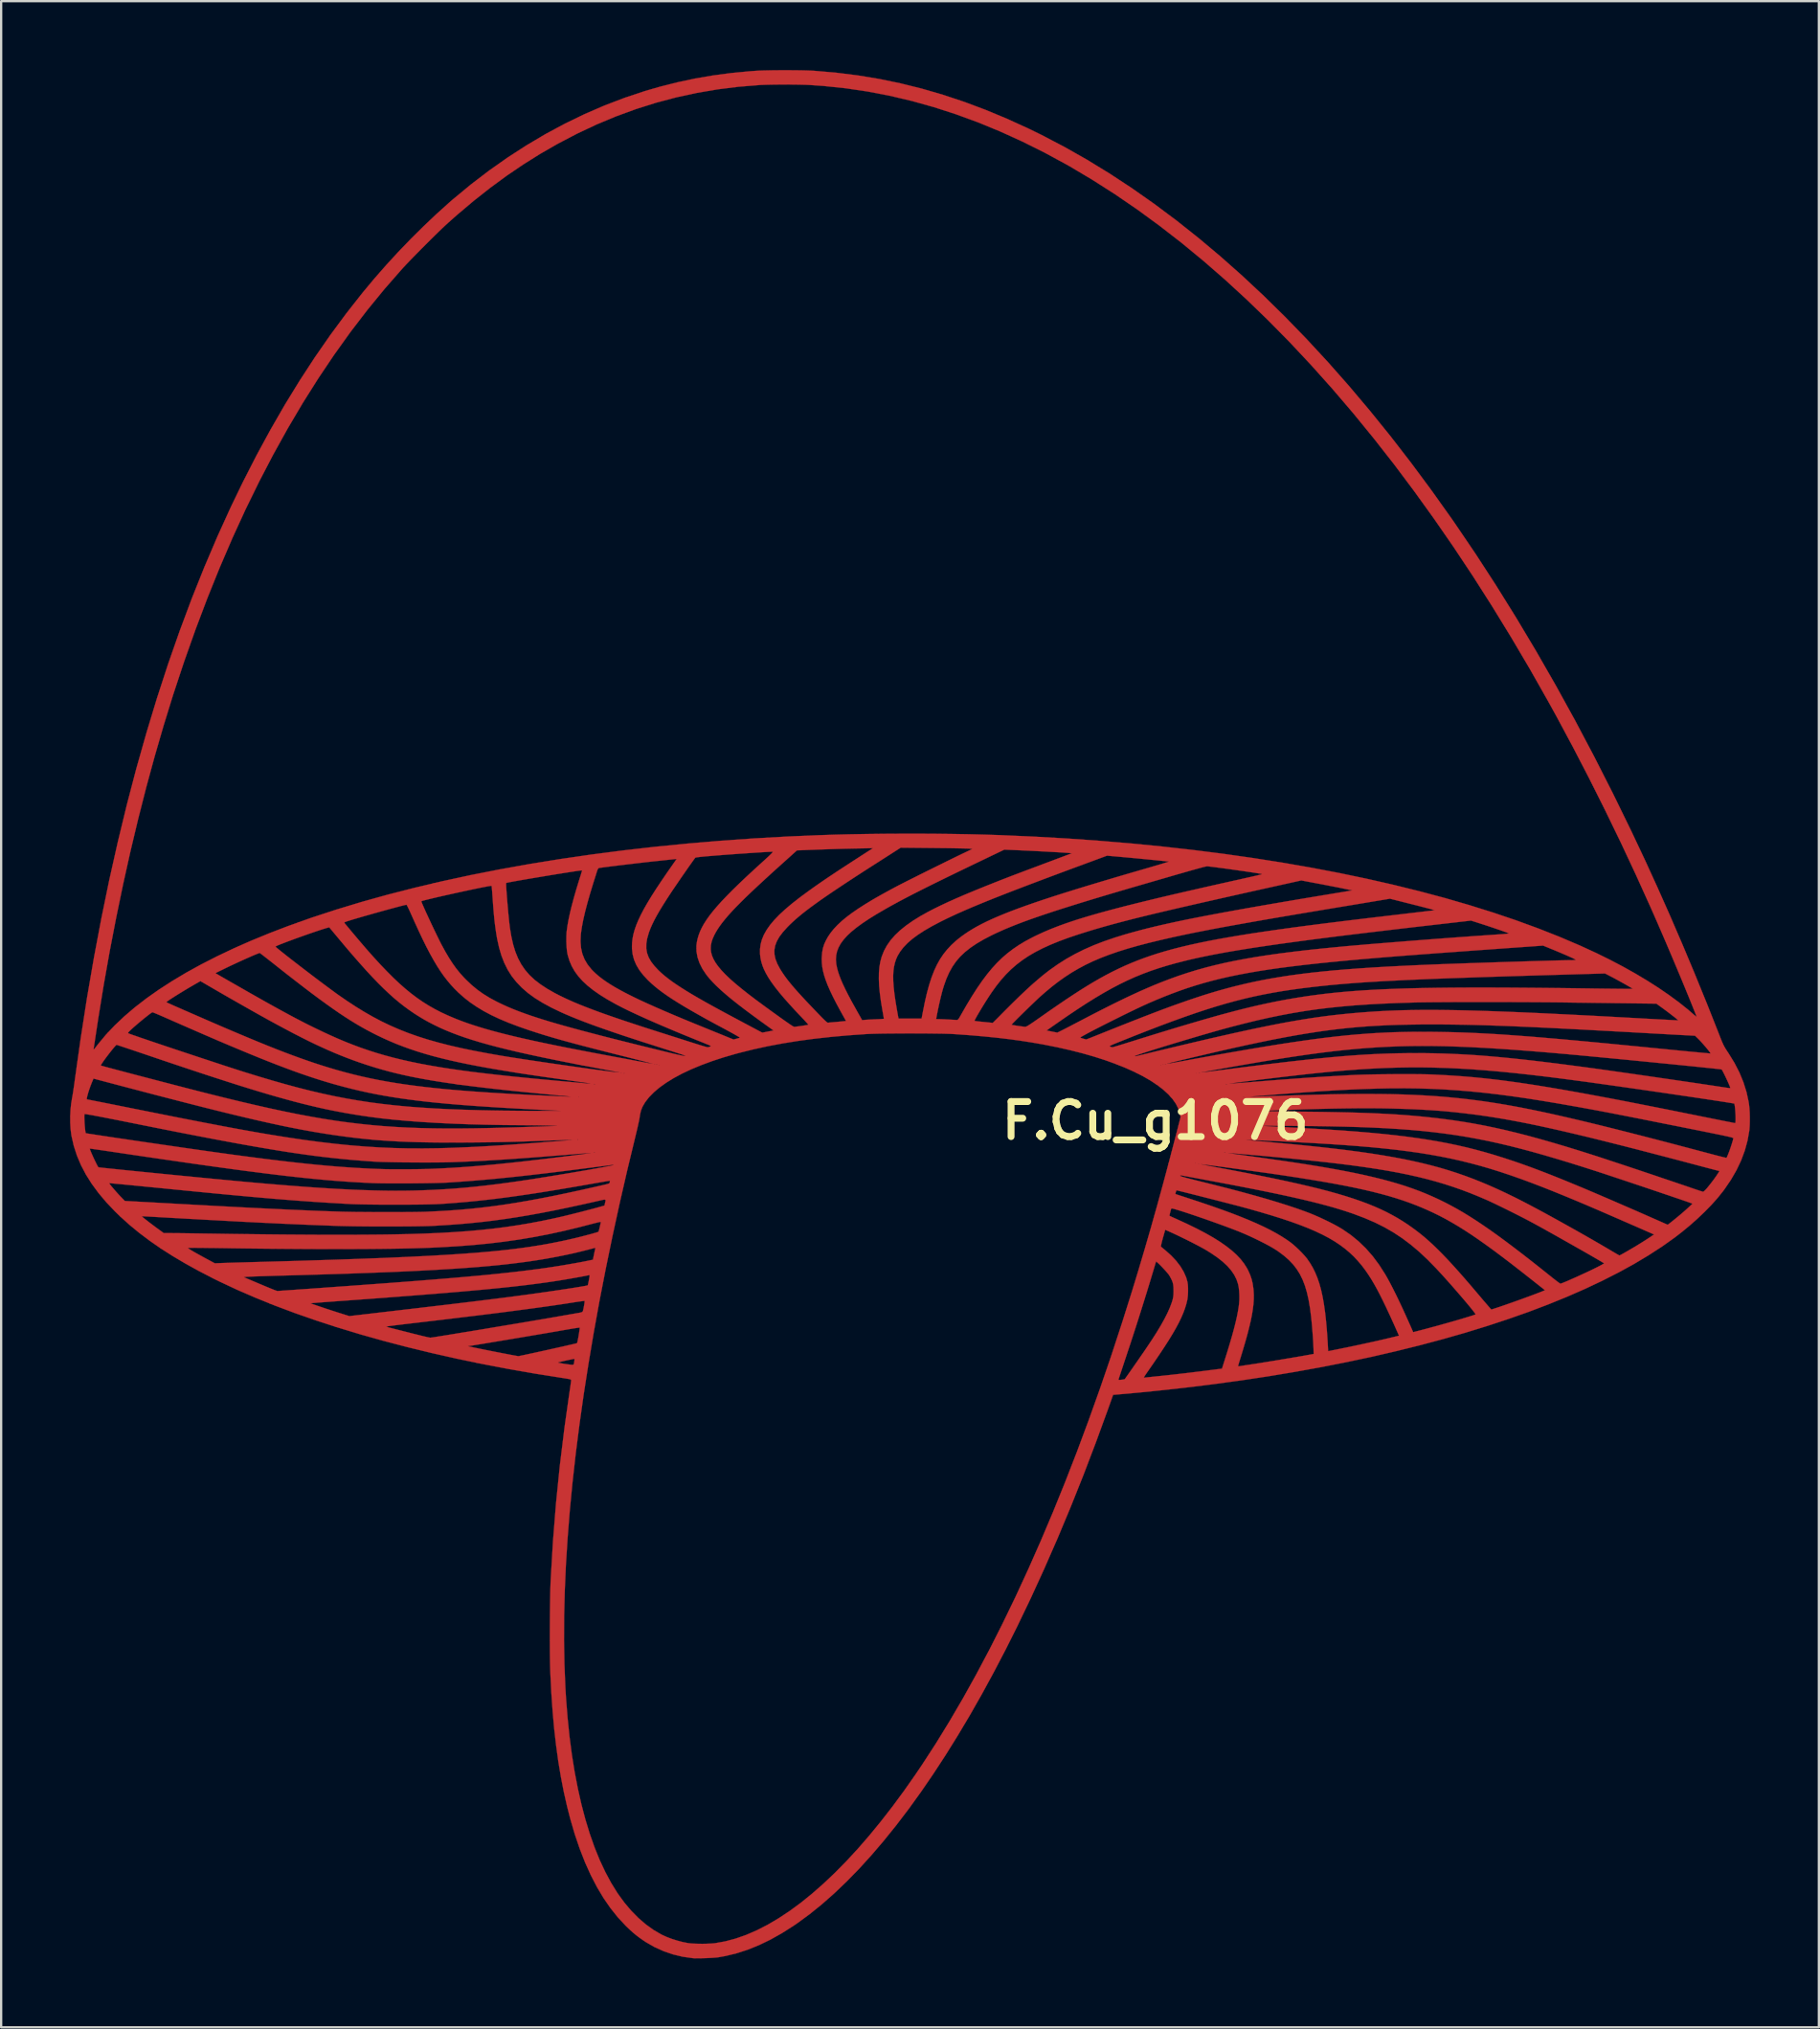
<source format=kicad_pcb>
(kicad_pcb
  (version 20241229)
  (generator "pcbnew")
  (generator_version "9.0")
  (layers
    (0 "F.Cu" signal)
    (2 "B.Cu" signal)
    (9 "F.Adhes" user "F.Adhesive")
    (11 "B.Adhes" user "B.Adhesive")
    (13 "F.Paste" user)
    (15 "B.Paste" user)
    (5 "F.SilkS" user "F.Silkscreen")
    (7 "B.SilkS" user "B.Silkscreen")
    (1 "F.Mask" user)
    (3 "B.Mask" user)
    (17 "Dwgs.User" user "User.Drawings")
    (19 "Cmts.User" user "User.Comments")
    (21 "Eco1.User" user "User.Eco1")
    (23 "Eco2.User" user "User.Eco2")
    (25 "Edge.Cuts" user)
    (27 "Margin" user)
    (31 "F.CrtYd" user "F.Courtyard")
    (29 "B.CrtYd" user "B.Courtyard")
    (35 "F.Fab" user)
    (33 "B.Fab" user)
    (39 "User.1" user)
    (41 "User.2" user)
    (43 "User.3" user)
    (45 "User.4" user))
  (footprint "F.Cu_g1076"
    (layer "F.Cu")
    (at 47.224 45.712)
    (property "Reference" "F.Cu_g1076" (at 0 0 0) (layer "F.SilkS") (effects (font (size 1.524 1.524) (thickness 0.3))))
    (attr through_hole)
    (fp_poly (pts (xy -15.866 -45.706) (xy -15.621 -45.704) (xy -15.39 -45.701) (xy -15.179 -45.696) (xy -14.995 -45.689) (xy -14.847 -45.682) (xy -14.838 -45.681) (xy -13.888 -45.599) (xy -12.947 -45.481) (xy -12.013 -45.327) (xy -11.085 -45.135) (xy -10.16 -44.905) (xy -9.237 -44.637) (xy -8.314 -44.33) (xy -7.389 -43.983) (xy -6.459 -43.597) (xy -5.524 -43.17) (xy -4.953 -42.891) (xy -3.965 -42.375) (xy -2.98 -41.817) (xy -1.999 -41.217) (xy -1.023 -40.576) (xy -0.051 -39.894) (xy 0.915 -39.172) (xy 1.877 -38.409) (xy 2.832 -37.607) (xy 3.781 -36.765) (xy 4.724 -35.884) (xy 5.66 -34.964) (xy 6.589 -34.005) (xy 7.51 -33.009) (xy 8.424 -31.974) (xy 9.329 -30.902) (xy 10.226 -29.793) (xy 11.113 -28.646) (xy 11.991 -27.463) (xy 12.86 -26.244) (xy 13.02 -26.014) (xy 13.926 -24.679) (xy 14.819 -23.304) (xy 15.7 -21.889) (xy 16.568 -20.436) (xy 17.424 -18.944) (xy 18.267 -17.414) (xy 19.095 -15.848) (xy 19.91 -14.244) (xy 20.711 -12.605) (xy 21.316 -11.322) (xy 21.857 -10.139) (xy 22.398 -8.921) (xy 22.937 -7.672) (xy 23.471 -6.399) (xy 23.998 -5.107) (xy 24.514 -3.804) (xy 24.564 -3.675) (xy 24.622 -3.528) (xy 24.671 -3.411) (xy 24.715 -3.314) (xy 24.759 -3.228) (xy 24.809 -3.142) (xy 24.869 -3.047) (xy 24.945 -2.933) (xy 25.2 -2.518) (xy 25.416 -2.099) (xy 25.591 -1.675) (xy 25.725 -1.248) (xy 25.818 -0.82) (xy 25.835 -0.708) (xy 25.852 -0.55) (xy 25.864 -0.365) (xy 25.869 -0.165) (xy 25.869 0.036) (xy 25.863 0.225) (xy 25.851 0.389) (xy 25.846 0.434) (xy 25.769 0.867) (xy 25.651 1.298) (xy 25.491 1.727) (xy 25.289 2.151) (xy 25.046 2.572) (xy 24.762 2.988) (xy 24.693 3.08) (xy 24.463 3.365) (xy 24.199 3.661) (xy 23.905 3.962) (xy 23.588 4.264) (xy 23.252 4.561) (xy 22.903 4.849) (xy 22.609 5.076) (xy 22.055 5.47) (xy 21.46 5.856) (xy 20.826 6.235) (xy 20.153 6.604) (xy 19.442 6.965) (xy 18.695 7.317) (xy 17.912 7.66) (xy 17.094 7.993) (xy 16.242 8.316) (xy 15.357 8.628) (xy 14.441 8.93) (xy 13.494 9.221) (xy 12.517 9.501) (xy 11.511 9.769) (xy 10.477 10.025) (xy 9.417 10.27) (xy 8.33 10.501) (xy 7.219 10.72) (xy 6.083 10.925) (xy 4.925 11.118) (xy 3.745 11.296) (xy 2.544 11.46) (xy 2.466 11.47) (xy 1.961 11.534) (xy 1.437 11.597) (xy 0.904 11.658) (xy 0.371 11.716) (xy -0.154 11.771) (xy -0.66 11.821) (xy -1.138 11.866) (xy -1.4 11.889) (xy -1.837 11.926) (xy -2.064 12.562) (xy -2.592 14.009) (xy -3.134 15.429) (xy -3.69 16.82) (xy -4.258 18.178) (xy -4.838 19.502) (xy -5.428 20.79) (xy -6.01 22.003) (xy -6.519 23.019) (xy -7.034 24.003) (xy -7.552 24.955) (xy -8.075 25.873) (xy -8.602 26.758) (xy -9.132 27.608) (xy -9.665 28.424) (xy -10.199 29.203) (xy -10.736 29.947) (xy -11.275 30.654) (xy -11.814 31.323) (xy -12.354 31.955) (xy -12.893 32.548) (xy -13.433 33.102) (xy -13.972 33.616) (xy -14.509 34.09) (xy -15.045 34.523) (xy -15.579 34.914) (xy -15.745 35.028) (xy -16.251 35.349) (xy -16.75 35.629) (xy -17.244 35.867) (xy -17.733 36.066) (xy -18.219 36.223) (xy -18.702 36.341) (xy -19.008 36.396) (xy -19.101 36.407) (xy -19.226 36.417) (xy -19.371 36.426) (xy -19.528 36.433) (xy -19.687 36.438) (xy -19.838 36.441) (xy -19.972 36.441) (xy -20.08 36.439) (xy -20.13 36.435) (xy -20.565 36.373) (xy -20.99 36.271) (xy -21.4 36.13) (xy -21.794 35.952) (xy -22.167 35.738) (xy -22.276 35.666) (xy -22.44 35.551) (xy -22.583 35.443) (xy -22.717 35.333) (xy -22.853 35.212) (xy -23.001 35.07) (xy -23.047 35.025) (xy -23.387 34.661) (xy -23.709 34.258) (xy -24.013 33.817) (xy -24.299 33.338) (xy -24.567 32.82) (xy -24.817 32.265) (xy -25.049 31.67) (xy -25.264 31.038) (xy -25.46 30.367) (xy -25.599 29.824) (xy -25.741 29.195) (xy -25.867 28.548) (xy -25.979 27.877) (xy -26.075 27.181) (xy -26.158 26.458) (xy -26.226 25.703) (xy -26.281 24.915) (xy -26.323 24.09) (xy -26.333 23.823) (xy -26.338 23.649) (xy -26.342 23.438) (xy -26.345 23.196) (xy -26.347 22.93) (xy -26.348 22.644) (xy -26.348 22.612) (xy -25.731 22.612) (xy -25.713 23.647) (xy -25.672 24.649) (xy -25.643 25.135) (xy -25.576 25.98) (xy -25.492 26.795) (xy -25.389 27.58) (xy -25.268 28.335) (xy -25.129 29.058) (xy -24.973 29.748) (xy -24.8 30.405) (xy -24.609 31.027) (xy -24.402 31.615) (xy -24.178 32.166) (xy -23.937 32.681) (xy -23.681 33.159) (xy -23.408 33.598) (xy -23.384 33.634) (xy -23.104 34.018) (xy -22.808 34.369) (xy -22.497 34.685) (xy -22.173 34.964) (xy -21.839 35.205) (xy -21.495 35.406) (xy -21.452 35.427) (xy -21.258 35.515) (xy -21.035 35.599) (xy -20.798 35.673) (xy -20.562 35.735) (xy -20.339 35.779) (xy -20.327 35.781) (xy -20.209 35.794) (xy -20.058 35.804) (xy -19.888 35.809) (xy -19.707 35.811) (xy -19.528 35.808) (xy -19.36 35.801) (xy -19.215 35.79) (xy -19.155 35.783) (xy -18.713 35.704) (xy -18.263 35.584) (xy -17.806 35.424) (xy -17.342 35.223) (xy -16.871 34.982) (xy -16.396 34.702) (xy -15.915 34.384) (xy -15.429 34.027) (xy -14.94 33.632) (xy -14.447 33.199) (xy -13.951 32.73) (xy -13.452 32.224) (xy -12.951 31.682) (xy -12.449 31.104) (xy -11.947 30.491) (xy -11.443 29.844) (xy -10.94 29.162) (xy -10.438 28.446) (xy -10.146 28.014) (xy -9.547 27.092) (xy -8.955 26.128) (xy -8.368 25.125) (xy -7.788 24.081) (xy -7.214 22.999) (xy -6.647 21.878) (xy -6.087 20.72) (xy -5.535 19.526) (xy -4.991 18.295) (xy -4.455 17.03) (xy -3.928 15.731) (xy -3.409 14.398) (xy -2.901 13.032) (xy -2.401 11.634) (xy -2.272 11.257) (xy -1.604 11.257) (xy -1.601 11.271) (xy -1.574 11.277) (xy -1.515 11.274) (xy -1.479 11.27) (xy -1.407 11.261) (xy -1.354 11.25) (xy -1.331 11.242) (xy -1.314 11.22) (xy -1.28 11.173) (xy -0.499 11.173) (xy -0.496 11.177) (xy -0.488 11.177) (xy -0.477 11.176) (xy -0.477 11.176) (xy -0.449 11.174) (xy -0.383 11.168) (xy -0.286 11.158) (xy -0.163 11.145) (xy -0.018 11.13) (xy 0.143 11.113) (xy 0.26 11.101) (xy 0.553 11.07) (xy 0.825 11.04) (xy 1.086 11.01) (xy 1.347 10.98) (xy 1.616 10.947) (xy 1.904 10.912) (xy 2.22 10.872) (xy 2.355 10.855) (xy 2.901 10.786) (xy 3.015 10.425) (xy 3.14 10.029) (xy 3.249 9.668) (xy 3.344 9.341) (xy 3.425 9.044) (xy 3.493 8.775) (xy 3.549 8.531) (xy 3.593 8.308) (xy 3.626 8.104) (xy 3.642 7.98) (xy 3.656 7.798) (xy 3.657 7.605) (xy 3.648 7.415) (xy 3.628 7.241) (xy 3.601 7.109) (xy 3.532 6.903) (xy 3.432 6.704) (xy 3.3 6.51) (xy 3.134 6.321) (xy 2.933 6.133) (xy 2.694 5.945) (xy 2.416 5.756) (xy 2.239 5.645) (xy 2.111 5.571) (xy 1.952 5.484) (xy 1.768 5.387) (xy 1.567 5.283) (xy 1.356 5.177) (xy 1.142 5.073) (xy 0.933 4.972) (xy 0.735 4.88) (xy 0.557 4.8) (xy 0.517 4.783) (xy 0.43 4.746) (xy 0.328 5.105) (xy 0.295 5.227) (xy 0.269 5.331) (xy 0.251 5.413) (xy 0.244 5.464) (xy 0.246 5.479) (xy 0.269 5.499) (xy 0.318 5.539) (xy 0.383 5.593) (xy 0.434 5.635) (xy 0.689 5.862) (xy 0.908 6.096) (xy 1.092 6.335) (xy 1.237 6.577) (xy 1.343 6.819) (xy 1.399 7.017) (xy 1.416 7.136) (xy 1.424 7.283) (xy 1.424 7.443) (xy 1.416 7.603) (xy 1.399 7.748) (xy 1.388 7.81) (xy 1.344 7.989) (xy 1.287 8.173) (xy 1.215 8.366) (xy 1.127 8.57) (xy 1.021 8.788) (xy 0.896 9.022) (xy 0.75 9.275) (xy 0.583 9.549) (xy 0.392 9.847) (xy 0.177 10.171) (xy -0.064 10.525) (xy -0.103 10.582) (xy -0.214 10.742) (xy -0.303 10.871) (xy -0.373 10.971) (xy -0.424 11.047) (xy -0.461 11.102) (xy -0.484 11.139) (xy -0.496 11.161) (xy -0.499 11.173) (xy -1.28 11.173) (xy -1.276 11.167) (xy -1.221 11.089) (xy -1.15 10.989) (xy -1.068 10.872) (xy -0.978 10.742) (xy -0.882 10.604) (xy -0.783 10.463) (xy -0.686 10.322) (xy -0.592 10.186) (xy -0.505 10.061) (xy -0.429 9.949) (xy -0.378 9.874) (xy -0.143 9.522) (xy 0.064 9.198) (xy 0.243 8.9) (xy 0.396 8.626) (xy 0.523 8.376) (xy 0.627 8.145) (xy 0.707 7.933) (xy 0.743 7.821) (xy 0.766 7.733) (xy 0.781 7.649) (xy 0.79 7.555) (xy 0.793 7.437) (xy 0.793 7.387) (xy 0.79 7.247) (xy 0.778 7.132) (xy 0.754 7.029) (xy 0.713 6.926) (xy 0.653 6.809) (xy 0.611 6.736) (xy 0.578 6.688) (xy 0.526 6.624) (xy 0.46 6.547) (xy 0.385 6.464) (xy 0.306 6.38) (xy 0.228 6.299) (xy 0.157 6.229) (xy 0.097 6.173) (xy 0.054 6.137) (xy 0.032 6.126) (xy 0.031 6.128) (xy -0.11 6.595) (xy -0.241 7.029) (xy -0.365 7.435) (xy -0.485 7.822) (xy -0.602 8.196) (xy -0.718 8.563) (xy -0.836 8.932) (xy -0.958 9.308) (xy -1.086 9.699) (xy -1.211 10.075) (xy -1.281 10.288) (xy -1.348 10.488) (xy -1.409 10.673) (xy -1.464 10.839) (xy -1.512 10.983) (xy -1.551 11.1) (xy -1.58 11.187) (xy -1.598 11.241) (xy -1.604 11.257) (xy -2.272 11.257) (xy -1.912 10.206) (xy -1.434 8.747) (xy -1.006 7.39) (xy -0.73 6.485) (xy -0.46 5.577) (xy -0.194 4.659) (xy -0.047 4.135) (xy 0.616 4.135) (xy 0.617 4.137) (xy 0.638 4.148) (xy 0.691 4.172) (xy 0.768 4.208) (xy 0.865 4.251) (xy 0.921 4.276) (xy 1.377 4.485) (xy 1.794 4.688) (xy 2.172 4.886) (xy 2.513 5.079) (xy 2.818 5.27) (xy 3.089 5.459) (xy 3.328 5.647) (xy 3.535 5.835) (xy 3.713 6.024) (xy 3.863 6.217) (xy 3.987 6.412) (xy 4.038 6.509) (xy 4.126 6.705) (xy 4.191 6.894) (xy 4.237 7.09) (xy 4.268 7.308) (xy 4.276 7.396) (xy 4.286 7.578) (xy 4.284 7.77) (xy 4.27 7.974) (xy 4.244 8.194) (xy 4.206 8.432) (xy 4.154 8.693) (xy 4.087 8.978) (xy 4.007 9.291) (xy 3.911 9.635) (xy 3.799 10.013) (xy 3.724 10.259) (xy 3.686 10.383) (xy 3.652 10.493) (xy 3.625 10.583) (xy 3.607 10.646) (xy 3.599 10.677) (xy 3.598 10.678) (xy 3.616 10.685) (xy 3.657 10.681) (xy 3.693 10.674) (xy 3.766 10.663) (xy 3.866 10.647) (xy 3.989 10.628) (xy 4.128 10.608) (xy 4.223 10.593) (xy 4.359 10.573) (xy 4.531 10.546) (xy 4.73 10.514) (xy 4.95 10.478) (xy 5.185 10.44) (xy 5.427 10.4) (xy 5.669 10.359) (xy 5.906 10.32) (xy 6.129 10.282) (xy 6.332 10.247) (xy 6.509 10.216) (xy 6.652 10.19) (xy 6.678 10.186) (xy 6.89 10.147) (xy 6.884 9.926) (xy 6.879 9.8) (xy 6.871 9.641) (xy 6.859 9.459) (xy 6.846 9.264) (xy 6.83 9.065) (xy 6.814 8.872) (xy 6.797 8.694) (xy 6.782 8.551) (xy 6.732 8.155) (xy 6.671 7.797) (xy 6.598 7.474) (xy 6.512 7.181) (xy 6.41 6.916) (xy 6.291 6.674) (xy 6.152 6.453) (xy 5.993 6.248) (xy 5.81 6.057) (xy 5.603 5.876) (xy 5.37 5.7) (xy 5.26 5.626) (xy 5.125 5.542) (xy 4.958 5.446) (xy 4.765 5.343) (xy 4.554 5.236) (xy 4.331 5.127) (xy 4.105 5.021) (xy 3.881 4.922) (xy 3.667 4.832) (xy 3.607 4.808) (xy 3.432 4.74) (xy 3.24 4.667) (xy 3.034 4.59) (xy 2.818 4.511) (xy 2.596 4.431) (xy 2.37 4.35) (xy 2.144 4.271) (xy 1.923 4.195) (xy 1.709 4.122) (xy 1.507 4.054) (xy 1.319 3.992) (xy 1.149 3.937) (xy 1.001 3.891) (xy 0.878 3.855) (xy 0.784 3.829) (xy 0.723 3.816) (xy 0.697 3.816) (xy 0.697 3.816) (xy 0.684 3.852) (xy 0.666 3.911) (xy 0.648 3.981) (xy 0.631 4.05) (xy 0.619 4.105) (xy 0.616 4.135) (xy -0.047 4.135) (xy 0.069 3.726) (xy 0.22 3.175) (xy 0.873 3.175) (xy 0.874 3.187) (xy 0.894 3.195) (xy 0.95 3.214) (xy 1.034 3.242) (xy 1.143 3.277) (xy 1.27 3.318) (xy 1.376 3.353) (xy 1.917 3.531) (xy 2.419 3.701) (xy 2.883 3.865) (xy 3.312 4.022) (xy 3.708 4.175) (xy 4.072 4.323) (xy 4.407 4.468) (xy 4.715 4.61) (xy 4.997 4.751) (xy 5.257 4.892) (xy 5.495 5.032) (xy 5.714 5.174) (xy 5.867 5.281) (xy 5.985 5.374) (xy 6.117 5.49) (xy 6.254 5.619) (xy 6.386 5.753) (xy 6.504 5.881) (xy 6.598 5.996) (xy 6.609 6.011) (xy 6.738 6.199) (xy 6.855 6.398) (xy 6.96 6.611) (xy 7.054 6.84) (xy 7.139 7.089) (xy 7.213 7.36) (xy 7.279 7.656) (xy 7.336 7.98) (xy 7.386 8.333) (xy 7.429 8.72) (xy 7.466 9.142) (xy 7.497 9.603) (xy 7.506 9.76) (xy 7.52 10.026) (xy 7.776 9.975) (xy 7.89 9.953) (xy 8.03 9.924) (xy 8.182 9.893) (xy 8.331 9.863) (xy 8.393 9.85) (xy 8.626 9.801) (xy 8.88 9.747) (xy 9.145 9.689) (xy 9.412 9.631) (xy 9.67 9.573) (xy 9.91 9.518) (xy 10.123 9.468) (xy 10.207 9.448) (xy 10.603 9.353) (xy 10.55 9.232) (xy 10.371 8.83) (xy 10.205 8.465) (xy 10.051 8.135) (xy 9.906 7.835) (xy 9.77 7.564) (xy 9.641 7.318) (xy 9.517 7.096) (xy 9.397 6.893) (xy 9.279 6.708) (xy 9.162 6.537) (xy 9.045 6.378) (xy 8.977 6.291) (xy 8.811 6.095) (xy 8.637 5.909) (xy 8.451 5.733) (xy 8.251 5.565) (xy 8.035 5.404) (xy 7.802 5.249) (xy 7.549 5.1) (xy 7.273 4.955) (xy 6.973 4.813) (xy 6.648 4.673) (xy 6.293 4.534) (xy 5.909 4.395) (xy 5.491 4.255) (xy 5.04 4.114) (xy 4.551 3.969) (xy 4.024 3.82) (xy 3.747 3.745) (xy 3.644 3.717) (xy 3.514 3.683) (xy 3.359 3.643) (xy 3.185 3.598) (xy 2.995 3.549) (xy 2.794 3.497) (xy 2.584 3.443) (xy 2.371 3.389) (xy 2.158 3.335) (xy 1.95 3.282) (xy 1.75 3.231) (xy 1.562 3.184) (xy 1.391 3.141) (xy 1.24 3.103) (xy 1.114 3.072) (xy 1.016 3.048) (xy 0.952 3.033) (xy 0.923 3.027) (xy 0.923 3.027) (xy 0.912 3.045) (xy 0.897 3.087) (xy 0.882 3.136) (xy 0.873 3.175) (xy 0.22 3.175) (xy 0.331 2.771) (xy 0.432 2.396) (xy 1.079 2.396) (xy 1.095 2.408) (xy 1.144 2.426) (xy 1.226 2.452) (xy 1.345 2.485) (xy 1.5 2.525) (xy 1.694 2.574) (xy 1.889 2.623) (xy 2.57 2.792) (xy 3.209 2.955) (xy 3.806 3.113) (xy 4.362 3.266) (xy 4.877 3.413) (xy 5.352 3.556) (xy 5.785 3.693) (xy 6.179 3.825) (xy 6.532 3.952) (xy 6.743 4.032) (xy 6.941 4.114) (xy 7.153 4.207) (xy 7.37 4.309) (xy 7.585 4.413) (xy 7.787 4.517) (xy 7.968 4.616) (xy 8.119 4.705) (xy 8.137 4.716) (xy 8.505 4.969) (xy 8.846 5.248) (xy 9.164 5.555) (xy 9.46 5.894) (xy 9.738 6.267) (xy 10 6.676) (xy 10.084 6.821) (xy 10.2 7.034) (xy 10.329 7.282) (xy 10.469 7.562) (xy 10.618 7.871) (xy 10.775 8.204) (xy 10.936 8.558) (xy 11.102 8.928) (xy 11.132 8.997) (xy 11.221 9.199) (xy 11.574 9.108) (xy 11.699 9.075) (xy 11.854 9.034) (xy 12.026 8.987) (xy 12.206 8.939) (xy 12.38 8.891) (xy 12.457 8.869) (xy 12.65 8.815) (xy 12.845 8.76) (xy 13.036 8.705) (xy 13.221 8.651) (xy 13.393 8.6) (xy 13.55 8.552) (xy 13.685 8.511) (xy 13.796 8.476) (xy 13.877 8.449) (xy 13.924 8.431) (xy 13.934 8.426) (xy 13.927 8.405) (xy 13.893 8.355) (xy 13.836 8.281) (xy 13.759 8.183) (xy 13.664 8.067) (xy 13.553 7.934) (xy 13.43 7.788) (xy 13.297 7.632) (xy 13.156 7.469) (xy 13.011 7.302) (xy 12.863 7.133) (xy 12.715 6.967) (xy 12.57 6.805) (xy 12.431 6.652) (xy 12.3 6.51) (xy 12.216 6.419) (xy 11.844 6.04) (xy 11.479 5.698) (xy 11.114 5.39) (xy 10.744 5.112) (xy 10.364 4.861) (xy 9.968 4.633) (xy 9.551 4.425) (xy 9.108 4.234) (xy 8.633 4.055) (xy 8.53 4.019) (xy 8.282 3.936) (xy 8.023 3.855) (xy 7.75 3.773) (xy 7.46 3.692) (xy 7.153 3.61) (xy 6.826 3.527) (xy 6.477 3.443) (xy 6.103 3.357) (xy 5.702 3.268) (xy 5.274 3.176) (xy 4.814 3.081) (xy 4.322 2.982) (xy 3.795 2.879) (xy 3.231 2.77) (xy 2.628 2.657) (xy 2.402 2.615) (xy 2.18 2.573) (xy 1.97 2.534) (xy 1.774 2.498) (xy 1.598 2.465) (xy 1.444 2.436) (xy 1.317 2.413) (xy 1.221 2.395) (xy 1.159 2.383) (xy 1.138 2.379) (xy 1.092 2.377) (xy 1.079 2.396) (xy 0.432 2.396) (xy 0.567 1.889) (xy 1.984 1.889) (xy 1.999 1.895) (xy 2.051 1.906) (xy 2.136 1.924) (xy 2.247 1.946) (xy 2.382 1.972) (xy 2.534 2.001) (xy 2.628 2.019) (xy 3.316 2.148) (xy 3.964 2.272) (xy 4.573 2.393) (xy 5.146 2.51) (xy 5.683 2.624) (xy 6.188 2.736) (xy 6.661 2.846) (xy 7.104 2.954) (xy 7.52 3.062) (xy 7.909 3.17) (xy 8.275 3.279) (xy 8.617 3.388) (xy 8.939 3.499) (xy 9.242 3.612) (xy 9.528 3.728) (xy 9.798 3.847) (xy 10.055 3.97) (xy 10.299 4.098) (xy 10.534 4.23) (xy 10.76 4.368) (xy 10.979 4.511) (xy 11.194 4.662) (xy 11.352 4.779) (xy 11.535 4.921) (xy 11.719 5.072) (xy 11.906 5.235) (xy 12.098 5.412) (xy 12.297 5.605) (xy 12.506 5.816) (xy 12.727 6.047) (xy 12.962 6.301) (xy 13.212 6.579) (xy 13.48 6.885) (xy 13.769 7.22) (xy 14.08 7.586) (xy 14.167 7.689) (xy 14.274 7.816) (xy 14.373 7.931) (xy 14.46 8.032) (xy 14.531 8.114) (xy 14.585 8.174) (xy 14.616 8.207) (xy 14.623 8.213) (xy 14.647 8.206) (xy 14.704 8.188) (xy 14.788 8.161) (xy 14.891 8.127) (xy 14.976 8.099) (xy 15.165 8.034) (xy 15.369 7.963) (xy 15.583 7.888) (xy 15.801 7.81) (xy 16.016 7.732) (xy 16.224 7.656) (xy 16.418 7.584) (xy 16.591 7.519) (xy 16.739 7.462) (xy 16.854 7.416) (xy 16.886 7.403) (xy 16.956 7.373) (xy 16.368 6.908) (xy 15.922 6.557) (xy 15.505 6.233) (xy 15.114 5.935) (xy 14.747 5.66) (xy 14.401 5.408) (xy 14.074 5.177) (xy 13.764 4.965) (xy 13.467 4.771) (xy 13.182 4.592) (xy 12.905 4.428) (xy 12.636 4.277) (xy 12.37 4.137) (xy 12.105 4.007) (xy 11.84 3.885) (xy 11.572 3.769) (xy 11.34 3.675) (xy 11.06 3.568) (xy 10.77 3.466) (xy 10.466 3.368) (xy 10.147 3.272) (xy 9.81 3.18) (xy 9.453 3.089) (xy 9.073 3) (xy 8.669 2.912) (xy 8.238 2.825) (xy 7.777 2.738) (xy 7.285 2.651) (xy 6.759 2.563) (xy 6.196 2.473) (xy 5.595 2.381) (xy 5.239 2.329) (xy 5.078 2.305) (xy 4.894 2.279) (xy 4.693 2.251) (xy 4.476 2.221) (xy 4.249 2.189) (xy 4.014 2.157) (xy 3.775 2.124) (xy 3.537 2.092) (xy 3.303 2.06) (xy 3.076 2.029) (xy 2.861 2) (xy 2.66 1.974) (xy 2.479 1.95) (xy 2.32 1.929) (xy 2.188 1.912) (xy 2.085 1.9) (xy 2.016 1.892) (xy 1.985 1.889) (xy 1.984 1.889) (xy 0.567 1.889) (xy 0.57 1.878) (xy 1.855 1.878) (xy 1.884 1.88) (xy 1.914 1.877) (xy 1.91 1.87) (xy 1.867 1.867) (xy 1.857 1.87) (xy 1.855 1.878) (xy 0.57 1.878) (xy 0.577 1.852) (xy 1.736 1.852) (xy 1.746 1.863) (xy 1.757 1.852) (xy 1.746 1.841) (xy 1.736 1.852) (xy 0.577 1.852) (xy 0.594 1.789) (xy 0.694 1.407) (xy 3.173 1.407) (xy 3.175 1.408) (xy 3.202 1.413) (xy 3.267 1.423) (xy 3.364 1.437) (xy 3.491 1.455) (xy 3.642 1.476) (xy 3.813 1.499) (xy 4 1.525) (xy 4.149 1.545) (xy 4.838 1.641) (xy 5.487 1.734) (xy 6.098 1.825) (xy 6.672 1.914) (xy 7.213 2.003) (xy 7.721 2.092) (xy 8.2 2.18) (xy 8.65 2.269) (xy 9.074 2.359) (xy 9.474 2.451) (xy 9.853 2.544) (xy 10.211 2.64) (xy 10.552 2.739) (xy 10.876 2.841) (xy 11.187 2.948) (xy 11.486 3.058) (xy 11.775 3.174) (xy 12.057 3.295) (xy 12.333 3.422) (xy 12.605 3.555) (xy 12.626 3.566) (xy 12.879 3.698) (xy 13.137 3.84) (xy 13.4 3.993) (xy 13.671 4.159) (xy 13.953 4.339) (xy 14.247 4.535) (xy 14.556 4.748) (xy 14.881 4.98) (xy 15.225 5.232) (xy 15.589 5.505) (xy 15.977 5.802) (xy 16.389 6.123) (xy 16.829 6.47) (xy 17.23 6.791) (xy 17.338 6.877) (xy 17.436 6.953) (xy 17.519 7.016) (xy 17.582 7.062) (xy 17.62 7.086) (xy 17.627 7.089) (xy 17.655 7.082) (xy 17.714 7.06) (xy 17.798 7.027) (xy 17.899 6.985) (xy 17.966 6.956) (xy 18.16 6.87) (xy 18.356 6.783) (xy 18.547 6.695) (xy 18.732 6.61) (xy 18.907 6.528) (xy 19.066 6.451) (xy 19.208 6.381) (xy 19.328 6.32) (xy 19.423 6.269) (xy 19.488 6.232) (xy 19.521 6.208) (xy 19.523 6.202) (xy 19.497 6.184) (xy 19.436 6.147) (xy 19.346 6.093) (xy 19.228 6.024) (xy 19.086 5.942) (xy 18.924 5.848) (xy 18.744 5.745) (xy 18.549 5.634) (xy 18.344 5.518) (xy 18.132 5.397) (xy 17.914 5.274) (xy 17.696 5.151) (xy 17.48 5.029) (xy 17.269 4.911) (xy 17.066 4.798) (xy 16.876 4.691) (xy 16.7 4.594) (xy 16.543 4.508) (xy 16.407 4.434) (xy 16.351 4.404) (xy 16.199 4.323) (xy 16.022 4.231) (xy 15.827 4.132) (xy 15.62 4.027) (xy 15.408 3.921) (xy 15.197 3.817) (xy 14.993 3.717) (xy 14.803 3.625) (xy 14.633 3.545) (xy 14.49 3.478) (xy 14.409 3.442) (xy 14.046 3.287) (xy 13.685 3.141) (xy 13.324 3.005) (xy 12.96 2.878) (xy 12.591 2.758) (xy 12.213 2.646) (xy 11.824 2.54) (xy 11.422 2.441) (xy 11.002 2.347) (xy 10.564 2.258) (xy 10.104 2.174) (xy 9.619 2.094) (xy 9.106 2.017) (xy 8.564 1.942) (xy 7.989 1.87) (xy 7.378 1.799) (xy 6.729 1.729) (xy 6.392 1.694) (xy 6.164 1.671) (xy 5.924 1.647) (xy 5.676 1.623) (xy 5.423 1.599) (xy 5.168 1.575) (xy 4.914 1.552) (xy 4.666 1.529) (xy 4.425 1.507) (xy 4.196 1.487) (xy 3.982 1.468) (xy 3.786 1.451) (xy 3.611 1.437) (xy 3.461 1.425) (xy 3.339 1.415) (xy 3.248 1.409) (xy 3.191 1.406) (xy 3.173 1.407) (xy 0.694 1.407) (xy 0.698 1.391) (xy 2.998 1.391) (xy 3.027 1.394) (xy 3.057 1.39) (xy 3.053 1.383) (xy 3.01 1.38) (xy 3 1.383) (xy 2.998 1.391) (xy 0.698 1.391) (xy 0.844 0.831) (xy 3.945 0.831) (xy 3.963 0.835) (xy 4.017 0.842) (xy 4.101 0.851) (xy 4.209 0.861) (xy 4.334 0.872) (xy 4.366 0.875) (xy 5.118 0.942) (xy 5.83 1.008) (xy 6.503 1.074) (xy 7.141 1.141) (xy 7.745 1.209) (xy 8.317 1.278) (xy 8.859 1.349) (xy 9.374 1.423) (xy 9.864 1.5) (xy 10.33 1.58) (xy 10.775 1.663) (xy 11.201 1.752) (xy 11.611 1.845) (xy 12.005 1.943) (xy 12.388 2.047) (xy 12.759 2.157) (xy 13.122 2.274) (xy 13.479 2.398) (xy 13.832 2.529) (xy 14.183 2.669) (xy 14.534 2.817) (xy 14.887 2.974) (xy 15.244 3.141) (xy 15.608 3.317) (xy 15.753 3.389) (xy 15.988 3.509) (xy 16.256 3.648) (xy 16.55 3.804) (xy 16.868 3.975) (xy 17.203 4.158) (xy 17.553 4.351) (xy 17.912 4.551) (xy 18.277 4.755) (xy 18.642 4.962) (xy 19.003 5.168) (xy 19.356 5.372) (xy 19.696 5.571) (xy 19.95 5.721) (xy 20.038 5.773) (xy 20.114 5.817) (xy 20.169 5.847) (xy 20.196 5.861) (xy 20.197 5.861) (xy 20.219 5.852) (xy 20.272 5.824) (xy 20.349 5.782) (xy 20.444 5.728) (xy 20.542 5.672) (xy 20.86 5.486) (xy 21.141 5.314) (xy 21.389 5.157) (xy 21.512 5.076) (xy 21.701 4.948) (xy 21.545 4.88) (xy 21.135 4.7) (xy 20.76 4.536) (xy 20.418 4.387) (xy 20.106 4.251) (xy 19.821 4.127) (xy 19.56 4.014) (xy 19.321 3.91) (xy 19.099 3.815) (xy 18.892 3.726) (xy 18.698 3.643) (xy 18.513 3.565) (xy 18.335 3.49) (xy 18.16 3.417) (xy 17.986 3.345) (xy 17.833 3.282) (xy 17.32 3.073) (xy 16.827 2.878) (xy 16.352 2.696) (xy 15.892 2.526) (xy 15.444 2.369) (xy 15.006 2.223) (xy 14.573 2.088) (xy 14.144 1.963) (xy 13.715 1.848) (xy 13.285 1.742) (xy 12.849 1.644) (xy 12.405 1.555) (xy 11.95 1.473) (xy 11.481 1.397) (xy 10.996 1.329) (xy 10.492 1.265) (xy 9.965 1.207) (xy 9.413 1.153) (xy 8.834 1.104) (xy 8.223 1.057) (xy 7.579 1.014) (xy 6.898 0.973) (xy 6.178 0.933) (xy 6.16 0.932) (xy 5.864 0.917) (xy 5.579 0.902) (xy 5.307 0.889) (xy 5.052 0.876) (xy 4.816 0.865) (xy 4.602 0.855) (xy 4.413 0.847) (xy 4.252 0.84) (xy 4.122 0.835) (xy 4.025 0.832) (xy 3.966 0.831) (xy 3.945 0.831) (xy 0.844 0.831) (xy 0.86 0.773) (xy 0.961 0.381) (xy 1.001 0.222) (xy 4.688 0.222) (xy 4.703 0.226) (xy 4.758 0.23) (xy 4.853 0.237) (xy 4.988 0.245) (xy 5.164 0.254) (xy 5.38 0.266) (xy 5.638 0.279) (xy 5.937 0.295) (xy 6.16 0.306) (xy 6.879 0.345) (xy 7.558 0.387) (xy 8.2 0.43) (xy 8.808 0.476) (xy 9.384 0.525) (xy 9.931 0.577) (xy 10.451 0.633) (xy 10.946 0.693) (xy 11.421 0.758) (xy 11.876 0.828) (xy 12.315 0.903) (xy 12.74 0.984) (xy 13.155 1.071) (xy 13.561 1.164) (xy 13.96 1.265) (xy 14.357 1.373) (xy 14.753 1.489) (xy 15.151 1.613) (xy 15.553 1.745) (xy 15.579 1.754) (xy 15.833 1.841) (xy 16.091 1.933) (xy 16.357 2.029) (xy 16.632 2.132) (xy 16.919 2.241) (xy 17.218 2.358) (xy 17.534 2.483) (xy 17.867 2.618) (xy 18.22 2.764) (xy 18.596 2.92) (xy 18.995 3.089) (xy 19.421 3.271) (xy 19.876 3.466) (xy 20.361 3.677) (xy 20.879 3.902) (xy 21.432 4.145) (xy 21.769 4.293) (xy 22.297 4.526) (xy 22.425 4.427) (xy 22.489 4.377) (xy 22.575 4.308) (xy 22.673 4.228) (xy 22.774 4.145) (xy 22.804 4.12) (xy 22.908 4.032) (xy 23.017 3.938) (xy 23.118 3.849) (xy 23.2 3.773) (xy 23.214 3.76) (xy 23.373 3.61) (xy 23.302 3.58) (xy 23.262 3.566) (xy 23.185 3.538) (xy 23.076 3.5) (xy 22.936 3.452) (xy 22.769 3.395) (xy 22.579 3.331) (xy 22.37 3.259) (xy 22.144 3.183) (xy 21.905 3.102) (xy 21.656 3.018) (xy 21.401 2.932) (xy 21.143 2.845) (xy 20.885 2.759) (xy 20.632 2.674) (xy 20.385 2.591) (xy 20.15 2.513) (xy 19.928 2.439) (xy 19.723 2.371) (xy 19.54 2.31) (xy 19.38 2.258) (xy 19.249 2.215) (xy 19.219 2.205) (xy 18.608 2.01) (xy 18.024 1.827) (xy 17.466 1.658) (xy 16.929 1.5) (xy 16.412 1.354) (xy 15.911 1.22) (xy 15.422 1.096) (xy 14.944 0.983) (xy 14.473 0.88) (xy 14.005 0.787) (xy 13.539 0.702) (xy 13.07 0.626) (xy 12.596 0.559) (xy 12.115 0.499) (xy 11.622 0.446) (xy 11.115 0.4) (xy 10.591 0.361) (xy 10.046 0.327) (xy 9.479 0.299) (xy 8.885 0.276) (xy 8.262 0.258) (xy 7.607 0.244) (xy 6.917 0.233) (xy 6.189 0.226) (xy 5.937 0.224) (xy 5.651 0.222) (xy 5.401 0.22) (xy 5.188 0.219) (xy 5.012 0.218) (xy 4.874 0.218) (xy 4.773 0.218) (xy 4.711 0.22) (xy 4.688 0.222) (xy 1.001 0.222) (xy 1.099 -0.16) (xy 1.069 -0.307) (xy 1.034 -0.422) (xy 4.637 -0.422) (xy 4.666 -0.418) (xy 4.734 -0.415) (xy 4.843 -0.412) (xy 4.991 -0.409) (xy 5.181 -0.406) (xy 5.412 -0.403) (xy 5.684 -0.401) (xy 5.998 -0.398) (xy 6.149 -0.397) (xy 6.763 -0.391) (xy 7.337 -0.384) (xy 7.875 -0.374) (xy 8.38 -0.363) (xy 8.856 -0.349) (xy 9.304 -0.334) (xy 9.729 -0.315) (xy 10.133 -0.295) (xy 10.52 -0.271) (xy 10.892 -0.245) (xy 11.253 -0.215) (xy 11.605 -0.182) (xy 11.953 -0.146) (xy 12.298 -0.107) (xy 12.499 -0.082) (xy 12.95 -0.022) (xy 13.398 0.046) (xy 13.847 0.122) (xy 14.299 0.207) (xy 14.759 0.302) (xy 15.229 0.407) (xy 15.714 0.524) (xy 16.217 0.653) (xy 16.741 0.796) (xy 17.289 0.953) (xy 17.866 1.124) (xy 18.475 1.311) (xy 19.071 1.5) (xy 19.227 1.55) (xy 19.418 1.612) (xy 19.639 1.685) (xy 19.887 1.767) (xy 20.157 1.856) (xy 20.443 1.951) (xy 20.742 2.051) (xy 21.049 2.153) (xy 21.358 2.257) (xy 21.666 2.36) (xy 21.968 2.462) (xy 22.259 2.56) (xy 22.534 2.653) (xy 22.79 2.74) (xy 23.02 2.818) (xy 23.222 2.887) (xy 23.283 2.909) (xy 23.425 2.957) (xy 23.555 3.001) (xy 23.667 3.038) (xy 23.755 3.066) (xy 23.814 3.084) (xy 23.838 3.089) (xy 23.866 3.074) (xy 23.913 3.032) (xy 23.972 2.971) (xy 24.02 2.916) (xy 24.157 2.746) (xy 24.29 2.571) (xy 24.409 2.404) (xy 24.474 2.306) (xy 24.55 2.188) (xy 24.409 2.153) (xy 24.352 2.138) (xy 24.26 2.114) (xy 24.141 2.083) (xy 24.002 2.047) (xy 23.848 2.006) (xy 23.688 1.964) (xy 23.664 1.957) (xy 22.929 1.762) (xy 22.233 1.579) (xy 21.574 1.407) (xy 20.95 1.245) (xy 20.359 1.094) (xy 19.8 0.953) (xy 19.271 0.821) (xy 18.77 0.698) (xy 18.295 0.584) (xy 17.844 0.478) (xy 17.416 0.38) (xy 17.009 0.29) (xy 16.621 0.206) (xy 16.25 0.129) (xy 15.894 0.059) (xy 15.551 -0.006) (xy 15.221 -0.066) (xy 14.9 -0.12) (xy 14.588 -0.17) (xy 14.282 -0.216) (xy 13.981 -0.258) (xy 13.78 -0.284) (xy 13.409 -0.329) (xy 13.052 -0.369) (xy 12.702 -0.404) (xy 12.352 -0.434) (xy 11.995 -0.459) (xy 11.625 -0.481) (xy 11.235 -0.5) (xy 10.818 -0.516) (xy 10.367 -0.529) (xy 10.258 -0.532) (xy 9.833 -0.54) (xy 9.366 -0.544) (xy 8.859 -0.543) (xy 8.312 -0.537) (xy 7.726 -0.528) (xy 7.101 -0.514) (xy 6.438 -0.495) (xy 5.8 -0.475) (xy 5.522 -0.465) (xy 5.282 -0.457) (xy 5.079 -0.449) (xy 4.914 -0.442) (xy 4.787 -0.436) (xy 4.698 -0.431) (xy 4.648 -0.426) (xy 4.637 -0.422) (xy 1.034 -0.422) (xy 1.003 -0.521) (xy 0.897 -0.733) (xy 0.751 -0.943) (xy 0.681 -1.021) (xy 3.819 -1.021) (xy 3.84 -1.018) (xy 3.867 -1.022) (xy 3.868 -1.029) (xy 3.839 -1.034) (xy 3.827 -1.03) (xy 3.819 -1.021) (xy 0.681 -1.021) (xy 0.658 -1.046) (xy 4.144 -1.046) (xy 4.158 -1.045) (xy 4.192 -1.045) (xy 4.248 -1.046) (xy 4.328 -1.048) (xy 4.434 -1.052) (xy 4.571 -1.056) (xy 4.738 -1.062) (xy 4.941 -1.069) (xy 5.179 -1.077) (xy 5.457 -1.087) (xy 5.556 -1.09) (xy 6.27 -1.114) (xy 6.944 -1.133) (xy 7.581 -1.148) (xy 8.184 -1.159) (xy 8.755 -1.165) (xy 9.297 -1.166) (xy 9.813 -1.163) (xy 10.305 -1.156) (xy 10.777 -1.143) (xy 11.23 -1.126) (xy 11.667 -1.104) (xy 12.09 -1.078) (xy 12.504 -1.047) (xy 12.909 -1.01) (xy 13.309 -0.969) (xy 13.373 -0.962) (xy 13.679 -0.926) (xy 13.986 -0.887) (xy 14.297 -0.845) (xy 14.613 -0.798) (xy 14.936 -0.747) (xy 15.268 -0.691) (xy 15.61 -0.63) (xy 15.965 -0.563) (xy 16.333 -0.49) (xy 16.717 -0.411) (xy 17.119 -0.325) (xy 17.539 -0.231) (xy 17.981 -0.13) (xy 18.445 -0.021) (xy 18.934 0.096) (xy 19.449 0.222) (xy 19.992 0.357) (xy 20.565 0.502) (xy 21.17 0.656) (xy 21.807 0.821) (xy 22.48 0.997) (xy 23.189 1.184) (xy 23.937 1.382) (xy 24.098 1.425) (xy 24.268 1.47) (xy 24.426 1.511) (xy 24.565 1.547) (xy 24.682 1.576) (xy 24.773 1.598) (xy 24.831 1.612) (xy 24.853 1.615) (xy 24.867 1.594) (xy 24.891 1.541) (xy 24.923 1.465) (xy 24.952 1.391) (xy 24.998 1.269) (xy 25.044 1.133) (xy 25.088 0.998) (xy 25.125 0.875) (xy 25.15 0.778) (xy 25.152 0.771) (xy 25.152 0.764) (xy 25.148 0.757) (xy 25.138 0.749) (xy 25.12 0.741) (xy 25.091 0.731) (xy 25.05 0.719) (xy 24.993 0.705) (xy 24.92 0.687) (xy 24.827 0.667) (xy 24.714 0.642) (xy 24.576 0.613) (xy 24.413 0.58) (xy 24.222 0.541) (xy 24.002 0.496) (xy 23.749 0.445) (xy 23.461 0.387) (xy 23.137 0.323) (xy 22.775 0.25) (xy 22.651 0.225) (xy 22.215 0.139) (xy 21.819 0.06) (xy 21.457 -0.012) (xy 21.128 -0.078) (xy 20.828 -0.137) (xy 20.554 -0.191) (xy 20.304 -0.24) (xy 20.073 -0.285) (xy 19.86 -0.327) (xy 19.66 -0.365) (xy 19.472 -0.401) (xy 19.291 -0.435) (xy 19.115 -0.468) (xy 18.941 -0.5) (xy 18.765 -0.532) (xy 18.586 -0.565) (xy 18.398 -0.599) (xy 18.255 -0.624) (xy 17.522 -0.753) (xy 16.825 -0.869) (xy 16.159 -0.974) (xy 15.521 -1.066) (xy 14.905 -1.147) (xy 14.307 -1.217) (xy 13.723 -1.275) (xy 13.148 -1.323) (xy 12.578 -1.361) (xy 12.008 -1.388) (xy 11.433 -1.405) (xy 10.85 -1.412) (xy 10.254 -1.41) (xy 9.641 -1.398) (xy 9.005 -1.378) (xy 8.343 -1.349) (xy 7.65 -1.311) (xy 6.974 -1.269) (xy 6.807 -1.257) (xy 6.615 -1.244) (xy 6.406 -1.229) (xy 6.182 -1.213) (xy 5.95 -1.196) (xy 5.713 -1.178) (xy 5.478 -1.16) (xy 5.248 -1.142) (xy 5.03 -1.125) (xy 4.826 -1.109) (xy 4.643 -1.094) (xy 4.485 -1.081) (xy 4.357 -1.07) (xy 4.265 -1.062) (xy 4.233 -1.059) (xy 4.194 -1.055) (xy 4.164 -1.051) (xy 4.147 -1.048) (xy 4.144 -1.046) (xy 0.658 -1.046) (xy 0.566 -1.15) (xy 0.343 -1.353) (xy 0.084 -1.553) (xy 0.022 -1.594) (xy 3.061 -1.594) (xy 3.09 -1.591) (xy 3.12 -1.594) (xy 3.117 -1.602) (xy 3.073 -1.604) (xy 3.064 -1.602) (xy 3.061 -1.594) (xy 0.022 -1.594) (xy -0.009 -1.614) (xy 3.226 -1.614) (xy 3.248 -1.614) (xy 3.308 -1.617) (xy 3.403 -1.624) (xy 3.527 -1.633) (xy 3.677 -1.644) (xy 3.849 -1.657) (xy 4.039 -1.672) (xy 4.243 -1.689) (xy 4.279 -1.692) (xy 4.872 -1.74) (xy 5.431 -1.784) (xy 5.961 -1.823) (xy 6.47 -1.86) (xy 6.965 -1.893) (xy 7.453 -1.924) (xy 7.94 -1.952) (xy 8.433 -1.98) (xy 8.647 -1.991) (xy 8.816 -1.998) (xy 9.021 -2.005) (xy 9.254 -2.011) (xy 9.51 -2.016) (xy 9.783 -2.02) (xy 10.068 -2.023) (xy 10.357 -2.026) (xy 10.646 -2.027) (xy 10.927 -2.027) (xy 11.196 -2.027) (xy 11.447 -2.025) (xy 11.673 -2.022) (xy 11.868 -2.018) (xy 12.023 -2.013) (xy 12.36 -1.997) (xy 12.693 -1.979) (xy 13.025 -1.958) (xy 13.357 -1.934) (xy 13.692 -1.907) (xy 14.031 -1.875) (xy 14.376 -1.84) (xy 14.729 -1.8) (xy 15.093 -1.756) (xy 15.468 -1.706) (xy 15.857 -1.652) (xy 16.263 -1.591) (xy 16.686 -1.525) (xy 17.128 -1.453) (xy 17.593 -1.375) (xy 18.081 -1.289) (xy 18.594 -1.197) (xy 19.135 -1.097) (xy 19.705 -0.99) (xy 20.307 -0.875) (xy 20.942 -0.751) (xy 21.612 -0.619) (xy 22.32 -0.479) (xy 23.066 -0.329) (xy 23.177 -0.306) (xy 23.464 -0.249) (xy 23.739 -0.193) (xy 23.999 -0.141) (xy 24.242 -0.092) (xy 24.465 -0.047) (xy 24.665 -0.007) (xy 24.839 0.028) (xy 24.985 0.056) (xy 25.098 0.079) (xy 25.178 0.095) (xy 25.219 0.103) (xy 25.225 0.104) (xy 25.238 0.092) (xy 25.247 0.053) (xy 25.251 -0.02) (xy 25.252 -0.107) (xy 25.25 -0.21) (xy 25.244 -0.323) (xy 25.236 -0.438) (xy 25.227 -0.546) (xy 25.216 -0.638) (xy 25.204 -0.707) (xy 25.194 -0.743) (xy 25.192 -0.745) (xy 25.168 -0.751) (xy 25.105 -0.763) (xy 25.006 -0.779) (xy 24.872 -0.801) (xy 24.706 -0.827) (xy 24.511 -0.857) (xy 24.289 -0.891) (xy 24.044 -0.928) (xy 23.776 -0.968) (xy 23.49 -1.011) (xy 23.188 -1.056) (xy 22.871 -1.102) (xy 22.544 -1.15) (xy 22.207 -1.2) (xy 21.864 -1.25) (xy 21.518 -1.3) (xy 21.171 -1.35) (xy 20.825 -1.4) (xy 20.482 -1.449) (xy 20.147 -1.497) (xy 19.82 -1.543) (xy 19.506 -1.587) (xy 19.205 -1.629) (xy 18.921 -1.669) (xy 18.656 -1.705) (xy 18.521 -1.723) (xy 17.751 -1.825) (xy 17.02 -1.918) (xy 16.322 -2) (xy 15.656 -2.073) (xy 15.017 -2.136) (xy 14.402 -2.19) (xy 13.808 -2.235) (xy 13.231 -2.27) (xy 12.668 -2.296) (xy 12.116 -2.313) (xy 11.571 -2.321) (xy 11.029 -2.32) (xy 10.488 -2.311) (xy 9.943 -2.293) (xy 9.392 -2.266) (xy 8.832 -2.231) (xy 8.257 -2.187) (xy 7.666 -2.136) (xy 7.055 -2.076) (xy 6.932 -2.063) (xy 6.76 -2.045) (xy 6.566 -2.024) (xy 6.354 -2) (xy 6.126 -1.974) (xy 5.886 -1.946) (xy 5.639 -1.918) (xy 5.386 -1.888) (xy 5.132 -1.858) (xy 4.88 -1.827) (xy 4.634 -1.798) (xy 4.396 -1.769) (xy 4.171 -1.741) (xy 3.962 -1.715) (xy 3.772 -1.691) (xy 3.605 -1.669) (xy 3.464 -1.651) (xy 3.352 -1.635) (xy 3.274 -1.624) (xy 3.232 -1.616) (xy 3.226 -1.614) (xy -0.009 -1.614) (xy -0.211 -1.748) (xy -0.54 -1.937) (xy -0.789 -2.064) (xy 1.757 -2.064) (xy 1.767 -2.053) (xy 1.778 -2.064) (xy 1.767 -2.074) (xy 1.757 -2.064) (xy -0.789 -2.064) (xy -0.82 -2.079) (xy 1.893 -2.079) (xy 1.914 -2.076) (xy 1.941 -2.08) (xy 1.942 -2.087) (xy 1.913 -2.092) (xy 1.901 -2.089) (xy 1.893 -2.079) (xy -0.82 -2.079) (xy -0.867 -2.103) (xy 2.003 -2.103) (xy 2.009 -2.102) (xy 2.031 -2.103) (xy 2.072 -2.107) (xy 2.134 -2.114) (xy 2.221 -2.124) (xy 2.334 -2.137) (xy 2.476 -2.155) (xy 2.65 -2.177) (xy 2.858 -2.203) (xy 3.102 -2.234) (xy 3.386 -2.27) (xy 3.418 -2.275) (xy 4.065 -2.357) (xy 4.672 -2.432) (xy 5.243 -2.501) (xy 5.78 -2.565) (xy 6.285 -2.622) (xy 6.763 -2.674) (xy 7.214 -2.72) (xy 7.642 -2.762) (xy 8.049 -2.798) (xy 8.439 -2.83) (xy 8.813 -2.857) (xy 9.175 -2.88) (xy 9.527 -2.899) (xy 9.871 -2.914) (xy 10.211 -2.926) (xy 10.549 -2.934) (xy 10.888 -2.939) (xy 11.23 -2.942) (xy 11.345 -2.942) (xy 11.734 -2.94) (xy 12.119 -2.934) (xy 12.502 -2.925) (xy 12.887 -2.911) (xy 13.278 -2.893) (xy 13.675 -2.871) (xy 14.083 -2.843) (xy 14.504 -2.81) (xy 14.942 -2.771) (xy 15.399 -2.727) (xy 15.877 -2.677) (xy 16.38 -2.621) (xy 16.911 -2.558) (xy 17.473 -2.489) (xy 18.068 -2.412) (xy 18.7 -2.329) (xy 19.262 -2.253) (xy 19.416 -2.231) (xy 19.608 -2.204) (xy 19.834 -2.172) (xy 20.088 -2.136) (xy 20.368 -2.096) (xy 20.668 -2.053) (xy 20.984 -2.007) (xy 21.312 -1.96) (xy 21.648 -1.911) (xy 21.987 -1.861) (xy 22.326 -1.812) (xy 22.66 -1.763) (xy 22.984 -1.716) (xy 23.295 -1.67) (xy 23.588 -1.627) (xy 23.859 -1.586) (xy 24.103 -1.55) (xy 24.317 -1.518) (xy 24.405 -1.504) (xy 24.582 -1.478) (xy 24.721 -1.457) (xy 24.827 -1.441) (xy 24.904 -1.431) (xy 24.957 -1.424) (xy 24.991 -1.422) (xy 25.01 -1.422) (xy 25.018 -1.425) (xy 25.019 -1.43) (xy 25.01 -1.464) (xy 24.986 -1.527) (xy 24.949 -1.613) (xy 24.904 -1.714) (xy 24.854 -1.823) (xy 24.802 -1.932) (xy 24.752 -2.034) (xy 24.707 -2.122) (xy 24.671 -2.188) (xy 24.647 -2.226) (xy 24.641 -2.231) (xy 24.617 -2.235) (xy 24.553 -2.244) (xy 24.452 -2.255) (xy 24.317 -2.27) (xy 24.149 -2.288) (xy 23.953 -2.308) (xy 23.731 -2.331) (xy 23.484 -2.357) (xy 23.216 -2.384) (xy 22.929 -2.413) (xy 22.626 -2.443) (xy 22.31 -2.475) (xy 21.983 -2.507) (xy 21.647 -2.541) (xy 21.305 -2.574) (xy 20.961 -2.608) (xy 20.616 -2.642) (xy 20.273 -2.675) (xy 19.934 -2.708) (xy 19.603 -2.739) (xy 19.282 -2.77) (xy 18.973 -2.799) (xy 18.68 -2.827) (xy 18.404 -2.853) (xy 18.148 -2.876) (xy 17.915 -2.898) (xy 17.78 -2.91) (xy 17.022 -2.976) (xy 16.303 -3.034) (xy 15.62 -3.086) (xy 14.971 -3.131) (xy 14.351 -3.169) (xy 13.759 -3.2) (xy 13.192 -3.224) (xy 12.646 -3.241) (xy 12.12 -3.25) (xy 11.609 -3.253) (xy 11.112 -3.249) (xy 10.625 -3.238) (xy 10.145 -3.22) (xy 9.671 -3.195) (xy 9.198 -3.163) (xy 8.724 -3.124) (xy 8.246 -3.078) (xy 7.761 -3.025) (xy 7.266 -2.965) (xy 6.921 -2.92) (xy 6.624 -2.879) (xy 6.292 -2.831) (xy 5.935 -2.778) (xy 5.56 -2.72) (xy 5.175 -2.659) (xy 4.789 -2.596) (xy 4.515 -2.55) (xy 4.358 -2.523) (xy 4.181 -2.493) (xy 3.989 -2.46) (xy 3.785 -2.425) (xy 3.574 -2.388) (xy 3.361 -2.35) (xy 3.149 -2.313) (xy 2.943 -2.276) (xy 2.746 -2.241) (xy 2.565 -2.209) (xy 2.401 -2.18) (xy 2.261 -2.154) (xy 2.147 -2.133) (xy 2.065 -2.118) (xy 2.019 -2.108) (xy 2.011 -2.107) (xy 2.003 -2.103) (xy -0.867 -2.103) (xy -0.902 -2.121) (xy -1.295 -2.298) (xy -1.607 -2.424) (xy 0.233 -2.424) (xy 0.243 -2.413) (xy 0.254 -2.424) (xy 0.243 -2.434) (xy 0.233 -2.424) (xy -1.607 -2.424) (xy -1.668 -2.448) (xy 0.325 -2.448) (xy 0.327 -2.436) (xy 0.339 -2.434) (xy 0.356 -2.442) (xy 0.353 -2.448) (xy 0.328 -2.451) (xy 0.325 -2.448) (xy -1.668 -2.448) (xy -1.702 -2.462) (xy 0.415 -2.462) (xy 0.445 -2.459) (xy 0.475 -2.462) (xy 0.471 -2.469) (xy 0.428 -2.472) (xy 0.418 -2.469) (xy 0.415 -2.462) (xy -1.702 -2.462) (xy -1.72 -2.469) (xy -1.745 -2.478) (xy 0.509 -2.478) (xy 0.53 -2.479) (xy 0.582 -2.486) (xy 0.664 -2.5) (xy 0.774 -2.519) (xy 0.913 -2.544) (xy 0.998 -2.56) (xy 1.729 -2.694) (xy 2.422 -2.82) (xy 3.078 -2.937) (xy 3.699 -3.045) (xy 4.288 -3.146) (xy 4.846 -3.239) (xy 5.377 -3.324) (xy 5.881 -3.401) (xy 6.362 -3.472) (xy 6.822 -3.536) (xy 7.262 -3.594) (xy 7.685 -3.645) (xy 8.094 -3.69) (xy 8.49 -3.73) (xy 8.876 -3.763) (xy 9.253 -3.792) (xy 9.625 -3.816) (xy 9.992 -3.835) (xy 10.359 -3.85) (xy 10.726 -3.86) (xy 11.096 -3.867) (xy 11.471 -3.87) (xy 11.854 -3.869) (xy 12.118 -3.867) (xy 12.406 -3.863) (xy 12.693 -3.858) (xy 12.98 -3.851) (xy 13.269 -3.843) (xy 13.561 -3.832) (xy 13.86 -3.82) (xy 14.167 -3.805) (xy 14.484 -3.788) (xy 14.812 -3.769) (xy 15.155 -3.747) (xy 15.513 -3.722) (xy 15.889 -3.694) (xy 16.285 -3.664) (xy 16.703 -3.63) (xy 17.144 -3.592) (xy 17.611 -3.552) (xy 18.105 -3.507) (xy 18.63 -3.459) (xy 19.185 -3.407) (xy 19.775 -3.351) (xy 20.399 -3.29) (xy 21.061 -3.226) (xy 21.763 -3.156) (xy 22.012 -3.132) (xy 22.308 -3.102) (xy 22.592 -3.074) (xy 22.861 -3.048) (xy 23.113 -3.023) (xy 23.345 -3.001) (xy 23.553 -2.981) (xy 23.736 -2.964) (xy 23.889 -2.95) (xy 24.011 -2.939) (xy 24.098 -2.931) (xy 24.148 -2.927) (xy 24.159 -2.927) (xy 24.153 -2.944) (xy 24.124 -2.988) (xy 24.076 -3.051) (xy 24.013 -3.129) (xy 23.94 -3.217) (xy 23.861 -3.308) (xy 23.782 -3.397) (xy 23.706 -3.48) (xy 23.639 -3.549) (xy 23.619 -3.569) (xy 23.484 -3.699) (xy 23.029 -3.723) (xy 22.93 -3.728) (xy 22.793 -3.735) (xy 22.623 -3.745) (xy 22.426 -3.755) (xy 22.205 -3.768) (xy 21.967 -3.781) (xy 21.716 -3.795) (xy 21.456 -3.809) (xy 21.193 -3.824) (xy 21.071 -3.831) (xy 20.367 -3.87) (xy 19.703 -3.906) (xy 19.076 -3.94) (xy 18.486 -3.972) (xy 17.93 -4) (xy 17.406 -4.027) (xy 16.911 -4.051) (xy 16.444 -4.073) (xy 16.003 -4.092) (xy 15.586 -4.11) (xy 15.19 -4.126) (xy 14.813 -4.139) (xy 14.454 -4.151) (xy 14.11 -4.161) (xy 13.78 -4.17) (xy 13.46 -4.177) (xy 13.15 -4.182) (xy 12.847 -4.186) (xy 12.548 -4.189) (xy 12.253 -4.19) (xy 12.033 -4.191) (xy 11.527 -4.189) (xy 11.04 -4.182) (xy 10.571 -4.172) (xy 10.114 -4.156) (xy 9.668 -4.134) (xy 9.229 -4.107) (xy 8.794 -4.073) (xy 8.361 -4.033) (xy 7.925 -3.985) (xy 7.484 -3.93) (xy 7.035 -3.867) (xy 6.574 -3.795) (xy 6.099 -3.715) (xy 5.606 -3.625) (xy 5.092 -3.526) (xy 4.555 -3.416) (xy 3.99 -3.296) (xy 3.396 -3.165) (xy 2.768 -3.023) (xy 2.104 -2.868) (xy 1.873 -2.814) (xy 1.571 -2.743) (xy 1.308 -2.68) (xy 1.085 -2.627) (xy 0.9 -2.582) (xy 0.752 -2.546) (xy 0.64 -2.518) (xy 0.562 -2.497) (xy 0.519 -2.484) (xy 0.509 -2.478) (xy -1.745 -2.478) (xy -2.173 -2.632) (xy -2.656 -2.787) (xy -2.751 -2.814) (xy -0.896 -2.814) (xy -0.895 -2.813) (xy -0.853 -2.805) (xy -0.836 -2.807) (xy -0.811 -2.813) (xy -0.75 -2.829) (xy -0.657 -2.852) (xy -0.537 -2.881) (xy -0.395 -2.915) (xy -0.236 -2.954) (xy -0.064 -2.996) (xy 0.6 -3.155) (xy 1.224 -3.304) (xy 1.812 -3.443) (xy 2.365 -3.572) (xy 2.887 -3.691) (xy 3.379 -3.802) (xy 3.843 -3.904) (xy 4.282 -3.999) (xy 4.697 -4.085) (xy 5.092 -4.165) (xy 5.467 -4.238) (xy 5.826 -4.304) (xy 6.171 -4.364) (xy 6.504 -4.419) (xy 6.826 -4.469) (xy 7.141 -4.515) (xy 7.45 -4.556) (xy 7.756 -4.593) (xy 8.06 -4.627) (xy 8.366 -4.658) (xy 8.668 -4.686) (xy 8.96 -4.711) (xy 9.253 -4.733) (xy 9.549 -4.753) (xy 9.85 -4.771) (xy 10.157 -4.786) (xy 10.471 -4.798) (xy 10.794 -4.808) (xy 11.129 -4.815) (xy 11.476 -4.82) (xy 11.837 -4.821) (xy 12.214 -4.821) (xy 12.608 -4.817) (xy 13.021 -4.811) (xy 13.455 -4.802) (xy 13.911 -4.79) (xy 14.392 -4.776) (xy 14.897 -4.758) (xy 15.43 -4.738) (xy 15.992 -4.715) (xy 16.584 -4.689) (xy 17.208 -4.659) (xy 17.866 -4.627) (xy 18.559 -4.592) (xy 19.289 -4.554) (xy 20.057 -4.512) (xy 20.866 -4.468) (xy 21.082 -4.456) (xy 21.343 -4.441) (xy 21.591 -4.428) (xy 21.824 -4.415) (xy 22.038 -4.404) (xy 22.23 -4.394) (xy 22.397 -4.385) (xy 22.536 -4.378) (xy 22.642 -4.373) (xy 22.714 -4.37) (xy 22.747 -4.37) (xy 22.75 -4.37) (xy 22.737 -4.385) (xy 22.695 -4.422) (xy 22.629 -4.476) (xy 22.544 -4.543) (xy 22.445 -4.62) (xy 22.337 -4.703) (xy 22.225 -4.787) (xy 22.114 -4.869) (xy 22.051 -4.915) (xy 21.802 -5.095) (xy 20.58 -5.11) (xy 20.321 -5.113) (xy 20.029 -5.116) (xy 19.713 -5.121) (xy 19.381 -5.125) (xy 19.045 -5.129) (xy 18.711 -5.134) (xy 18.39 -5.138) (xy 18.091 -5.142) (xy 17.971 -5.144) (xy 17.689 -5.148) (xy 17.382 -5.151) (xy 17.051 -5.154) (xy 16.701 -5.156) (xy 16.335 -5.158) (xy 15.957 -5.16) (xy 15.57 -5.161) (xy 15.177 -5.162) (xy 14.782 -5.163) (xy 14.389 -5.163) (xy 14.001 -5.163) (xy 13.621 -5.163) (xy 13.253 -5.162) (xy 12.901 -5.161) (xy 12.568 -5.159) (xy 12.257 -5.157) (xy 11.972 -5.155) (xy 11.717 -5.152) (xy 11.495 -5.149) (xy 11.31 -5.146) (xy 11.208 -5.143) (xy 10.523 -5.121) (xy 9.876 -5.094) (xy 9.262 -5.06) (xy 8.676 -5.02) (xy 8.113 -4.971) (xy 7.568 -4.915) (xy 7.038 -4.85) (xy 6.517 -4.775) (xy 6 -4.69) (xy 5.484 -4.594) (xy 4.963 -4.487) (xy 4.432 -4.368) (xy 3.888 -4.235) (xy 3.325 -4.09) (xy 2.953 -3.99) (xy 2.759 -3.936) (xy 2.547 -3.876) (xy 2.32 -3.811) (xy 2.08 -3.742) (xy 1.832 -3.669) (xy 1.577 -3.593) (xy 1.319 -3.517) (xy 1.061 -3.439) (xy 0.807 -3.363) (xy 0.559 -3.287) (xy 0.32 -3.214) (xy 0.094 -3.144) (xy -0.117 -3.078) (xy -0.309 -3.017) (xy -0.479 -2.963) (xy -0.625 -2.915) (xy -0.742 -2.876) (xy -0.829 -2.845) (xy -0.881 -2.824) (xy -0.896 -2.814) (xy -2.751 -2.814) (xy -3.165 -2.933) (xy -3.701 -3.069) (xy -4.261 -3.196) (xy -4.473 -3.238) (xy -1.989 -3.238) (xy -1.984 -3.231) (xy -1.97 -3.225) (xy -1.966 -3.223) (xy -1.91 -3.207) (xy -1.869 -3.199) (xy -1.866 -3.198) (xy -1.84 -3.204) (xy -1.779 -3.221) (xy -1.686 -3.248) (xy -1.569 -3.283) (xy -1.431 -3.325) (xy -1.277 -3.373) (xy -1.168 -3.407) (xy -0.556 -3.598) (xy 0.019 -3.776) (xy 0.559 -3.941) (xy 1.066 -4.095) (xy 1.542 -4.236) (xy 1.99 -4.367) (xy 2.412 -4.488) (xy 2.81 -4.6) (xy 3.188 -4.702) (xy 3.546 -4.796) (xy 3.888 -4.882) (xy 4.216 -4.962) (xy 4.533 -5.035) (xy 4.84 -5.102) (xy 5.14 -5.165) (xy 5.435 -5.223) (xy 5.728 -5.277) (xy 5.809 -5.291) (xy 6.114 -5.343) (xy 6.421 -5.392) (xy 6.73 -5.438) (xy 7.044 -5.48) (xy 7.363 -5.52) (xy 7.691 -5.557) (xy 8.028 -5.591) (xy 8.375 -5.622) (xy 8.735 -5.65) (xy 9.109 -5.676) (xy 9.499 -5.699) (xy 9.906 -5.719) (xy 10.331 -5.737) (xy 10.777 -5.752) (xy 11.246 -5.765) (xy 11.737 -5.776) (xy 12.254 -5.784) (xy 12.798 -5.79) (xy 13.371 -5.794) (xy 13.973 -5.796) (xy 14.607 -5.795) (xy 15.274 -5.793) (xy 15.976 -5.788) (xy 16.714 -5.782) (xy 17.491 -5.774) (xy 18.307 -5.764) (xy 18.891 -5.756) (xy 19.156 -5.752) (xy 19.411 -5.749) (xy 19.652 -5.746) (xy 19.876 -5.744) (xy 20.079 -5.742) (xy 20.258 -5.74) (xy 20.41 -5.739) (xy 20.53 -5.739) (xy 20.616 -5.739) (xy 20.664 -5.739) (xy 20.669 -5.74) (xy 20.775 -5.747) (xy 20.458 -5.929) (xy 20.324 -6.004) (xy 20.175 -6.087) (xy 20.026 -6.168) (xy 19.893 -6.24) (xy 19.854 -6.26) (xy 19.569 -6.408) (xy 18.574 -6.38) (xy 17.777 -6.357) (xy 17.02 -6.335) (xy 16.303 -6.314) (xy 15.624 -6.293) (xy 14.981 -6.273) (xy 14.372 -6.254) (xy 13.797 -6.234) (xy 13.253 -6.215) (xy 12.74 -6.197) (xy 12.254 -6.179) (xy 11.796 -6.16) (xy 11.364 -6.142) (xy 10.955 -6.124) (xy 10.569 -6.105) (xy 10.203 -6.087) (xy 9.857 -6.068) (xy 9.529 -6.049) (xy 9.217 -6.03) (xy 8.919 -6.01) (xy 8.635 -5.989) (xy 8.363 -5.968) (xy 8.101 -5.946) (xy 7.847 -5.924) (xy 7.6 -5.901) (xy 7.359 -5.876) (xy 7.122 -5.851) (xy 6.888 -5.825) (xy 6.837 -5.819) (xy 6.384 -5.764) (xy 5.946 -5.704) (xy 5.522 -5.64) (xy 5.107 -5.569) (xy 4.698 -5.492) (xy 4.293 -5.407) (xy 3.887 -5.313) (xy 3.477 -5.209) (xy 3.06 -5.095) (xy 2.633 -4.969) (xy 2.193 -4.831) (xy 1.736 -4.68) (xy 1.259 -4.514) (xy 0.758 -4.334) (xy 0.23 -4.137) (xy -0.327 -3.923) (xy -0.918 -3.692) (xy -1.14 -3.603) (xy -1.351 -3.519) (xy -1.525 -3.449) (xy -1.667 -3.392) (xy -1.778 -3.347) (xy -1.862 -3.311) (xy -1.922 -3.283) (xy -1.961 -3.263) (xy -1.982 -3.249) (xy -1.989 -3.238) (xy -4.473 -3.238) (xy -4.845 -3.312) (xy -4.901 -3.323) (xy -5.385 -3.407) (xy -5.875 -3.483) (xy -6.377 -3.551) (xy -6.897 -3.613) (xy -6.94 -3.617) (xy -3.265 -3.617) (xy -3.239 -3.605) (xy -3.186 -3.586) (xy -3.119 -3.566) (xy -3.051 -3.547) (xy -3.007 -3.537) (xy -2.986 -3.544) (xy -2.93 -3.566) (xy -2.842 -3.6) (xy -2.727 -3.645) (xy -2.589 -3.7) (xy -2.431 -3.763) (xy -2.258 -3.833) (xy -2.107 -3.893) (xy -1.558 -4.113) (xy -1.045 -4.316) (xy -0.564 -4.504) (xy -0.114 -4.677) (xy 0.308 -4.837) (xy 0.705 -4.984) (xy 1.08 -5.118) (xy 1.435 -5.242) (xy 1.774 -5.356) (xy 2.098 -5.462) (xy 2.411 -5.559) (xy 2.715 -5.649) (xy 3.013 -5.732) (xy 3.307 -5.811) (xy 3.511 -5.863) (xy 3.884 -5.953) (xy 4.262 -6.038) (xy 4.647 -6.117) (xy 5.043 -6.19) (xy 5.451 -6.259) (xy 5.874 -6.324) (xy 6.314 -6.383) (xy 6.773 -6.439) (xy 7.255 -6.491) (xy 7.761 -6.54) (xy 8.294 -6.585) (xy 8.856 -6.627) (xy 9.451 -6.667) (xy 10.079 -6.704) (xy 10.744 -6.738) (xy 11.447 -6.771) (xy 11.726 -6.783) (xy 11.938 -6.792) (xy 12.177 -6.801) (xy 12.441 -6.812) (xy 12.726 -6.822) (xy 13.03 -6.833) (xy 13.349 -6.844) (xy 13.68 -6.856) (xy 14.02 -6.867) (xy 14.366 -6.879) (xy 14.715 -6.89) (xy 15.062 -6.902) (xy 15.407 -6.913) (xy 15.744 -6.923) (xy 16.071 -6.933) (xy 16.386 -6.943) (xy 16.683 -6.952) (xy 16.962 -6.959) (xy 17.217 -6.967) (xy 17.447 -6.973) (xy 17.648 -6.978) (xy 17.816 -6.981) (xy 17.95 -6.984) (xy 18.044 -6.985) (xy 18.059 -6.985) (xy 18.153 -6.986) (xy 18.229 -6.991) (xy 18.28 -6.996) (xy 18.296 -7.002) (xy 18.28 -7.015) (xy 18.229 -7.042) (xy 18.146 -7.082) (xy 18.035 -7.132) (xy 17.9 -7.192) (xy 17.745 -7.259) (xy 17.573 -7.332) (xy 17.388 -7.41) (xy 17.194 -7.489) (xy 17.162 -7.502) (xy 16.873 -7.62) (xy 15.532 -7.525) (xy 14.919 -7.481) (xy 14.346 -7.44) (xy 13.811 -7.402) (xy 13.311 -7.365) (xy 12.845 -7.331) (xy 12.409 -7.3) (xy 12.003 -7.269) (xy 11.624 -7.241) (xy 11.269 -7.214) (xy 10.936 -7.189) (xy 10.623 -7.164) (xy 10.329 -7.141) (xy 10.05 -7.118) (xy 9.784 -7.097) (xy 9.705 -7.09) (xy 8.985 -7.029) (xy 8.306 -6.968) (xy 7.665 -6.906) (xy 7.059 -6.844) (xy 6.486 -6.781) (xy 5.945 -6.716) (xy 5.432 -6.65) (xy 4.947 -6.581) (xy 4.485 -6.509) (xy 4.046 -6.433) (xy 3.627 -6.354) (xy 3.225 -6.271) (xy 2.839 -6.183) (xy 2.466 -6.09) (xy 2.104 -5.991) (xy 1.751 -5.886) (xy 1.404 -5.775) (xy 1.062 -5.657) (xy 0.721 -5.531) (xy 0.381 -5.398) (xy 0.038 -5.257) (xy -0.31 -5.107) (xy -0.349 -5.089) (xy -0.484 -5.028) (xy -0.64 -4.956) (xy -0.814 -4.874) (xy -1.001 -4.784) (xy -1.2 -4.688) (xy -1.407 -4.587) (xy -1.617 -4.482) (xy -1.829 -4.377) (xy -2.038 -4.272) (xy -2.242 -4.169) (xy -2.436 -4.07) (xy -2.618 -3.977) (xy -2.784 -3.89) (xy -2.931 -3.813) (xy -3.055 -3.745) (xy -3.154 -3.691) (xy -3.223 -3.65) (xy -3.26 -3.624) (xy -3.265 -3.617) (xy -6.94 -3.617) (xy -7.44 -3.667) (xy -8.012 -3.717) (xy -8.619 -3.761) (xy -8.795 -3.772) (xy -8.918 -3.779) (xy -9.078 -3.784) (xy -9.271 -3.789) (xy -9.492 -3.792) (xy -9.734 -3.795) (xy -9.994 -3.798) (xy -10.267 -3.799) (xy -10.546 -3.8) (xy -10.829 -3.8) (xy -11.108 -3.799) (xy -11.38 -3.797) (xy -11.64 -3.795) (xy -11.882 -3.792) (xy -12.101 -3.788) (xy -12.293 -3.783) (xy -12.453 -3.777) (xy -12.562 -3.772) (xy -13.362 -3.716) (xy -14.124 -3.647) (xy -14.852 -3.566) (xy -15.55 -3.472) (xy -16.22 -3.364) (xy -16.867 -3.242) (xy -17.493 -3.105) (xy -18.103 -2.953) (xy -18.267 -2.909) (xy -18.794 -2.756) (xy -19.291 -2.593) (xy -19.756 -2.421) (xy -20.189 -2.241) (xy -20.588 -2.054) (xy -20.951 -1.859) (xy -21.278 -1.658) (xy -21.568 -1.452) (xy -21.819 -1.24) (xy -22.031 -1.024) (xy -22.201 -0.805) (xy -22.203 -0.801) (xy -22.31 -0.62) (xy -22.383 -0.44) (xy -22.427 -0.248) (xy -22.436 -0.176) (xy -22.446 -0.114) (xy -22.464 -0.017) (xy -22.491 0.107) (xy -22.523 0.252) (xy -22.56 0.412) (xy -22.6 0.58) (xy -22.616 0.646) (xy -22.973 2.126) (xy -23.309 3.587) (xy -23.624 5.028) (xy -23.917 6.448) (xy -24.189 7.846) (xy -24.439 9.222) (xy -24.667 10.574) (xy -24.874 11.902) (xy -25.058 13.205) (xy -25.221 14.482) (xy -25.361 15.731) (xy -25.479 16.953) (xy -25.574 18.146) (xy -25.648 19.309) (xy -25.698 20.442) (xy -25.726 21.543) (xy -25.731 22.612) (xy -26.348 22.612) (xy -26.348 22.344) (xy -26.347 22.036) (xy -26.345 21.726) (xy -26.343 21.42) (xy -26.339 21.122) (xy -26.335 20.839) (xy -26.33 20.577) (xy -26.324 20.341) (xy -26.317 20.136) (xy -26.311 19.992) (xy -26.213 18.321) (xy -26.08 16.657) (xy -25.911 14.991) (xy -25.706 13.318) (xy -25.505 11.899) (xy -25.483 11.748) (xy -25.462 11.61) (xy -25.445 11.489) (xy -25.432 11.392) (xy -25.424 11.325) (xy -25.421 11.295) (xy -25.423 11.278) (xy -25.433 11.265) (xy -25.457 11.253) (xy -25.5 11.241) (xy -25.568 11.228) (xy -25.666 11.212) (xy -25.8 11.191) (xy -25.807 11.19) (xy -26.981 11.004) (xy -28.137 10.802) (xy -29.271 10.586) (xy -29.585 10.521) (xy -25.993 10.521) (xy -25.973 10.528) (xy -25.92 10.54) (xy -25.843 10.555) (xy -25.751 10.57) (xy -25.652 10.585) (xy -25.554 10.599) (xy -25.468 10.61) (xy -25.402 10.617) (xy -25.368 10.618) (xy -25.332 10.614) (xy -25.311 10.598) (xy -25.298 10.561) (xy -25.286 10.492) (xy -25.278 10.425) (xy -25.274 10.378) (xy -25.276 10.362) (xy -25.298 10.363) (xy -25.354 10.372) (xy -25.433 10.388) (xy -25.529 10.408) (xy -25.633 10.43) (xy -25.738 10.454) (xy -25.834 10.476) (xy -25.914 10.496) (xy -25.969 10.511) (xy -25.992 10.52) (xy -25.993 10.521) (xy -29.585 10.521) (xy -30.385 10.355) (xy -31.474 10.11) (xy -32.539 9.851) (xy -32.701 9.809) (xy -29.907 9.809) (xy -29.884 9.816) (xy -29.824 9.83) (xy -29.731 9.85) (xy -29.612 9.875) (xy -29.47 9.904) (xy -29.31 9.937) (xy -29.136 9.972) (xy -28.955 10.008) (xy -28.769 10.045) (xy -28.584 10.081) (xy -28.406 10.116) (xy -28.237 10.148) (xy -28.084 10.178) (xy -27.951 10.202) (xy -27.842 10.222) (xy -27.763 10.236) (xy -27.718 10.243) (xy -27.713 10.243) (xy -27.688 10.239) (xy -27.626 10.226) (xy -27.529 10.206) (xy -27.402 10.179) (xy -27.249 10.146) (xy -27.072 10.108) (xy -26.876 10.065) (xy -26.664 10.018) (xy -26.44 9.969) (xy -26.432 9.967) (xy -26.208 9.917) (xy -25.997 9.87) (xy -25.801 9.826) (xy -25.625 9.786) (xy -25.472 9.751) (xy -25.346 9.722) (xy -25.25 9.699) (xy -25.188 9.683) (xy -25.164 9.676) (xy -25.163 9.676) (xy -25.154 9.651) (xy -25.141 9.593) (xy -25.124 9.511) (xy -25.106 9.415) (xy -25.089 9.312) (xy -25.072 9.211) (xy -25.059 9.121) (xy -25.05 9.051) (xy -25.047 9.009) (xy -25.049 9.001) (xy -25.072 9.002) (xy -25.131 9.009) (xy -25.222 9.022) (xy -25.339 9.04) (xy -25.476 9.063) (xy -25.629 9.089) (xy -25.68 9.098) (xy -25.847 9.127) (xy -26.038 9.161) (xy -26.251 9.197) (xy -26.481 9.237) (xy -26.725 9.278) (xy -26.98 9.322) (xy -27.243 9.366) (xy -27.511 9.412) (xy -27.779 9.457) (xy -28.045 9.502) (xy -28.306 9.545) (xy -28.557 9.587) (xy -28.796 9.627) (xy -29.02 9.664) (xy -29.224 9.698) (xy -29.406 9.728) (xy -29.563 9.753) (xy -29.69 9.774) (xy -29.785 9.789) (xy -29.845 9.798) (xy -29.864 9.8) (xy -29.9 9.803) (xy -29.907 9.809) (xy -32.701 9.809) (xy -33.577 9.58) (xy -34.586 9.296) (xy -35.566 8.999) (xy -35.704 8.955) (xy -33.465 8.955) (xy -33.446 8.967) (xy -33.399 8.983) (xy -33.375 8.99) (xy -33.335 9) (xy -33.259 9.019) (xy -33.151 9.047) (xy -33.018 9.081) (xy -32.863 9.12) (xy -32.693 9.164) (xy -32.51 9.21) (xy -32.449 9.226) (xy -32.265 9.272) (xy -32.092 9.315) (xy -31.935 9.354) (xy -31.798 9.387) (xy -31.686 9.412) (xy -31.604 9.43) (xy -31.557 9.439) (xy -31.549 9.44) (xy -31.52 9.436) (xy -31.452 9.427) (xy -31.347 9.411) (xy -31.21 9.389) (xy -31.042 9.362) (xy -30.846 9.331) (xy -30.625 9.295) (xy -30.383 9.255) (xy -30.121 9.212) (xy -29.842 9.167) (xy -29.55 9.118) (xy -29.263 9.071) (xy -28.938 9.016) (xy -28.609 8.961) (xy -28.28 8.906) (xy -27.955 8.852) (xy -27.639 8.799) (xy -27.337 8.748) (xy -27.052 8.699) (xy -26.79 8.655) (xy -26.554 8.615) (xy -26.349 8.579) (xy -26.179 8.55) (xy -26.12 8.54) (xy -25.922 8.505) (xy -25.733 8.472) (xy -25.557 8.441) (xy -25.4 8.414) (xy -25.266 8.391) (xy -25.161 8.372) (xy -25.089 8.36) (xy -25.065 8.356) (xy -24.985 8.339) (xy -24.938 8.319) (xy -24.915 8.293) (xy -24.913 8.289) (xy -24.9 8.245) (xy -24.884 8.177) (xy -24.868 8.095) (xy -24.853 8.01) (xy -24.841 7.932) (xy -24.834 7.873) (xy -24.833 7.842) (xy -24.834 7.84) (xy -24.857 7.84) (xy -24.916 7.847) (xy -25.006 7.858) (xy -25.12 7.874) (xy -25.254 7.894) (xy -25.382 7.914) (xy -25.723 7.967) (xy -26.092 8.022) (xy -26.491 8.079) (xy -26.92 8.139) (xy -27.381 8.201) (xy -27.875 8.266) (xy -28.402 8.335) (xy -28.965 8.406) (xy -29.564 8.48) (xy -30.201 8.557) (xy -30.876 8.639) (xy -31.59 8.723) (xy -32.346 8.812) (xy -32.496 8.829) (xy -32.693 8.853) (xy -32.877 8.875) (xy -33.043 8.895) (xy -33.188 8.914) (xy -33.306 8.929) (xy -33.394 8.942) (xy -33.449 8.951) (xy -33.465 8.955) (xy -35.704 8.955) (xy -36.515 8.691) (xy -37.43 8.372) (xy -38.312 8.042) (xy -38.56 7.942) (xy -36.757 7.942) (xy -36.74 7.951) (xy -36.688 7.971) (xy -36.605 8) (xy -36.496 8.038) (xy -36.366 8.082) (xy -36.221 8.131) (xy -36.064 8.184) (xy -35.9 8.237) (xy -35.735 8.291) (xy -35.573 8.343) (xy -35.449 8.382) (xy -35.073 8.5) (xy -34.295 8.41) (xy -34.139 8.392) (xy -33.946 8.369) (xy -33.722 8.343) (xy -33.475 8.314) (xy -33.209 8.283) (xy -32.93 8.25) (xy -32.645 8.217) (xy -32.359 8.184) (xy -32.078 8.151) (xy -31.972 8.138) (xy -31.353 8.065) (xy -30.774 7.997) (xy -30.234 7.932) (xy -29.73 7.871) (xy -29.261 7.813) (xy -28.826 7.759) (xy -28.421 7.708) (xy -28.046 7.66) (xy -27.813 7.629) (xy -27.529 7.591) (xy -27.243 7.553) (xy -26.957 7.513) (xy -26.675 7.473) (xy -26.399 7.434) (xy -26.133 7.395) (xy -25.881 7.358) (xy -25.644 7.322) (xy -25.427 7.289) (xy -25.232 7.258) (xy -25.062 7.23) (xy -24.921 7.206) (xy -24.812 7.187) (xy -24.738 7.171) (xy -24.702 7.161) (xy -24.699 7.159) (xy -24.69 7.134) (xy -24.677 7.078) (xy -24.661 7.002) (xy -24.645 6.919) (xy -24.631 6.839) (xy -24.62 6.774) (xy -24.617 6.735) (xy -24.632 6.716) (xy -24.654 6.718) (xy -24.698 6.729) (xy -24.777 6.745) (xy -24.886 6.766) (xy -25.019 6.791) (xy -25.168 6.818) (xy -25.329 6.847) (xy -25.495 6.876) (xy -25.66 6.904) (xy -25.817 6.93) (xy -25.95 6.952) (xy -26.203 6.991) (xy -26.463 7.029) (xy -26.731 7.066) (xy -27.01 7.103) (xy -27.3 7.14) (xy -27.605 7.176) (xy -27.925 7.213) (xy -28.262 7.249) (xy -28.618 7.286) (xy -28.995 7.323) (xy -29.394 7.361) (xy -29.817 7.399) (xy -30.265 7.439) (xy -30.741 7.479) (xy -31.245 7.521) (xy -31.781 7.564) (xy -32.349 7.609) (xy -32.951 7.655) (xy -33.588 7.704) (xy -34.264 7.754) (xy -34.978 7.806) (xy -35.599 7.851) (xy -35.815 7.867) (xy -36.018 7.882) (xy -36.205 7.896) (xy -36.371 7.909) (xy -36.512 7.92) (xy -36.625 7.929) (xy -36.705 7.936) (xy -36.749 7.941) (xy -36.757 7.942) (xy -38.56 7.942) (xy -39.157 7.701) (xy -39.964 7.351) (xy -40.732 6.991) (xy -41 6.859) (xy -41.103 6.805) (xy -39.668 6.805) (xy -39.207 7.001) (xy -38.964 7.104) (xy -38.757 7.191) (xy -38.586 7.262) (xy -38.449 7.318) (xy -38.344 7.36) (xy -38.268 7.388) (xy -38.221 7.404) (xy -38.204 7.407) (xy -38.179 7.406) (xy -38.114 7.402) (xy -38.013 7.395) (xy -37.877 7.386) (xy -37.711 7.374) (xy -37.517 7.361) (xy -37.297 7.345) (xy -37.055 7.328) (xy -36.793 7.31) (xy -36.515 7.29) (xy -36.222 7.269) (xy -35.95 7.249) (xy -35.234 7.198) (xy -34.559 7.149) (xy -33.923 7.102) (xy -33.323 7.058) (xy -32.758 7.015) (xy -32.225 6.974) (xy -31.724 6.934) (xy -31.251 6.896) (xy -30.806 6.86) (xy -30.386 6.824) (xy -29.989 6.789) (xy -29.613 6.755) (xy -29.258 6.722) (xy -28.919 6.689) (xy -28.597 6.656) (xy -28.288 6.623) (xy -27.992 6.591) (xy -27.706 6.558) (xy -27.427 6.524) (xy -27.155 6.49) (xy -26.888 6.456) (xy -26.797 6.444) (xy -26.5 6.402) (xy -26.186 6.355) (xy -25.864 6.304) (xy -25.545 6.25) (xy -25.236 6.196) (xy -24.947 6.143) (xy -24.688 6.091) (xy -24.592 6.071) (xy -24.473 6.046) (xy -24.427 5.822) (xy -24.407 5.726) (xy -24.389 5.643) (xy -24.375 5.582) (xy -24.369 5.558) (xy -24.368 5.53) (xy -24.393 5.532) (xy -24.397 5.533) (xy -24.432 5.544) (xy -24.502 5.563) (xy -24.598 5.588) (xy -24.714 5.618) (xy -24.842 5.65) (xy -24.975 5.683) (xy -25.105 5.715) (xy -25.226 5.744) (xy -25.33 5.768) (xy -25.379 5.779) (xy -25.671 5.842) (xy -25.966 5.902) (xy -26.267 5.959) (xy -26.574 6.014) (xy -26.889 6.065) (xy -27.215 6.115) (xy -27.551 6.161) (xy -27.901 6.205) (xy -28.265 6.248) (xy -28.645 6.288) (xy -29.044 6.326) (xy -29.461 6.362) (xy -29.899 6.396) (xy -30.36 6.429) (xy -30.845 6.46) (xy -31.356 6.49) (xy -31.894 6.519) (xy -32.461 6.547) (xy -33.058 6.574) (xy -33.688 6.599) (xy -34.351 6.624) (xy -35.049 6.649) (xy -35.784 6.673) (xy -36.557 6.696) (xy -37.37 6.72) (xy -37.782 6.731) (xy -38.046 6.738) (xy -38.299 6.745) (xy -38.538 6.753) (xy -38.761 6.76) (xy -38.963 6.766) (xy -39.141 6.772) (xy -39.292 6.778) (xy -39.411 6.783) (xy -39.496 6.787) (xy -39.542 6.79) (xy -39.546 6.79) (xy -39.668 6.805) (xy -41.103 6.805) (xy -41.627 6.534) (xy -42.214 6.21) (xy -42.763 5.885) (xy -43.278 5.556) (xy -43.317 5.529) (xy -42.094 5.529) (xy -42.092 5.541) (xy -42.052 5.573) (xy -41.975 5.622) (xy -41.861 5.69) (xy -41.71 5.776) (xy -41.522 5.88) (xy -41.299 6.002) (xy -41.254 6.026) (xy -40.926 6.203) (xy -40.619 6.191) (xy -40.546 6.188) (xy -40.435 6.185) (xy -40.29 6.18) (xy -40.116 6.175) (xy -39.917 6.169) (xy -39.696 6.163) (xy -39.46 6.156) (xy -39.211 6.149) (xy -38.954 6.142) (xy -38.788 6.137) (xy -37.935 6.114) (xy -37.124 6.09) (xy -36.352 6.066) (xy -35.617 6.043) (xy -34.919 6.019) (xy -34.257 5.995) (xy -33.627 5.971) (xy -33.03 5.946) (xy -32.463 5.92) (xy -31.926 5.894) (xy -31.416 5.867) (xy -30.932 5.839) (xy -30.473 5.81) (xy -30.037 5.78) (xy -29.623 5.749) (xy -29.229 5.716) (xy -28.854 5.682) (xy -28.496 5.646) (xy -28.154 5.609) (xy -27.827 5.569) (xy -27.512 5.528) (xy -27.209 5.485) (xy -26.916 5.439) (xy -26.632 5.392) (xy -26.354 5.342) (xy -26.083 5.289) (xy -25.815 5.234) (xy -25.55 5.176) (xy -25.307 5.12) (xy -25.169 5.087) (xy -25.022 5.051) (xy -24.872 5.012) (xy -24.726 4.974) (xy -24.587 4.937) (xy -24.464 4.903) (xy -24.361 4.873) (xy -24.284 4.85) (xy -24.24 4.834) (xy -24.232 4.83) (xy -24.222 4.805) (xy -24.206 4.751) (xy -24.187 4.676) (xy -24.168 4.594) (xy -24.15 4.515) (xy -24.136 4.449) (xy -24.13 4.408) (xy -24.13 4.405) (xy -24.149 4.403) (xy -24.201 4.411) (xy -24.279 4.428) (xy -24.376 4.452) (xy -24.4 4.458) (xy -25.079 4.635) (xy -25.74 4.794) (xy -26.389 4.935) (xy -27.034 5.059) (xy -27.679 5.168) (xy -28.332 5.261) (xy -28.998 5.341) (xy -29.684 5.408) (xy -30.396 5.463) (xy -31.139 5.506) (xy -31.517 5.524) (xy -31.866 5.537) (xy -32.256 5.549) (xy -32.685 5.559) (xy -33.151 5.567) (xy -33.653 5.574) (xy -34.188 5.579) (xy -34.756 5.582) (xy -35.355 5.584) (xy -35.982 5.584) (xy -36.637 5.582) (xy -37.317 5.578) (xy -38.021 5.573) (xy -38.748 5.566) (xy -39.495 5.558) (xy -40.261 5.548) (xy -40.475 5.544) (xy -40.73 5.541) (xy -40.974 5.537) (xy -41.203 5.535) (xy -41.413 5.532) (xy -41.601 5.53) (xy -41.764 5.529) (xy -41.898 5.528) (xy -42 5.527) (xy -42.066 5.528) (xy -42.094 5.529) (xy -42.094 5.529) (xy -43.317 5.529) (xy -43.759 5.222) (xy -44.21 4.883) (xy -44.633 4.535) (xy -45.031 4.177) (xy -45.052 4.157) (xy -44.105 4.157) (xy -44.092 4.171) (xy -44.05 4.208) (xy -43.984 4.261) (xy -43.899 4.328) (xy -43.8 4.405) (xy -43.692 4.487) (xy -43.581 4.571) (xy -43.471 4.653) (xy -43.416 4.693) (xy -43.148 4.889) (xy -42.833 4.889) (xy -42.758 4.89) (xy -42.645 4.891) (xy -42.498 4.892) (xy -42.322 4.894) (xy -42.122 4.897) (xy -41.902 4.9) (xy -41.666 4.903) (xy -41.418 4.907) (xy -41.164 4.911) (xy -41.045 4.912) (xy -40.203 4.925) (xy -39.389 4.935) (xy -38.603 4.944) (xy -37.847 4.951) (xy -37.121 4.956) (xy -36.428 4.96) (xy -35.768 4.961) (xy -35.142 4.961) (xy -34.553 4.959) (xy -34 4.955) (xy -33.486 4.95) (xy -33.011 4.942) (xy -32.578 4.933) (xy -32.491 4.931) (xy -31.799 4.909) (xy -31.144 4.881) (xy -30.522 4.845) (xy -29.928 4.803) (xy -29.359 4.752) (xy -28.808 4.693) (xy -28.273 4.625) (xy -27.748 4.547) (xy -27.228 4.46) (xy -26.71 4.362) (xy -26.189 4.253) (xy -25.961 4.202) (xy -25.8 4.165) (xy -25.608 4.119) (xy -25.396 4.067) (xy -25.172 4.011) (xy -24.945 3.953) (xy -24.726 3.896) (xy -24.524 3.843) (xy -24.348 3.796) (xy -24.257 3.771) (xy -23.971 3.69) (xy -23.947 3.586) (xy -23.931 3.519) (xy -23.923 3.473) (xy -23.928 3.444) (xy -23.952 3.432) (xy -23.999 3.435) (xy -24.076 3.449) (xy -24.188 3.475) (xy -24.231 3.485) (xy -24.897 3.635) (xy -25.528 3.772) (xy -26.128 3.896) (xy -26.701 4.008) (xy -27.252 4.108) (xy -27.785 4.197) (xy -28.305 4.276) (xy -28.817 4.346) (xy -29.323 4.406) (xy -29.83 4.458) (xy -30.34 4.503) (xy -30.86 4.54) (xy -31.393 4.572) (xy -31.475 4.576) (xy -31.618 4.582) (xy -31.798 4.587) (xy -32.012 4.591) (xy -32.253 4.595) (xy -32.517 4.597) (xy -32.799 4.599) (xy -33.095 4.601) (xy -33.4 4.601) (xy -33.708 4.601) (xy -34.015 4.6) (xy -34.316 4.598) (xy -34.607 4.595) (xy -34.882 4.592) (xy -35.136 4.587) (xy -35.366 4.582) (xy -35.566 4.577) (xy -35.602 4.575) (xy -36.417 4.545) (xy -37.206 4.513) (xy -37.983 4.479) (xy -38.766 4.442) (xy -39.568 4.402) (xy -39.772 4.391) (xy -40.027 4.378) (xy -40.308 4.363) (xy -40.61 4.346) (xy -40.925 4.329) (xy -41.249 4.312) (xy -41.576 4.294) (xy -41.899 4.276) (xy -42.214 4.259) (xy -42.514 4.242) (xy -42.793 4.227) (xy -43.046 4.212) (xy -43.266 4.2) (xy -43.402 4.192) (xy -43.569 4.182) (xy -43.722 4.174) (xy -43.856 4.167) (xy -43.967 4.161) (xy -44.048 4.158) (xy -44.095 4.156) (xy -44.105 4.157) (xy -45.052 4.157) (xy -45.267 3.948) (xy -45.646 3.549) (xy -45.984 3.149) (xy -46.28 2.746) (xy -46.299 2.716) (xy -45.522 2.716) (xy -45.513 2.735) (xy -45.48 2.78) (xy -45.429 2.845) (xy -45.362 2.924) (xy -45.287 3.012) (xy -45.207 3.104) (xy -45.127 3.193) (xy -45.051 3.274) (xy -45.02 3.306) (xy -44.842 3.489) (xy -44.027 3.534) (xy -43.861 3.543) (xy -43.659 3.554) (xy -43.427 3.567) (xy -43.172 3.581) (xy -42.9 3.596) (xy -42.616 3.612) (xy -42.327 3.628) (xy -42.04 3.643) (xy -41.76 3.659) (xy -41.698 3.662) (xy -40.935 3.704) (xy -40.213 3.742) (xy -39.532 3.778) (xy -38.89 3.81) (xy -38.287 3.839) (xy -37.722 3.866) (xy -37.195 3.889) (xy -36.704 3.91) (xy -36.249 3.928) (xy -35.828 3.943) (xy -35.442 3.955) (xy -35.433 3.956) (xy -35.251 3.96) (xy -35.039 3.964) (xy -34.8 3.968) (xy -34.542 3.97) (xy -34.267 3.972) (xy -33.982 3.974) (xy -33.692 3.975) (xy -33.4 3.975) (xy -33.114 3.975) (xy -32.836 3.974) (xy -32.573 3.973) (xy -32.33 3.971) (xy -32.111 3.968) (xy -31.922 3.965) (xy -31.767 3.961) (xy -31.697 3.958) (xy -31.197 3.934) (xy -30.709 3.905) (xy -30.23 3.869) (xy -29.756 3.826) (xy -29.282 3.775) (xy -28.804 3.716) (xy -28.318 3.648) (xy -27.82 3.57) (xy -27.307 3.482) (xy -26.773 3.384) (xy -26.214 3.275) (xy -25.628 3.153) (xy -25.008 3.019) (xy -24.469 2.898) (xy -24.278 2.855) (xy -24.125 2.82) (xy -24.005 2.792) (xy -23.913 2.77) (xy -23.847 2.753) (xy -23.801 2.738) (xy -23.772 2.726) (xy -23.755 2.714) (xy -23.747 2.702) (xy -23.743 2.688) (xy -23.74 2.675) (xy -23.732 2.632) (xy -23.733 2.612) (xy -23.755 2.614) (xy -23.814 2.622) (xy -23.904 2.637) (xy -24.02 2.656) (xy -24.158 2.68) (xy -24.313 2.707) (xy -24.396 2.721) (xy -25.045 2.835) (xy -25.657 2.94) (xy -26.235 3.036) (xy -26.781 3.124) (xy -27.299 3.203) (xy -27.793 3.275) (xy -28.266 3.34) (xy -28.721 3.398) (xy -29.162 3.449) (xy -29.592 3.495) (xy -30.014 3.536) (xy -30.432 3.571) (xy -30.849 3.603) (xy -31.168 3.624) (xy -31.295 3.63) (xy -31.46 3.635) (xy -31.657 3.64) (xy -31.881 3.644) (xy -32.128 3.647) (xy -32.393 3.649) (xy -32.671 3.651) (xy -32.956 3.651) (xy -33.244 3.651) (xy -33.529 3.651) (xy -33.808 3.649) (xy -34.075 3.646) (xy -34.325 3.643) (xy -34.552 3.639) (xy -34.753 3.634) (xy -34.923 3.629) (xy -35.031 3.624) (xy -35.364 3.605) (xy -35.689 3.586) (xy -36.007 3.567) (xy -36.323 3.547) (xy -36.637 3.526) (xy -36.953 3.504) (xy -37.274 3.481) (xy -37.601 3.456) (xy -37.938 3.429) (xy -38.287 3.401) (xy -38.65 3.37) (xy -39.03 3.337) (xy -39.43 3.301) (xy -39.852 3.262) (xy -40.299 3.221) (xy -40.773 3.176) (xy -41.277 3.127) (xy -41.813 3.075) (xy -42.385 3.019) (xy -42.994 2.959) (xy -43.495 2.909) (xy -43.783 2.881) (xy -44.059 2.854) (xy -44.32 2.828) (xy -44.563 2.804) (xy -44.785 2.783) (xy -44.983 2.764) (xy -45.155 2.748) (xy -45.297 2.734) (xy -45.407 2.725) (xy -45.482 2.718) (xy -45.519 2.716) (xy -45.522 2.716) (xy -46.299 2.716) (xy -46.536 2.34) (xy -46.751 1.93) (xy -46.927 1.515) (xy -47.025 1.212) (xy -46.367 1.212) (xy -46.364 1.235) (xy -46.344 1.289) (xy -46.312 1.368) (xy -46.271 1.463) (xy -46.224 1.568) (xy -46.174 1.677) (xy -46.123 1.782) (xy -46.077 1.876) (xy -46.037 1.952) (xy -46.007 2.004) (xy -45.991 2.024) (xy -45.967 2.028) (xy -45.904 2.036) (xy -45.804 2.047) (xy -45.669 2.062) (xy -45.503 2.079) (xy -45.309 2.099) (xy -45.088 2.122) (xy -44.844 2.147) (xy -44.579 2.174) (xy -44.296 2.202) (xy -43.997 2.232) (xy -43.686 2.263) (xy -43.365 2.295) (xy -43.036 2.328) (xy -42.702 2.361) (xy -42.366 2.394) (xy -42.031 2.426) (xy -41.699 2.459) (xy -41.373 2.49) (xy -41.055 2.521) (xy -40.748 2.55) (xy -40.456 2.578) (xy -40.18 2.604) (xy -39.923 2.628) (xy -39.688 2.65) (xy -39.478 2.669) (xy -39.402 2.676) (xy -38.664 2.741) (xy -37.966 2.799) (xy -37.305 2.851) (xy -36.679 2.897) (xy -36.086 2.936) (xy -35.524 2.969) (xy -34.989 2.996) (xy -34.481 3.017) (xy -33.996 3.032) (xy -33.532 3.042) (xy -33.088 3.046) (xy -32.66 3.044) (xy -32.247 3.037) (xy -31.877 3.026) (xy -31.404 3.006) (xy -30.944 2.981) (xy -30.49 2.95) (xy -30.034 2.912) (xy -29.569 2.866) (xy -29.089 2.813) (xy -28.586 2.751) (xy -28.052 2.679) (xy -27.739 2.635) (xy -27.536 2.605) (xy -27.314 2.572) (xy -27.074 2.535) (xy -26.821 2.495) (xy -26.557 2.453) (xy -26.287 2.409) (xy -26.012 2.364) (xy -25.737 2.318) (xy -25.464 2.273) (xy -25.198 2.227) (xy -24.94 2.183) (xy -24.695 2.141) (xy -24.466 2.1) (xy -24.255 2.062) (xy -24.067 2.028) (xy -23.903 1.997) (xy -23.769 1.971) (xy -23.666 1.95) (xy -23.599 1.934) (xy -23.57 1.924) (xy -23.57 1.924) (xy -23.571 1.913) (xy -23.608 1.915) (xy -23.612 1.916) (xy -23.645 1.921) (xy -23.716 1.93) (xy -23.82 1.944) (xy -23.953 1.962) (xy -24.11 1.982) (xy -24.286 2.005) (xy -24.478 2.03) (xy -24.659 2.053) (xy -25.247 2.128) (xy -25.797 2.197) (xy -26.312 2.26) (xy -26.796 2.317) (xy -27.252 2.37) (xy -27.683 2.418) (xy -28.093 2.462) (xy -28.486 2.502) (xy -28.864 2.539) (xy -29.233 2.572) (xy -29.594 2.603) (xy -29.951 2.631) (xy -30.308 2.657) (xy -30.669 2.682) (xy -30.787 2.689) (xy -30.923 2.696) (xy -31.096 2.703) (xy -31.3 2.709) (xy -31.529 2.714) (xy -31.778 2.718) (xy -32.041 2.721) (xy -32.313 2.724) (xy -32.588 2.725) (xy -32.86 2.726) (xy -33.124 2.726) (xy -33.374 2.725) (xy -33.604 2.723) (xy -33.809 2.72) (xy -33.983 2.715) (xy -34.079 2.712) (xy -34.383 2.697) (xy -34.688 2.681) (xy -34.998 2.662) (xy -35.313 2.641) (xy -35.635 2.617) (xy -35.967 2.59) (xy -36.308 2.559) (xy -36.663 2.525) (xy -37.031 2.488) (xy -37.416 2.446) (xy -37.817 2.401) (xy -38.239 2.351) (xy -38.681 2.297) (xy -39.145 2.238) (xy -39.635 2.175) (xy -40.15 2.106) (xy -40.693 2.032) (xy -41.266 1.952) (xy -41.869 1.867) (xy -42.506 1.775) (xy -43.178 1.678) (xy -43.886 1.574) (xy -44.632 1.464) (xy -45.418 1.347) (xy -45.517 1.332) (xy -45.701 1.305) (xy -45.871 1.28) (xy -46.023 1.258) (xy -46.153 1.24) (xy -46.256 1.225) (xy -46.328 1.216) (xy -46.364 1.212) (xy -46.367 1.212) (xy -47.025 1.212) (xy -47.063 1.095) (xy -47.161 0.667) (xy -47.172 0.606) (xy -47.202 0.362) (xy -47.218 0.091) (xy -47.219 -0.19) (xy -46.604 -0.19) (xy -46.603 -0.099) (xy -46.599 0.009) (xy -46.593 0.126) (xy -46.584 0.242) (xy -46.574 0.35) (xy -46.563 0.442) (xy -46.551 0.509) (xy -46.54 0.542) (xy -46.539 0.542) (xy -46.517 0.547) (xy -46.457 0.557) (xy -46.36 0.572) (xy -46.23 0.592) (xy -46.069 0.617) (xy -45.882 0.645) (xy -45.67 0.677) (xy -45.436 0.712) (xy -45.184 0.75) (xy -44.916 0.789) (xy -44.636 0.831) (xy -44.345 0.874) (xy -44.048 0.918) (xy -43.747 0.962) (xy -43.444 1.006) (xy -43.144 1.05) (xy -42.848 1.093) (xy -42.559 1.135) (xy -42.282 1.175) (xy -42.152 1.194) (xy -41.438 1.296) (xy -40.763 1.391) (xy -40.125 1.479) (xy -39.521 1.559) (xy -38.95 1.633) (xy -38.408 1.701) (xy -37.894 1.763) (xy -37.405 1.819) (xy -36.939 1.869) (xy -36.494 1.914) (xy -36.066 1.954) (xy -35.655 1.989) (xy -35.256 2.019) (xy -34.869 2.045) (xy -34.491 2.067) (xy -34.118 2.086) (xy -33.75 2.1) (xy -33.687 2.102) (xy -33.527 2.107) (xy -33.333 2.11) (xy -33.113 2.111) (xy -32.876 2.112) (xy -32.63 2.112) (xy -32.383 2.11) (xy -32.143 2.108) (xy -31.918 2.104) (xy -31.718 2.1) (xy -31.57 2.095) (xy -31.036 2.072) (xy -30.496 2.042) (xy -29.942 2.004) (xy -29.368 1.957) (xy -28.767 1.903) (xy -28.132 1.838) (xy -28.046 1.829) (xy -27.862 1.809) (xy -27.658 1.787) (xy -27.438 1.762) (xy -27.205 1.735) (xy -26.963 1.707) (xy -26.715 1.678) (xy -26.465 1.648) (xy -26.216 1.618) (xy -25.972 1.588) (xy -25.737 1.56) (xy -25.513 1.532) (xy -25.304 1.506) (xy -25.114 1.482) (xy -24.946 1.46) (xy -24.805 1.441) (xy -24.692 1.425) (xy -24.612 1.414) (xy -24.568 1.406) (xy -24.561 1.403) (xy -24.583 1.403) (xy -24.643 1.407) (xy -24.736 1.413) (xy -24.858 1.422) (xy -25.005 1.433) (xy -25.172 1.446) (xy -25.355 1.461) (xy -25.466 1.47) (xy -26.043 1.517) (xy -26.582 1.56) (xy -27.087 1.598) (xy -27.562 1.633) (xy -28.01 1.665) (xy -28.436 1.693) (xy -28.843 1.718) (xy -29.235 1.741) (xy -29.617 1.761) (xy -29.991 1.778) (xy -30.363 1.794) (xy -30.544 1.801) (xy -30.709 1.806) (xy -30.906 1.81) (xy -31.13 1.813) (xy -31.375 1.815) (xy -31.636 1.816) (xy -31.908 1.816) (xy -32.185 1.815) (xy -32.463 1.813) (xy -32.735 1.811) (xy -32.997 1.807) (xy -33.243 1.803) (xy -33.469 1.798) (xy -33.668 1.793) (xy -33.835 1.786) (xy -33.966 1.779) (xy -33.972 1.779) (xy -34.307 1.756) (xy -34.637 1.73) (xy -34.964 1.703) (xy -35.291 1.673) (xy -35.618 1.64) (xy -35.949 1.604) (xy -36.285 1.565) (xy -36.628 1.522) (xy -36.981 1.474) (xy -37.345 1.422) (xy -37.547 1.392) (xy -24.438 1.392) (xy -24.418 1.395) (xy -24.39 1.391) (xy -24.39 1.384) (xy -24.418 1.379) (xy -24.43 1.383) (xy -24.438 1.392) (xy -37.547 1.392) (xy -37.723 1.366) (xy -38.117 1.304) (xy -38.528 1.236) (xy -38.959 1.163) (xy -39.411 1.084) (xy -39.888 0.999) (xy -40.39 0.906) (xy -40.92 0.807) (xy -41.48 0.7) (xy -42.073 0.585) (xy -42.699 0.463) (xy -43.361 0.332) (xy -44.062 0.192) (xy -44.439 0.116) (xy -44.815 0.041) (xy -45.15 -0.026) (xy -45.447 -0.084) (xy -45.706 -0.135) (xy -45.929 -0.178) (xy -46.118 -0.214) (xy -46.273 -0.243) (xy -46.396 -0.264) (xy -46.488 -0.279) (xy -46.551 -0.288) (xy -46.586 -0.29) (xy -46.595 -0.289) (xy -46.601 -0.256) (xy -46.604 -0.19) (xy -47.219 -0.19) (xy -47.219 -0.193) (xy -47.205 -0.479) (xy -47.177 -0.752) (xy -47.142 -0.959) (xy -46.499 -0.959) (xy -46.496 -0.932) (xy -46.494 -0.931) (xy -46.473 -0.927) (xy -46.412 -0.915) (xy -46.316 -0.896) (xy -46.186 -0.87) (xy -46.025 -0.838) (xy -45.836 -0.801) (xy -45.621 -0.758) (xy -45.384 -0.711) (xy -45.126 -0.659) (xy -44.851 -0.604) (xy -44.562 -0.546) (xy -44.26 -0.486) (xy -44.213 -0.477) (xy -43.653 -0.365) (xy -43.131 -0.261) (xy -42.645 -0.164) (xy -42.192 -0.075) (xy -41.771 0.007) (xy -41.377 0.084) (xy -41.009 0.154) (xy -40.664 0.22) (xy -40.339 0.281) (xy -40.032 0.338) (xy -39.739 0.392) (xy -39.458 0.442) (xy -39.188 0.49) (xy -38.923 0.536) (xy -38.664 0.58) (xy -38.534 0.602) (xy -37.773 0.724) (xy -37.046 0.832) (xy -36.349 0.925) (xy -35.676 1.004) (xy -35.023 1.07) (xy -34.384 1.122) (xy -33.754 1.161) (xy -33.129 1.188) (xy -32.503 1.203) (xy -31.872 1.205) (xy -31.23 1.197) (xy -30.808 1.185) (xy -30.378 1.17) (xy -29.938 1.151) (xy -29.483 1.129) (xy -29.009 1.102) (xy -28.512 1.072) (xy -27.987 1.037) (xy -27.43 0.997) (xy -26.836 0.952) (xy -26.691 0.941) (xy -26.488 0.925) (xy -26.291 0.91) (xy -26.106 0.895) (xy -25.939 0.883) (xy -25.794 0.871) (xy -25.678 0.862) (xy -25.595 0.856) (xy -25.564 0.854) (xy -25.461 0.846) (xy -25.4 0.84) (xy -25.379 0.835) (xy -25.398 0.833) (xy -25.454 0.832) (xy -25.548 0.834) (xy -25.678 0.837) (xy -25.843 0.842) (xy -26.042 0.849) (xy -26.228 0.856) (xy -26.591 0.87) (xy -26.918 0.883) (xy -27.214 0.893) (xy -27.485 0.903) (xy -27.738 0.911) (xy -27.977 0.917) (xy -28.209 0.923) (xy -28.439 0.928) (xy -28.674 0.932) (xy -28.919 0.936) (xy -29.18 0.939) (xy -29.462 0.942) (xy -29.773 0.945) (xy -29.94 0.946) (xy -30.525 0.949) (xy -31.071 0.948) (xy -31.584 0.942) (xy -32.068 0.933) (xy -32.527 0.919) (xy -32.966 0.9) (xy -33.388 0.875) (xy -33.799 0.846) (xy -34.195 0.811) (xy -25.139 0.811) (xy -25.136 0.824) (xy -25.125 0.826) (xy -25.107 0.818) (xy -25.111 0.811) (xy -25.136 0.809) (xy -25.139 0.811) (xy -34.195 0.811) (xy -34.202 0.811) (xy -34.601 0.77) (xy -35.002 0.723) (xy -35.408 0.67) (xy -35.799 0.614) (xy -36.074 0.572) (xy -36.349 0.528) (xy -36.627 0.481) (xy -36.909 0.431) (xy -37.198 0.378) (xy -37.495 0.32) (xy -37.803 0.259) (xy -38.122 0.192) (xy -38.455 0.12) (xy -38.803 0.043) (xy -39.169 -0.04) (xy -39.554 -0.13) (xy -39.961 -0.227) (xy -40.39 -0.331) (xy -40.843 -0.443) (xy -41.324 -0.563) (xy -41.832 -0.692) (xy -42.371 -0.83) (xy -42.942 -0.977) (xy -43.547 -1.134) (xy -44.187 -1.302) (xy -44.865 -1.48) (xy -45.418 -1.626) (xy -46.206 -1.834) (xy -46.282 -1.653) (xy -46.324 -1.546) (xy -46.366 -1.43) (xy -46.406 -1.313) (xy -46.441 -1.201) (xy -46.469 -1.099) (xy -46.489 -1.017) (xy -46.499 -0.959) (xy -47.142 -0.959) (xy -47.138 -0.987) (xy -47.123 -1.064) (xy -47.105 -1.174) (xy -47.084 -1.31) (xy -47.061 -1.463) (xy -47.038 -1.625) (xy -47.021 -1.753) (xy -46.929 -2.409) (xy -45.887 -2.409) (xy -45.886 -2.403) (xy -45.864 -2.395) (xy -45.804 -2.378) (xy -45.708 -2.352) (xy -45.581 -2.317) (xy -45.425 -2.276) (xy -45.243 -2.227) (xy -45.038 -2.173) (xy -44.813 -2.113) (xy -44.571 -2.049) (xy -44.316 -1.982) (xy -44.049 -1.912) (xy -43.774 -1.84) (xy -43.495 -1.767) (xy -43.214 -1.694) (xy -42.934 -1.621) (xy -42.658 -1.549) (xy -42.389 -1.48) (xy -42.13 -1.413) (xy -41.885 -1.35) (xy -41.655 -1.291) (xy -41.445 -1.237) (xy -41.257 -1.19) (xy -41.212 -1.178) (xy -40.482 -0.996) (xy -39.789 -0.828) (xy -39.129 -0.674) (xy -38.498 -0.532) (xy -37.894 -0.403) (xy -37.312 -0.285) (xy -36.749 -0.18) (xy -36.202 -0.085) (xy -35.668 -0.001) (xy -35.142 0.072) (xy -34.621 0.135) (xy -34.103 0.189) (xy -33.582 0.234) (xy -33.057 0.27) (xy -32.524 0.298) (xy -31.978 0.318) (xy -31.417 0.331) (xy -30.837 0.337) (xy -30.235 0.336) (xy -29.607 0.329) (xy -28.988 0.317) (xy -28.744 0.311) (xy -28.472 0.304) (xy -28.186 0.296) (xy -27.896 0.288) (xy -27.614 0.28) (xy -27.351 0.271) (xy -27.136 0.264) (xy -26.938 0.257) (xy -26.749 0.251) (xy -26.572 0.245) (xy -26.415 0.24) (xy -26.281 0.235) (xy -26.176 0.232) (xy -26.106 0.23) (xy -26.088 0.229) (xy -26.038 0.227) (xy -26.028 0.224) (xy -26.052 0.222) (xy -26.107 0.218) (xy -26.191 0.215) (xy -26.298 0.212) (xy -26.426 0.208) (xy -26.57 0.205) (xy -26.728 0.202) (xy -26.895 0.199) (xy -27.068 0.197) (xy -27.243 0.195) (xy -27.416 0.194) (xy -27.527 0.193) (xy -28.337 0.187) (xy -29.12 0.173) (xy -29.874 0.153) (xy -30.597 0.126) (xy -31.289 0.092) (xy -31.947 0.052) (xy -32.569 0.005) (xy -33.155 -0.048) (xy -33.703 -0.107) (xy -34.21 -0.173) (xy -34.269 -0.182) (xy -34.583 -0.228) (xy -34.894 -0.278) (xy -35.202 -0.33) (xy -35.509 -0.387) (xy -35.819 -0.447) (xy -36.132 -0.512) (xy -36.452 -0.583) (xy -36.779 -0.66) (xy -37.116 -0.743) (xy -37.465 -0.833) (xy -37.827 -0.931) (xy -38.206 -1.037) (xy -38.603 -1.151) (xy -39.019 -1.275) (xy -39.458 -1.409) (xy -39.92 -1.553) (xy -40.409 -1.709) (xy -40.925 -1.875) (xy -41.472 -2.054) (xy -42.051 -2.246) (xy -42.663 -2.451) (xy -43.312 -2.669) (xy -43.844 -2.85) (xy -44.072 -2.927) (xy -44.288 -3) (xy -44.49 -3.068) (xy -44.673 -3.129) (xy -44.834 -3.183) (xy -44.97 -3.228) (xy -45.078 -3.264) (xy -45.154 -3.288) (xy -45.195 -3.301) (xy -45.201 -3.302) (xy -45.224 -3.286) (xy -45.267 -3.242) (xy -45.325 -3.174) (xy -45.395 -3.089) (xy -45.473 -2.991) (xy -45.554 -2.886) (xy -45.635 -2.78) (xy -45.711 -2.677) (xy -45.778 -2.583) (xy -45.832 -2.503) (xy -45.87 -2.444) (xy -45.887 -2.409) (xy -46.929 -2.409) (xy -46.829 -3.115) (xy -46.204 -3.115) (xy -46.203 -3.1) (xy -46.193 -3.102) (xy -46.171 -3.124) (xy -46.132 -3.171) (xy -46.074 -3.244) (xy -46.005 -3.334) (xy -45.666 -3.741) (xy -45.591 -3.821) (xy -44.701 -3.821) (xy -44.697 -3.807) (xy -44.694 -3.805) (xy -44.662 -3.792) (xy -44.593 -3.766) (xy -44.49 -3.729) (xy -44.355 -3.683) (xy -44.192 -3.626) (xy -44.003 -3.562) (xy -43.792 -3.49) (xy -43.561 -3.412) (xy -43.314 -3.329) (xy -43.053 -3.241) (xy -42.781 -3.15) (xy -42.501 -3.057) (xy -42.216 -2.962) (xy -41.93 -2.867) (xy -41.644 -2.772) (xy -41.363 -2.679) (xy -41.088 -2.589) (xy -40.824 -2.502) (xy -40.572 -2.419) (xy -40.336 -2.342) (xy -40.118 -2.272) (xy -39.923 -2.209) (xy -39.751 -2.154) (xy -39.645 -2.12) (xy -39.023 -1.928) (xy -38.428 -1.751) (xy -37.855 -1.588) (xy -37.302 -1.439) (xy -36.763 -1.303) (xy -36.236 -1.18) (xy -35.716 -1.068) (xy -35.199 -0.968) (xy -34.682 -0.879) (xy -34.161 -0.799) (xy -33.631 -0.73) (xy -33.09 -0.669) (xy -32.533 -0.616) (xy -31.956 -0.572) (xy -31.355 -0.534) (xy -30.727 -0.503) (xy -30.068 -0.478) (xy -29.373 -0.458) (xy -28.797 -0.446) (xy -28.585 -0.443) (xy -28.34 -0.439) (xy -28.073 -0.437) (xy -27.793 -0.434) (xy -27.51 -0.432) (xy -27.234 -0.431) (xy -26.975 -0.43) (xy -26.871 -0.43) (xy -25.813 -0.429) (xy -26.585 -0.467) (xy -27.286 -0.503) (xy -27.946 -0.539) (xy -28.569 -0.576) (xy -29.157 -0.614) (xy -29.711 -0.652) (xy -30.234 -0.692) (xy -30.728 -0.733) (xy -31.196 -0.777) (xy -31.64 -0.822) (xy -32.062 -0.87) (xy -32.464 -0.921) (xy -32.85 -0.975) (xy -33.184 -1.027) (xy -25.104 -1.027) (xy -25.093 -1.016) (xy -25.082 -1.027) (xy -25.093 -1.037) (xy -25.104 -1.027) (xy -33.184 -1.027) (xy -33.22 -1.032) (xy -33.577 -1.093) (xy -33.924 -1.157) (xy -34.263 -1.226) (xy -34.596 -1.299) (xy -34.925 -1.377) (xy -35.253 -1.46) (xy -35.581 -1.548) (xy -35.772 -1.601) (xy -36.045 -1.681) (xy -36.323 -1.765) (xy -36.608 -1.856) (xy -36.903 -1.954) (xy -37.208 -2.059) (xy -37.527 -2.173) (xy -37.86 -2.297) (xy -38.21 -2.43) (xy -38.58 -2.574) (xy -38.969 -2.729) (xy -39.382 -2.897) (xy -39.819 -3.078) (xy -40.283 -3.273) (xy -40.776 -3.482) (xy -41.298 -3.707) (xy -41.854 -3.948) (xy -42.443 -4.206) (xy -43.03 -4.464) (xy -43.177 -4.529) (xy -43.312 -4.587) (xy -43.431 -4.638) (xy -43.528 -4.678) (xy -43.598 -4.706) (xy -43.636 -4.719) (xy -43.64 -4.72) (xy -43.668 -4.707) (xy -43.722 -4.67) (xy -43.799 -4.613) (xy -43.892 -4.54) (xy -43.999 -4.455) (xy -44.112 -4.363) (xy -44.229 -4.265) (xy -44.343 -4.168) (xy -44.45 -4.075) (xy -44.499 -4.031) (xy -44.589 -3.947) (xy -44.651 -3.887) (xy -44.687 -3.847) (xy -44.701 -3.821) (xy -45.591 -3.821) (xy -45.286 -4.144) (xy -44.865 -4.542) (xy -44.404 -4.935) (xy -44.11 -5.162) (xy -43.032 -5.162) (xy -43.03 -5.158) (xy -43.022 -5.153) (xy -43.006 -5.144) (xy -42.98 -5.13) (xy -42.94 -5.112) (xy -42.885 -5.087) (xy -42.813 -5.054) (xy -42.719 -5.012) (xy -42.603 -4.961) (xy -42.462 -4.899) (xy -42.293 -4.825) (xy -42.094 -4.738) (xy -41.862 -4.637) (xy -41.595 -4.521) (xy -41.434 -4.451) (xy -40.884 -4.212) (xy -40.371 -3.991) (xy -39.89 -3.787) (xy -39.439 -3.598) (xy -39.016 -3.423) (xy -38.618 -3.261) (xy -38.243 -3.112) (xy -37.887 -2.974) (xy -37.549 -2.847) (xy -37.225 -2.729) (xy -36.913 -2.619) (xy -36.611 -2.516) (xy -36.315 -2.42) (xy -36.024 -2.329) (xy -35.734 -2.242) (xy -35.592 -2.201) (xy -35.245 -2.105) (xy -34.896 -2.014) (xy -34.541 -1.929) (xy -34.18 -1.849) (xy -33.809 -1.774) (xy -33.427 -1.704) (xy -33.032 -1.638) (xy -32.62 -1.576) (xy -32.19 -1.518) (xy -31.74 -1.463) (xy -31.267 -1.412) (xy -30.769 -1.363) (xy -30.245 -1.318) (xy -29.691 -1.275) (xy -29.105 -1.234) (xy -28.486 -1.195) (xy -27.831 -1.158) (xy -27.138 -1.122) (xy -26.48 -1.091) (xy -26.305 -1.082) (xy -26.14 -1.075) (xy -25.99 -1.068) (xy -25.861 -1.061) (xy -25.758 -1.056) (xy -25.689 -1.053) (xy -25.665 -1.051) (xy -25.547 -1.045) (xy -25.471 -1.042) (xy -25.436 -1.044) (xy -25.44 -1.048) (xy -25.484 -1.056) (xy -25.566 -1.066) (xy -25.685 -1.078) (xy -25.728 -1.082) (xy -26.417 -1.146) (xy -27.065 -1.209) (xy -27.675 -1.27) (xy -28.249 -1.33) (xy -28.789 -1.389) (xy -29.297 -1.448) (xy -29.774 -1.506) (xy -30.224 -1.564) (xy -30.44 -1.594) (xy -24.434 -1.594) (xy -24.405 -1.591) (xy -24.375 -1.594) (xy -24.379 -1.602) (xy -24.422 -1.604) (xy -24.432 -1.602) (xy -24.434 -1.594) (xy -30.44 -1.594) (xy -30.648 -1.623) (xy -31.047 -1.682) (xy -31.425 -1.742) (xy -31.783 -1.804) (xy -32.123 -1.867) (xy -32.447 -1.932) (xy -32.758 -2) (xy -33.056 -2.07) (xy -33.345 -2.143) (xy -33.627 -2.22) (xy -33.902 -2.3) (xy -34.174 -2.384) (xy -34.399 -2.457) (xy -34.661 -2.546) (xy -34.922 -2.639) (xy -35.181 -2.736) (xy -35.443 -2.839) (xy -35.709 -2.948) (xy -35.98 -3.065) (xy -36.26 -3.191) (xy -36.55 -3.326) (xy -36.853 -3.473) (xy -37.169 -3.631) (xy -37.503 -3.802) (xy -37.855 -3.988) (xy -38.228 -4.188) (xy -38.623 -4.404) (xy -39.044 -4.638) (xy -39.492 -4.89) (xy -39.968 -5.161) (xy -40.477 -5.452) (xy -41.018 -5.765) (xy -41.101 -5.813) (xy -41.552 -6.075) (xy -41.789 -5.94) (xy -41.929 -5.859) (xy -42.077 -5.773) (xy -42.228 -5.682) (xy -42.378 -5.591) (xy -42.523 -5.502) (xy -42.658 -5.417) (xy -42.779 -5.34) (xy -42.881 -5.274) (xy -42.96 -5.22) (xy -43.012 -5.182) (xy -43.032 -5.163) (xy -43.032 -5.162) (xy -44.11 -5.162) (xy -43.904 -5.322) (xy -43.364 -5.702) (xy -42.786 -6.076) (xy -42.207 -6.422) (xy -40.902 -6.422) (xy -40.671 -6.288) (xy -40.217 -6.027) (xy -39.797 -5.787) (xy -39.409 -5.565) (xy -39.049 -5.362) (xy -38.717 -5.174) (xy -38.409 -5.002) (xy -38.123 -4.844) (xy -37.856 -4.699) (xy -37.606 -4.564) (xy -37.372 -4.44) (xy -37.149 -4.324) (xy -36.937 -4.215) (xy -36.732 -4.113) (xy -36.544 -4.021) (xy -36.202 -3.857) (xy -35.867 -3.703) (xy -35.536 -3.557) (xy -35.208 -3.42) (xy -34.88 -3.291) (xy -34.55 -3.169) (xy -34.216 -3.055) (xy -33.876 -2.946) (xy -33.527 -2.844) (xy -33.168 -2.747) (xy -32.797 -2.656) (xy -32.411 -2.569) (xy -32.009 -2.486) (xy -31.587 -2.408) (xy -31.144 -2.332) (xy -30.678 -2.259) (xy -30.187 -2.189) (xy -29.669 -2.12) (xy -29.12 -2.054) (xy -28.541 -1.988) (xy -27.927 -1.922) (xy -27.277 -1.857) (xy -26.589 -1.791) (xy -25.876 -1.726) (xy -25.666 -1.707) (xy -25.468 -1.689) (xy -25.284 -1.673) (xy -25.12 -1.658) (xy -24.98 -1.645) (xy -24.868 -1.635) (xy -24.789 -1.628) (xy -24.747 -1.624) (xy -24.744 -1.623) (xy -24.651 -1.615) (xy -24.599 -1.613) (xy -24.587 -1.616) (xy -24.613 -1.624) (xy -24.676 -1.636) (xy -24.775 -1.652) (xy -24.786 -1.653) (xy -24.87 -1.665) (xy -24.989 -1.682) (xy -25.138 -1.703) (xy -25.31 -1.727) (xy -25.5 -1.754) (xy -25.699 -1.782) (xy -25.904 -1.811) (xy -25.982 -1.822) (xy -26.646 -1.916) (xy -27.271 -2.008) (xy -27.654 -2.067) (xy -23.128 -2.067) (xy -23.125 -2.055) (xy -23.114 -2.053) (xy -23.097 -2.061) (xy -23.1 -2.067) (xy -23.125 -2.07) (xy -23.128 -2.067) (xy -27.654 -2.067) (xy -27.732 -2.079) (xy -23.274 -2.079) (xy -23.253 -2.076) (xy -23.226 -2.08) (xy -23.226 -2.087) (xy -23.254 -2.092) (xy -23.266 -2.089) (xy -23.274 -2.079) (xy -27.732 -2.079) (xy -27.857 -2.099) (xy -28.408 -2.188) (xy -28.925 -2.276) (xy -29.411 -2.364) (xy -29.868 -2.452) (xy -30.297 -2.541) (xy -30.702 -2.631) (xy -31.084 -2.723) (xy -31.446 -2.817) (xy -31.79 -2.915) (xy -32.117 -3.015) (xy -32.431 -3.12) (xy -32.732 -3.229) (xy -33.025 -3.342) (xy -33.309 -3.462) (xy -33.589 -3.587) (xy -33.856 -3.714) (xy -34.084 -3.829) (xy -34.31 -3.948) (xy -34.538 -4.075) (xy -34.77 -4.21) (xy -35.007 -4.355) (xy -35.253 -4.512) (xy -35.51 -4.682) (xy -35.779 -4.868) (xy -36.064 -5.07) (xy -36.367 -5.29) (xy -36.689 -5.53) (xy -37.034 -5.791) (xy -37.403 -6.075) (xy -37.8 -6.384) (xy -38.225 -6.719) (xy -38.265 -6.751) (xy -38.413 -6.868) (xy -38.551 -6.976) (xy -38.675 -7.073) (xy -38.782 -7.157) (xy -38.868 -7.223) (xy -38.929 -7.27) (xy -38.963 -7.295) (xy -38.968 -7.298) (xy -38.995 -7.293) (xy -39.057 -7.271) (xy -39.148 -7.235) (xy -39.264 -7.186) (xy -39.402 -7.126) (xy -39.557 -7.057) (xy -39.724 -6.982) (xy -39.9 -6.902) (xy -40.08 -6.818) (xy -40.261 -6.734) (xy -40.436 -6.65) (xy -40.575 -6.582) (xy -40.902 -6.422) (xy -42.207 -6.422) (xy -42.17 -6.444) (xy -41.517 -6.803) (xy -40.828 -7.155) (xy -40.103 -7.499) (xy -39.927 -7.577) (xy -38.286 -7.577) (xy -38.265 -7.555) (xy -38.214 -7.51) (xy -38.135 -7.444) (xy -38.031 -7.36) (xy -37.905 -7.26) (xy -37.761 -7.146) (xy -37.6 -7.02) (xy -37.427 -6.886) (xy -37.243 -6.744) (xy -37.053 -6.598) (xy -36.859 -6.45) (xy -36.665 -6.302) (xy -36.472 -6.156) (xy -36.285 -6.015) (xy -36.105 -5.881) (xy -35.937 -5.756) (xy -35.783 -5.643) (xy -35.647 -5.543) (xy -35.566 -5.485) (xy -35.178 -5.217) (xy -34.799 -4.968) (xy -34.424 -4.737) (xy -34.051 -4.524) (xy -33.676 -4.326) (xy -33.295 -4.143) (xy -32.905 -3.973) (xy -32.503 -3.814) (xy -32.085 -3.667) (xy -31.648 -3.529) (xy -31.188 -3.399) (xy -30.703 -3.275) (xy -30.188 -3.157) (xy -29.64 -3.044) (xy -29.056 -2.933) (xy -28.575 -2.848) (xy -28.407 -2.82) (xy -28.214 -2.788) (xy -28.001 -2.754) (xy -27.769 -2.718) (xy -27.521 -2.68) (xy -27.259 -2.64) (xy -26.988 -2.6) (xy -26.708 -2.558) (xy -26.423 -2.516) (xy -26.136 -2.474) (xy -25.848 -2.433) (xy -25.564 -2.392) (xy -25.284 -2.353) (xy -25.013 -2.314) (xy -24.753 -2.278) (xy -24.506 -2.244) (xy -24.275 -2.213) (xy -24.063 -2.185) (xy -23.873 -2.16) (xy -23.706 -2.139) (xy -23.567 -2.122) (xy -23.456 -2.109) (xy -23.378 -2.102) (xy -23.335 -2.1) (xy -23.329 -2.103) (xy -23.347 -2.109) (xy -23.374 -2.114) (xy -23.438 -2.127) (xy -23.535 -2.145) (xy -23.661 -2.169) (xy -23.811 -2.198) (xy -23.981 -2.23) (xy -24.167 -2.265) (xy -24.331 -2.296) (xy -24.992 -2.422) (xy -25.001 -2.424) (xy -21.59 -2.424) (xy -21.579 -2.413) (xy -21.569 -2.424) (xy -21.579 -2.434) (xy -21.59 -2.424) (xy -25.001 -2.424) (xy -25.128 -2.448) (xy -21.71 -2.448) (xy -21.707 -2.436) (xy -21.696 -2.434) (xy -21.678 -2.442) (xy -21.682 -2.448) (xy -21.707 -2.451) (xy -21.71 -2.448) (xy -25.128 -2.448) (xy -25.19 -2.46) (xy -21.814 -2.46) (xy -21.793 -2.457) (xy -21.765 -2.461) (xy -21.765 -2.468) (xy -21.793 -2.473) (xy -21.806 -2.47) (xy -21.814 -2.46) (xy -25.19 -2.46) (xy -25.613 -2.543) (xy -26.196 -2.66) (xy -26.742 -2.773) (xy -27.254 -2.883) (xy -27.733 -2.99) (xy -28.181 -3.096) (xy -28.601 -3.2) (xy -28.993 -3.304) (xy -29.361 -3.407) (xy -29.705 -3.511) (xy -30.027 -3.615) (xy -30.331 -3.721) (xy -30.616 -3.829) (xy -30.886 -3.939) (xy -31.141 -4.052) (xy -31.385 -4.17) (xy -31.619 -4.291) (xy -31.844 -4.417) (xy -32.063 -4.549) (xy -32.277 -4.686) (xy -32.279 -4.688) (xy -32.491 -4.834) (xy -32.703 -4.989) (xy -32.915 -5.157) (xy -33.131 -5.338) (xy -33.351 -5.535) (xy -33.579 -5.751) (xy -33.816 -5.986) (xy -34.064 -6.243) (xy -34.326 -6.525) (xy -34.602 -6.833) (xy -34.896 -7.168) (xy -35.21 -7.534) (xy -35.544 -7.932) (xy -35.654 -8.065) (xy -35.738 -8.165) (xy -35.813 -8.255) (xy -35.875 -8.33) (xy -35.919 -8.383) (xy -35.941 -8.409) (xy -35.943 -8.411) (xy -35.967 -8.41) (xy -36.026 -8.396) (xy -36.116 -8.369) (xy -36.233 -8.333) (xy -36.372 -8.288) (xy -36.529 -8.235) (xy -36.7 -8.177) (xy -36.88 -8.114) (xy -37.066 -8.049) (xy -37.253 -7.982) (xy -37.437 -7.916) (xy -37.613 -7.851) (xy -37.778 -7.79) (xy -37.926 -7.733) (xy -38.055 -7.683) (xy -38.159 -7.641) (xy -38.235 -7.608) (xy -38.278 -7.585) (xy -38.286 -7.577) (xy -39.927 -7.577) (xy -39.343 -7.834) (xy -38.548 -8.161) (xy -37.751 -8.466) (xy -37.332 -8.615) (xy -35.29 -8.615) (xy -35.281 -8.599) (xy -35.28 -8.597) (xy -35.256 -8.569) (xy -35.211 -8.515) (xy -35.15 -8.442) (xy -35.077 -8.355) (xy -35.03 -8.297) (xy -34.674 -7.874) (xy -34.34 -7.484) (xy -34.023 -7.126) (xy -33.722 -6.797) (xy -33.435 -6.497) (xy -33.16 -6.222) (xy -32.893 -5.971) (xy -32.633 -5.741) (xy -32.377 -5.532) (xy -32.122 -5.341) (xy -31.868 -5.166) (xy -31.611 -5.005) (xy -31.348 -4.856) (xy -31.078 -4.717) (xy -30.799 -4.587) (xy -30.507 -4.463) (xy -30.391 -4.416) (xy -30.165 -4.329) (xy -29.929 -4.244) (xy -29.682 -4.161) (xy -29.42 -4.078) (xy -29.144 -3.995) (xy -28.849 -3.912) (xy -28.535 -3.828) (xy -28.199 -3.743) (xy -27.84 -3.656) (xy -27.455 -3.568) (xy -27.043 -3.476) (xy -26.601 -3.382) (xy -26.128 -3.284) (xy -25.621 -3.182) (xy -25.078 -3.076) (xy -24.499 -2.964) (xy -23.879 -2.847) (xy -23.717 -2.817) (xy -23.483 -2.773) (xy -23.254 -2.731) (xy -23.035 -2.69) (xy -22.829 -2.651) (xy -22.643 -2.616) (xy -22.481 -2.586) (xy -22.347 -2.561) (xy -22.246 -2.542) (xy -22.193 -2.532) (xy -22.087 -2.513) (xy -21.993 -2.497) (xy -21.921 -2.485) (xy -21.879 -2.48) (xy -21.876 -2.48) (xy -21.889 -2.485) (xy -21.94 -2.499) (xy -22.025 -2.522) (xy -22.142 -2.553) (xy -22.288 -2.591) (xy -22.46 -2.635) (xy -22.653 -2.684) (xy -22.866 -2.738) (xy -23.094 -2.796) (xy -23.294 -2.846) (xy -23.748 -2.96) (xy -24.164 -3.066) (xy -24.545 -3.164) (xy -24.895 -3.255) (xy -25.216 -3.34) (xy -25.513 -3.42) (xy -25.788 -3.495) (xy -26.045 -3.568) (xy -26.287 -3.638) (xy -26.517 -3.706) (xy -26.738 -3.774) (xy -26.954 -3.843) (xy -27.169 -3.913) (xy -27.244 -3.937) (xy -27.713 -4.1) (xy -28.143 -4.263) (xy -28.536 -4.428) (xy -28.897 -4.598) (xy -29.229 -4.774) (xy -29.534 -4.958) (xy -29.816 -5.151) (xy -30.078 -5.355) (xy -30.323 -5.573) (xy -30.501 -5.749) (xy -30.657 -5.918) (xy -30.809 -6.099) (xy -30.958 -6.292) (xy -31.106 -6.503) (xy -31.254 -6.732) (xy -31.404 -6.984) (xy -31.558 -7.26) (xy -31.717 -7.563) (xy -31.882 -7.897) (xy -32.056 -8.264) (xy -32.24 -8.666) (xy -32.376 -8.969) (xy -32.432 -9.094) (xy -32.483 -9.204) (xy -32.527 -9.294) (xy -32.561 -9.36) (xy -32.582 -9.394) (xy -32.587 -9.398) (xy -32.62 -9.392) (xy -32.69 -9.376) (xy -32.792 -9.351) (xy -32.922 -9.317) (xy -33.075 -9.276) (xy -33.246 -9.23) (xy -33.433 -9.179) (xy -33.629 -9.125) (xy -33.832 -9.068) (xy -34.036 -9.011) (xy -34.237 -8.954) (xy -34.431 -8.899) (xy -34.613 -8.846) (xy -34.78 -8.797) (xy -34.926 -8.754) (xy -35.048 -8.716) (xy -35.101 -8.7) (xy -35.194 -8.669) (xy -35.253 -8.647) (xy -35.283 -8.63) (xy -35.29 -8.615) (xy -37.332 -8.615) (xy -36.721 -8.833) (xy -35.653 -9.183) (xy -34.548 -9.517) (xy -34.436 -9.549) (xy -31.941 -9.549) (xy -31.932 -9.518) (xy -31.906 -9.453) (xy -31.866 -9.36) (xy -31.814 -9.242) (xy -31.752 -9.103) (xy -31.682 -8.95) (xy -31.605 -8.784) (xy -31.525 -8.613) (xy -31.443 -8.439) (xy -31.361 -8.267) (xy -31.281 -8.102) (xy -31.206 -7.949) (xy -31.138 -7.811) (xy -31.078 -7.693) (xy -31.045 -7.631) (xy -30.883 -7.335) (xy -30.728 -7.074) (xy -30.577 -6.841) (xy -30.425 -6.629) (xy -30.267 -6.433) (xy -30.099 -6.245) (xy -29.984 -6.127) (xy -29.746 -5.902) (xy -29.503 -5.701) (xy -29.245 -5.518) (xy -28.965 -5.345) (xy -28.655 -5.179) (xy -28.543 -5.124) (xy -28.375 -5.044) (xy -28.2 -4.965) (xy -28.017 -4.887) (xy -27.824 -4.809) (xy -27.619 -4.731) (xy -27.402 -4.652) (xy -27.169 -4.571) (xy -26.919 -4.489) (xy -26.652 -4.404) (xy -26.364 -4.316) (xy -26.054 -4.225) (xy -25.721 -4.13) (xy -25.363 -4.031) (xy -24.979 -3.927) (xy -24.565 -3.818) (xy -24.122 -3.702) (xy -23.647 -3.581) (xy -23.138 -3.453) (xy -22.594 -3.317) (xy -22.013 -3.174) (xy -21.393 -3.022) (xy -20.997 -2.926) (xy -20.824 -2.885) (xy -20.682 -2.853) (xy -20.572 -2.831) (xy -20.495 -2.818) (xy -20.453 -2.815) (xy -20.447 -2.822) (xy -20.479 -2.838) (xy -20.549 -2.865) (xy -20.628 -2.892) (xy -20.693 -2.913) (xy -20.793 -2.945) (xy -20.923 -2.987) (xy -21.077 -3.036) (xy -21.25 -3.091) (xy -21.436 -3.15) (xy -21.629 -3.212) (xy -21.738 -3.247) (xy -22.254 -3.412) (xy -22.731 -3.567) (xy -23.173 -3.712) (xy -23.581 -3.85) (xy -23.958 -3.98) (xy -24.306 -4.103) (xy -24.629 -4.221) (xy -24.927 -4.334) (xy -25.205 -4.443) (xy -25.464 -4.549) (xy -25.707 -4.653) (xy -25.864 -4.723) (xy -26.281 -4.923) (xy -26.657 -5.127) (xy -26.996 -5.337) (xy -27.298 -5.556) (xy -27.565 -5.787) (xy -27.8 -6.031) (xy -28.005 -6.29) (xy -28.181 -6.568) (xy -28.33 -6.867) (xy -28.455 -7.188) (xy -28.557 -7.534) (xy -28.639 -7.908) (xy -28.658 -8.012) (xy -28.688 -8.199) (xy -28.715 -8.383) (xy -28.739 -8.57) (xy -28.762 -8.768) (xy -28.782 -8.983) (xy -28.803 -9.221) (xy -28.823 -9.489) (xy -28.84 -9.725) (xy -28.85 -9.864) (xy -28.859 -9.988) (xy -28.868 -10.092) (xy -28.875 -10.169) (xy -28.881 -10.213) (xy -28.883 -10.221) (xy -28.907 -10.221) (xy -28.969 -10.212) (xy -29.064 -10.196) (xy -29.187 -10.172) (xy -29.337 -10.143) (xy -29.507 -10.108) (xy -29.695 -10.069) (xy -29.896 -10.026) (xy -30.107 -9.981) (xy -30.323 -9.934) (xy -30.541 -9.886) (xy -30.756 -9.838) (xy -30.966 -9.791) (xy -31.165 -9.746) (xy -31.349 -9.703) (xy -31.516 -9.663) (xy -31.661 -9.628) (xy -31.78 -9.598) (xy -31.868 -9.575) (xy -31.923 -9.558) (xy -31.941 -9.549) (xy -34.436 -9.549) (xy -33.408 -9.835) (xy -32.234 -10.136) (xy -31.453 -10.32) (xy -28.251 -10.32) (xy -28.25 -10.258) (xy -28.246 -10.164) (xy -28.238 -10.043) (xy -28.228 -9.899) (xy -28.216 -9.739) (xy -28.202 -9.566) (xy -28.187 -9.387) (xy -28.171 -9.205) (xy -28.155 -9.026) (xy -28.138 -8.856) (xy -28.122 -8.698) (xy -28.106 -8.558) (xy -28.092 -8.441) (xy -28.087 -8.403) (xy -28.024 -8.021) (xy -27.946 -7.674) (xy -27.85 -7.358) (xy -27.733 -7.071) (xy -27.594 -6.808) (xy -27.428 -6.566) (xy -27.235 -6.342) (xy -27.011 -6.132) (xy -26.754 -5.934) (xy -26.462 -5.742) (xy -26.131 -5.554) (xy -25.919 -5.445) (xy -25.719 -5.348) (xy -25.509 -5.251) (xy -25.284 -5.152) (xy -25.042 -5.051) (xy -24.782 -4.948) (xy -24.501 -4.84) (xy -24.196 -4.727) (xy -23.865 -4.609) (xy -23.506 -4.485) (xy -23.117 -4.353) (xy -22.694 -4.213) (xy -22.237 -4.063) (xy -21.741 -3.904) (xy -21.548 -3.842) (xy -21.323 -3.771) (xy -21.095 -3.698) (xy -20.87 -3.627) (xy -20.654 -3.558) (xy -20.454 -3.494) (xy -20.274 -3.437) (xy -20.123 -3.389) (xy -20.004 -3.351) (xy -19.992 -3.348) (xy -19.857 -3.305) (xy -19.733 -3.267) (xy -19.628 -3.236) (xy -19.547 -3.213) (xy -19.496 -3.201) (xy -19.484 -3.199) (xy -19.434 -3.206) (xy -19.379 -3.225) (xy -19.356 -3.235) (xy -19.347 -3.246) (xy -19.356 -3.258) (xy -19.387 -3.276) (xy -19.444 -3.302) (xy -19.534 -3.338) (xy -19.622 -3.374) (xy -20.12 -3.575) (xy -20.598 -3.77) (xy -21.052 -3.959) (xy -21.482 -4.142) (xy -21.884 -4.316) (xy -22.257 -4.482) (xy -22.599 -4.638) (xy -22.908 -4.783) (xy -23.181 -4.917) (xy -23.417 -5.039) (xy -23.479 -5.072) (xy -23.845 -5.278) (xy -24.171 -5.481) (xy -24.46 -5.682) (xy -24.712 -5.883) (xy -24.929 -6.086) (xy -25.114 -6.293) (xy -25.268 -6.505) (xy -25.394 -6.726) (xy -25.493 -6.956) (xy -25.567 -7.199) (xy -25.583 -7.27) (xy -25.602 -7.384) (xy -25.616 -7.528) (xy -25.625 -7.691) (xy -25.627 -7.792) (xy -25.013 -7.792) (xy -24.99 -7.517) (xy -24.933 -7.262) (xy -24.839 -7.025) (xy -24.708 -6.801) (xy -24.538 -6.589) (xy -24.469 -6.517) (xy -24.348 -6.401) (xy -24.214 -6.286) (xy -24.064 -6.17) (xy -23.898 -6.052) (xy -23.714 -5.932) (xy -23.509 -5.808) (xy -23.281 -5.68) (xy -23.03 -5.547) (xy -22.754 -5.408) (xy -22.45 -5.261) (xy -22.116 -5.107) (xy -21.752 -4.944) (xy -21.355 -4.771) (xy -20.924 -4.587) (xy -20.456 -4.392) (xy -19.95 -4.184) (xy -19.875 -4.154) (xy -19.689 -4.078) (xy -19.496 -3.999) (xy -19.305 -3.921) (xy -19.125 -3.848) (xy -18.962 -3.782) (xy -18.825 -3.726) (xy -18.754 -3.697) (xy -18.634 -3.648) (xy -18.528 -3.605) (xy -18.443 -3.571) (xy -18.383 -3.547) (xy -18.356 -3.536) (xy -18.355 -3.536) (xy -18.332 -3.541) (xy -18.281 -3.554) (xy -18.228 -3.568) (xy -18.157 -3.588) (xy -18.101 -3.604) (xy -18.078 -3.611) (xy -18.089 -3.623) (xy -18.133 -3.652) (xy -18.207 -3.697) (xy -18.307 -3.754) (xy -18.429 -3.822) (xy -18.568 -3.898) (xy -18.721 -3.981) (xy -18.723 -3.982) (xy -19.15 -4.211) (xy -19.541 -4.424) (xy -19.897 -4.623) (xy -20.222 -4.808) (xy -20.517 -4.981) (xy -20.784 -5.144) (xy -21.025 -5.297) (xy -21.244 -5.443) (xy -21.441 -5.582) (xy -21.62 -5.716) (xy -21.782 -5.847) (xy -21.929 -5.975) (xy -22.064 -6.103) (xy -22.079 -6.117) (xy -22.288 -6.342) (xy -22.458 -6.563) (xy -22.589 -6.784) (xy -22.684 -7.009) (xy -22.745 -7.242) (xy -22.773 -7.485) (xy -22.773 -7.496) (xy -22.151 -7.496) (xy -22.118 -7.3) (xy -22.049 -7.111) (xy -21.943 -6.924) (xy -21.797 -6.735) (xy -21.625 -6.551) (xy -21.501 -6.434) (xy -21.365 -6.316) (xy -21.213 -6.195) (xy -21.045 -6.069) (xy -20.858 -5.939) (xy -20.649 -5.801) (xy -20.417 -5.655) (xy -20.16 -5.499) (xy -19.875 -5.333) (xy -19.56 -5.154) (xy -19.214 -4.962) (xy -18.833 -4.754) (xy -18.417 -4.531) (xy -18.373 -4.508) (xy -18.199 -4.415) (xy -18.026 -4.323) (xy -17.858 -4.233) (xy -17.703 -4.151) (xy -17.567 -4.078) (xy -17.457 -4.02) (xy -17.388 -3.983) (xy -17.291 -3.931) (xy -17.207 -3.887) (xy -17.144 -3.854) (xy -17.108 -3.837) (xy -17.103 -3.835) (xy -17.079 -3.838) (xy -17.022 -3.848) (xy -16.942 -3.864) (xy -16.854 -3.881) (xy -16.619 -3.927) (xy -4.731 -3.927) (xy -4.508 -3.882) (xy -4.416 -3.863) (xy -4.339 -3.848) (xy -4.286 -3.837) (xy -4.269 -3.834) (xy -4.247 -3.843) (xy -4.192 -3.869) (xy -4.108 -3.911) (xy -3.999 -3.966) (xy -3.87 -4.032) (xy -3.725 -4.107) (xy -3.571 -4.188) (xy -3.17 -4.397) (xy -2.803 -4.588) (xy -2.466 -4.761) (xy -2.156 -4.919) (xy -1.869 -5.063) (xy -1.601 -5.195) (xy -1.35 -5.317) (xy -1.111 -5.43) (xy -0.882 -5.536) (xy -0.659 -5.638) (xy -0.5 -5.708) (xy -0.118 -5.873) (xy 0.26 -6.027) (xy 0.637 -6.171) (xy 1.015 -6.307) (xy 1.396 -6.433) (xy 1.783 -6.552) (xy 2.18 -6.663) (xy 2.588 -6.767) (xy 3.01 -6.865) (xy 3.449 -6.957) (xy 3.908 -7.044) (xy 4.388 -7.127) (xy 4.894 -7.205) (xy 5.427 -7.28) (xy 5.99 -7.351) (xy 6.585 -7.421) (xy 7.216 -7.488) (xy 7.885 -7.554) (xy 8.35 -7.598) (xy 8.649 -7.624) (xy 8.985 -7.653) (xy 9.353 -7.685) (xy 9.749 -7.717) (xy 10.168 -7.751) (xy 10.604 -7.786) (xy 11.053 -7.822) (xy 11.511 -7.858) (xy 11.971 -7.893) (xy 12.43 -7.928) (xy 12.882 -7.962) (xy 13.323 -7.994) (xy 13.747 -8.025) (xy 14.15 -8.053) (xy 14.526 -8.079) (xy 14.872 -8.103) (xy 14.965 -8.109) (xy 15.09 -8.118) (xy 15.202 -8.127) (xy 15.293 -8.135) (xy 15.356 -8.142) (xy 15.383 -8.148) (xy 15.37 -8.157) (xy 15.32 -8.178) (xy 15.238 -8.209) (xy 15.127 -8.249) (xy 14.991 -8.297) (xy 14.835 -8.35) (xy 14.661 -8.409) (xy 14.475 -8.471) (xy 14.28 -8.535) (xy 14.079 -8.599) (xy 13.922 -8.65) (xy 13.737 -8.708) (xy 13.033 -8.628) (xy 12.199 -8.532) (xy 11.406 -8.441) (xy 10.653 -8.353) (xy 9.937 -8.268) (xy 9.258 -8.187) (xy 8.614 -8.109) (xy 8.004 -8.034) (xy 7.427 -7.961) (xy 6.88 -7.891) (xy 6.364 -7.823) (xy 5.876 -7.757) (xy 5.415 -7.694) (xy 4.979 -7.631) (xy 4.568 -7.571) (xy 4.179 -7.512) (xy 3.812 -7.453) (xy 3.465 -7.396) (xy 3.137 -7.34) (xy 2.827 -7.284) (xy 2.532 -7.228) (xy 2.252 -7.172) (xy 1.985 -7.117) (xy 1.73 -7.061) (xy 1.485 -7.005) (xy 1.264 -6.951) (xy 0.873 -6.851) (xy 0.5 -6.746) (xy 0.142 -6.636) (xy -0.205 -6.519) (xy -0.545 -6.392) (xy -0.88 -6.255) (xy -1.214 -6.105) (xy -1.551 -5.941) (xy -1.893 -5.762) (xy -2.245 -5.565) (xy -2.609 -5.349) (xy -2.989 -5.112) (xy -3.388 -4.852) (xy -3.811 -4.569) (xy -4.259 -4.259) (xy -4.519 -4.077) (xy -4.731 -3.927) (xy -16.619 -3.927) (xy -16.616 -3.928) (xy -17.154 -4.316) (xy -17.525 -4.587) (xy -17.862 -4.837) (xy -18.165 -5.07) (xy -18.437 -5.286) (xy -18.68 -5.488) (xy -18.895 -5.676) (xy -19.084 -5.852) (xy -19.25 -6.019) (xy -19.394 -6.177) (xy -19.517 -6.327) (xy -19.543 -6.361) (xy -19.71 -6.611) (xy -19.836 -6.863) (xy -19.922 -7.115) (xy -19.967 -7.367) (xy -19.968 -7.484) (xy -19.347 -7.484) (xy -19.332 -7.339) (xy -19.293 -7.191) (xy -19.23 -7.04) (xy -19.141 -6.883) (xy -19.026 -6.72) (xy -18.882 -6.548) (xy -18.71 -6.366) (xy -18.508 -6.173) (xy -18.274 -5.967) (xy -18.008 -5.747) (xy -17.709 -5.511) (xy -17.376 -5.258) (xy -17.006 -4.985) (xy -16.912 -4.916) (xy -16.67 -4.741) (xy -16.46 -4.59) (xy -16.281 -4.461) (xy -16.13 -4.354) (xy -16.005 -4.267) (xy -15.906 -4.198) (xy -15.829 -4.147) (xy -15.773 -4.113) (xy -15.736 -4.093) (xy -15.716 -4.087) (xy -15.68 -4.089) (xy -15.612 -4.097) (xy -15.52 -4.109) (xy -15.413 -4.124) (xy -15.39 -4.127) (xy -15.286 -4.143) (xy -15.198 -4.157) (xy -15.133 -4.169) (xy -15.101 -4.176) (xy -6.257 -4.176) (xy -6.257 -4.175) (xy -6.233 -4.169) (xy -6.177 -4.159) (xy -6.098 -4.146) (xy -6.004 -4.131) (xy -5.906 -4.117) (xy -5.812 -4.104) (xy -5.731 -4.094) (xy -5.674 -4.089) (xy -5.661 -4.088) (xy -5.636 -4.092) (xy -5.6 -4.106) (xy -5.549 -4.133) (xy -5.48 -4.176) (xy -5.389 -4.236) (xy -5.273 -4.315) (xy -5.128 -4.416) (xy -5.037 -4.48) (xy -4.626 -4.768) (xy -4.245 -5.031) (xy -3.892 -5.271) (xy -3.562 -5.489) (xy -3.254 -5.688) (xy -2.964 -5.869) (xy -2.69 -6.034) (xy -2.429 -6.185) (xy -2.177 -6.324) (xy -1.933 -6.452) (xy -1.845 -6.496) (xy -1.585 -6.623) (xy -1.322 -6.744) (xy -1.053 -6.86) (xy -0.778 -6.971) (xy -0.494 -7.078) (xy -0.2 -7.181) (xy 0.106 -7.28) (xy 0.425 -7.375) (xy 0.76 -7.468) (xy 1.113 -7.558) (xy 1.484 -7.646) (xy 1.876 -7.732) (xy 2.291 -7.817) (xy 2.73 -7.901) (xy 3.195 -7.984) (xy 3.687 -8.067) (xy 4.209 -8.15) (xy 4.762 -8.233) (xy 5.348 -8.317) (xy 5.969 -8.403) (xy 6.627 -8.49) (xy 7.322 -8.579) (xy 8.058 -8.67) (xy 8.297 -8.7) (xy 8.476 -8.721) (xy 8.69 -8.747) (xy 8.934 -8.776) (xy 9.199 -8.808) (xy 9.481 -8.842) (xy 9.771 -8.876) (xy 10.065 -8.911) (xy 10.354 -8.945) (xy 10.634 -8.978) (xy 10.668 -8.982) (xy 12.16 -9.158) (xy 12.044 -9.193) (xy 11.998 -9.206) (xy 11.917 -9.227) (xy 11.804 -9.257) (xy 11.665 -9.293) (xy 11.506 -9.334) (xy 11.331 -9.378) (xy 11.145 -9.425) (xy 11.069 -9.444) (xy 10.211 -9.661) (xy 8.138 -9.316) (xy 7.482 -9.207) (xy 6.867 -9.104) (xy 6.289 -9.007) (xy 5.747 -8.915) (xy 5.24 -8.829) (xy 4.764 -8.747) (xy 4.318 -8.669) (xy 3.901 -8.595) (xy 3.51 -8.525) (xy 3.142 -8.459) (xy 2.797 -8.395) (xy 2.473 -8.334) (xy 2.166 -8.275) (xy 1.876 -8.218) (xy 1.601 -8.163) (xy 1.337 -8.108) (xy 1.085 -8.055) (xy 0.841 -8.002) (xy 0.776 -7.988) (xy 0.224 -7.862) (xy -0.289 -7.738) (xy -0.766 -7.613) (xy -1.21 -7.487) (xy -1.624 -7.357) (xy -2.01 -7.223) (xy -2.373 -7.084) (xy -2.715 -6.938) (xy -3.039 -6.783) (xy -3.348 -6.618) (xy -3.646 -6.443) (xy -3.935 -6.255) (xy -4.218 -6.053) (xy -4.499 -5.836) (xy -4.78 -5.602) (xy -4.964 -5.442) (xy -5.039 -5.374) (xy -5.131 -5.288) (xy -5.237 -5.188) (xy -5.353 -5.077) (xy -5.475 -4.96) (xy -5.6 -4.838) (xy -5.724 -4.717) (xy -5.843 -4.6) (xy -5.955 -4.49) (xy -6.054 -4.391) (xy -6.137 -4.307) (xy -6.201 -4.24) (xy -6.242 -4.195) (xy -6.257 -4.176) (xy -15.101 -4.176) (xy -15.101 -4.176) (xy -15.099 -4.177) (xy -15.11 -4.194) (xy -15.147 -4.237) (xy -15.204 -4.3) (xy -15.278 -4.381) (xy -15.365 -4.472) (xy -15.382 -4.491) (xy -15.677 -4.803) (xy -15.94 -5.09) (xy -16.173 -5.354) (xy -16.378 -5.599) (xy -16.557 -5.825) (xy -16.71 -6.036) (xy -16.84 -6.233) (xy -16.947 -6.419) (xy -17.034 -6.596) (xy -17.101 -6.766) (xy -17.15 -6.931) (xy -17.183 -7.095) (xy -17.202 -7.258) (xy -17.202 -7.26) (xy -17.202 -7.426) (xy -16.577 -7.426) (xy -16.572 -7.235) (xy -16.53 -7.038) (xy -16.451 -6.833) (xy -16.336 -6.616) (xy -16.316 -6.583) (xy -16.237 -6.458) (xy -16.153 -6.334) (xy -16.061 -6.206) (xy -15.958 -6.072) (xy -15.841 -5.929) (xy -15.71 -5.774) (xy -15.559 -5.604) (xy -15.389 -5.417) (xy -15.195 -5.208) (xy -14.975 -4.976) (xy -14.757 -4.747) (xy -14.622 -4.607) (xy -14.513 -4.495) (xy -14.426 -4.409) (xy -14.36 -4.346) (xy -14.31 -4.302) (xy -14.275 -4.276) (xy -14.251 -4.265) (xy -14.238 -4.264) (xy -14.2 -4.27) (xy -14.13 -4.277) (xy -14.036 -4.286) (xy -13.93 -4.295) (xy -13.917 -4.296) (xy -13.804 -4.306) (xy -13.698 -4.316) (xy -13.61 -4.324) (xy -13.552 -4.33) (xy -13.551 -4.33) (xy -13.46 -4.342) (xy -13.462 -4.346) (xy -7.867 -4.346) (xy -7.844 -4.341) (xy -7.785 -4.333) (xy -7.697 -4.322) (xy -7.588 -4.31) (xy -7.468 -4.298) (xy -7.345 -4.286) (xy -7.238 -4.275) (xy -7.153 -4.266) (xy -7.097 -4.26) (xy -7.076 -4.257) (xy -7.061 -4.271) (xy -7.019 -4.312) (xy -6.955 -4.376) (xy -6.87 -4.46) (xy -6.77 -4.561) (xy -6.656 -4.676) (xy -6.537 -4.796) (xy -6.21 -5.123) (xy -5.908 -5.418) (xy -5.626 -5.685) (xy -5.364 -5.925) (xy -5.117 -6.14) (xy -4.885 -6.334) (xy -4.664 -6.507) (xy -4.604 -6.552) (xy -4.248 -6.804) (xy -3.884 -7.036) (xy -3.505 -7.249) (xy -3.109 -7.447) (xy -2.688 -7.632) (xy -2.24 -7.805) (xy -1.758 -7.97) (xy -1.355 -8.095) (xy -1.112 -8.165) (xy -0.861 -8.234) (xy -0.601 -8.304) (xy -0.33 -8.373) (xy -0.046 -8.442) (xy 0.253 -8.512) (xy 0.569 -8.583) (xy 0.902 -8.656) (xy 1.256 -8.73) (xy 1.631 -8.806) (xy 2.029 -8.884) (xy 2.453 -8.965) (xy 2.904 -9.05) (xy 3.383 -9.137) (xy 3.893 -9.229) (xy 4.434 -9.324) (xy 5.01 -9.424) (xy 5.622 -9.529) (xy 6.27 -9.639) (xy 6.958 -9.754) (xy 7.381 -9.824) (xy 8.571 -10.022) (xy 8.185 -10.102) (xy 8.067 -10.127) (xy 7.916 -10.157) (xy 7.741 -10.191) (xy 7.55 -10.228) (xy 7.353 -10.267) (xy 7.158 -10.304) (xy 7.075 -10.319) (xy 6.351 -10.456) (xy 4.313 -10.003) (xy 3.687 -9.863) (xy 3.099 -9.731) (xy 2.55 -9.607) (xy 2.035 -9.491) (xy 1.555 -9.381) (xy 1.105 -9.278) (xy 0.686 -9.18) (xy 0.294 -9.088) (xy -0.073 -9.001) (xy -0.416 -8.918) (xy -0.737 -8.839) (xy -1.039 -8.763) (xy -1.323 -8.69) (xy -1.591 -8.62) (xy -1.846 -8.552) (xy -2.089 -8.485) (xy -2.322 -8.419) (xy -2.547 -8.354) (xy -2.767 -8.289) (xy -2.845 -8.265) (xy -3.33 -8.113) (xy -3.776 -7.963) (xy -4.186 -7.812) (xy -4.561 -7.659) (xy -4.907 -7.502) (xy -5.224 -7.339) (xy -5.517 -7.168) (xy -5.787 -6.987) (xy -6.039 -6.795) (xy -6.275 -6.589) (xy -6.497 -6.369) (xy -6.709 -6.131) (xy -6.914 -5.874) (xy -7.114 -5.596) (xy -7.191 -5.482) (xy -7.272 -5.358) (xy -7.358 -5.224) (xy -7.446 -5.084) (xy -7.532 -4.944) (xy -7.614 -4.808) (xy -7.689 -4.682) (xy -7.755 -4.569) (xy -7.808 -4.474) (xy -7.846 -4.402) (xy -7.865 -4.358) (xy -7.867 -4.346) (xy -13.462 -4.346) (xy -13.516 -4.441) (xy -13.709 -4.788) (xy -13.879 -5.103) (xy -14.026 -5.391) (xy -14.151 -5.653) (xy -14.256 -5.892) (xy -14.341 -6.113) (xy -14.408 -6.317) (xy -14.458 -6.508) (xy -14.492 -6.689) (xy -14.511 -6.863) (xy -14.516 -7.019) (xy -13.9 -7.019) (xy -13.886 -6.837) (xy -13.878 -6.783) (xy -13.847 -6.636) (xy -13.805 -6.481) (xy -13.749 -6.315) (xy -13.679 -6.135) (xy -13.592 -5.936) (xy -13.488 -5.717) (xy -13.365 -5.474) (xy -13.222 -5.204) (xy -13.056 -4.905) (xy -12.95 -4.715) (xy -12.759 -4.378) (xy -12.618 -4.39) (xy -12.546 -4.395) (xy -12.444 -4.401) (xy -12.322 -4.407) (xy -12.194 -4.413) (xy -12.144 -4.415) (xy -12.031 -4.42) (xy -11.961 -4.424) (xy -9.539 -4.424) (xy -9.41 -4.421) (xy -9.338 -4.419) (xy -9.237 -4.415) (xy -9.121 -4.41) (xy -9.006 -4.404) (xy -8.895 -4.398) (xy -8.793 -4.392) (xy -8.711 -4.388) (xy -8.659 -4.386) (xy -8.657 -4.386) (xy -8.625 -4.386) (xy -8.6 -4.393) (xy -8.575 -4.414) (xy -8.546 -4.453) (xy -8.507 -4.518) (xy -8.456 -4.608) (xy -8.214 -5.03) (xy -7.982 -5.414) (xy -7.758 -5.763) (xy -7.539 -6.081) (xy -7.323 -6.369) (xy -7.107 -6.631) (xy -6.889 -6.869) (xy -6.666 -7.087) (xy -6.435 -7.286) (xy -6.194 -7.47) (xy -5.941 -7.642) (xy -5.672 -7.804) (xy -5.384 -7.959) (xy -5.26 -8.022) (xy -5.065 -8.115) (xy -4.863 -8.207) (xy -4.653 -8.298) (xy -4.431 -8.387) (xy -4.198 -8.477) (xy -3.95 -8.567) (xy -3.687 -8.657) (xy -3.407 -8.749) (xy -3.107 -8.842) (xy -2.788 -8.937) (xy -2.446 -9.035) (xy -2.081 -9.135) (xy -1.69 -9.239) (xy -1.272 -9.347) (xy -0.825 -9.459) (xy -0.348 -9.576) (xy 0.162 -9.699) (xy 0.704 -9.827) (xy 1.282 -9.961) (xy 1.898 -10.102) (xy 2.551 -10.25) (xy 3.101 -10.373) (xy 3.394 -10.439) (xy 3.648 -10.495) (xy 3.866 -10.544) (xy 4.05 -10.586) (xy 4.204 -10.62) (xy 4.33 -10.649) (xy 4.43 -10.672) (xy 4.507 -10.691) (xy 4.564 -10.705) (xy 4.603 -10.715) (xy 4.627 -10.723) (xy 4.639 -10.728) (xy 4.641 -10.732) (xy 4.636 -10.735) (xy 4.626 -10.737) (xy 4.614 -10.74) (xy 4.566 -10.749) (xy 4.481 -10.764) (xy 4.365 -10.782) (xy 4.223 -10.804) (xy 4.059 -10.828) (xy 3.88 -10.855) (xy 3.689 -10.882) (xy 3.491 -10.91) (xy 3.292 -10.938) (xy 3.097 -10.965) (xy 2.91 -10.99) (xy 2.737 -11.013) (xy 2.582 -11.033) (xy 2.451 -11.05) (xy 2.348 -11.062) (xy 2.278 -11.069) (xy 2.252 -11.07) (xy 2.232 -11.068) (xy 2.197 -11.061) (xy 2.146 -11.05) (xy 2.078 -11.033) (xy 1.989 -11.009) (xy 1.879 -10.979) (xy 1.745 -10.942) (xy 1.586 -10.898) (xy 1.399 -10.845) (xy 1.184 -10.783) (xy 0.937 -10.713) (xy 0.658 -10.632) (xy 0.345 -10.541) (xy -0.005 -10.44) (xy -0.394 -10.327) (xy -0.508 -10.294) (xy -1.13 -10.113) (xy -1.712 -9.942) (xy -2.257 -9.78) (xy -2.766 -9.627) (xy -3.241 -9.482) (xy -3.683 -9.344) (xy -4.096 -9.214) (xy -4.479 -9.09) (xy -4.836 -8.971) (xy -5.167 -8.858) (xy -5.475 -8.75) (xy -5.761 -8.646) (xy -6.027 -8.545) (xy -6.275 -8.446) (xy -6.506 -8.351) (xy -6.722 -8.256) (xy -6.926 -8.163) (xy -7.112 -8.074) (xy -7.459 -7.894) (xy -7.768 -7.714) (xy -8.04 -7.531) (xy -8.279 -7.342) (xy -8.489 -7.143) (xy -8.672 -6.93) (xy -8.831 -6.701) (xy -8.97 -6.452) (xy -9.091 -6.18) (xy -9.198 -5.88) (xy -9.241 -5.741) (xy -9.282 -5.595) (xy -9.327 -5.418) (xy -9.374 -5.221) (xy -9.421 -5.013) (xy -9.465 -4.806) (xy -9.5 -4.63) (xy -9.539 -4.424) (xy -11.961 -4.424) (xy -11.934 -4.425) (xy -11.861 -4.431) (xy -11.819 -4.435) (xy -11.811 -4.437) (xy -11.815 -4.46) (xy -11.824 -4.517) (xy -11.839 -4.602) (xy -11.858 -4.707) (xy -11.873 -4.79) (xy -11.939 -5.185) (xy -11.987 -5.546) (xy -12.018 -5.874) (xy -12.031 -6.172) (xy -12.029 -6.306) (xy -11.408 -6.306) (xy -11.404 -6.079) (xy -11.387 -5.826) (xy -11.356 -5.542) (xy -11.311 -5.225) (xy -11.272 -4.989) (xy -11.249 -4.854) (xy -11.228 -4.731) (xy -11.209 -4.627) (xy -11.195 -4.548) (xy -11.186 -4.502) (xy -11.184 -4.496) (xy -11.171 -4.445) (xy -10.171 -4.445) (xy -10.111 -4.757) (xy -10.026 -5.182) (xy -9.936 -5.568) (xy -9.84 -5.918) (xy -9.737 -6.236) (xy -9.625 -6.524) (xy -9.503 -6.787) (xy -9.369 -7.027) (xy -9.221 -7.247) (xy -9.058 -7.451) (xy -8.879 -7.643) (xy -8.681 -7.824) (xy -8.585 -7.904) (xy -8.442 -8.016) (xy -8.29 -8.125) (xy -8.128 -8.233) (xy -7.955 -8.34) (xy -7.769 -8.447) (xy -7.568 -8.554) (xy -7.351 -8.662) (xy -7.116 -8.771) (xy -6.863 -8.882) (xy -6.589 -8.996) (xy -6.294 -9.113) (xy -5.975 -9.233) (xy -5.631 -9.357) (xy -5.261 -9.486) (xy -4.864 -9.62) (xy -4.437 -9.76) (xy -3.979 -9.906) (xy -3.49 -10.059) (xy -2.967 -10.219) (xy -2.408 -10.387) (xy -1.814 -10.564) (xy -1.181 -10.75) (xy -0.508 -10.946) (xy -0.438 -10.966) (xy -0.236 -11.025) (xy -0.048 -11.08) (xy 0.123 -11.13) (xy 0.272 -11.175) (xy 0.397 -11.213) (xy 0.494 -11.243) (xy 0.559 -11.264) (xy 0.588 -11.275) (xy 0.589 -11.276) (xy 0.554 -11.281) (xy 0.482 -11.288) (xy 0.378 -11.299) (xy 0.246 -11.313) (xy 0.093 -11.328) (xy -0.079 -11.345) (xy -0.262 -11.363) (xy -0.454 -11.382) (xy -0.647 -11.4) (xy -0.839 -11.419) (xy -1.023 -11.436) (xy -1.194 -11.452) (xy -1.349 -11.466) (xy -1.481 -11.478) (xy -1.511 -11.481) (xy -2.102 -11.533) (xy -2.982 -11.208) (xy -3.571 -10.99) (xy -4.121 -10.786) (xy -4.635 -10.594) (xy -5.114 -10.414) (xy -5.561 -10.245) (xy -5.977 -10.086) (xy -6.364 -9.937) (xy -6.724 -9.796) (xy -7.059 -9.664) (xy -7.37 -9.539) (xy -7.66 -9.42) (xy -7.93 -9.308) (xy -8.183 -9.2) (xy -8.419 -9.097) (xy -8.641 -8.998) (xy -8.85 -8.901) (xy -9.05 -8.807) (xy -9.24 -8.714) (xy -9.356 -8.656) (xy -9.719 -8.465) (xy -10.043 -8.278) (xy -10.327 -8.093) (xy -10.574 -7.911) (xy -10.785 -7.728) (xy -10.961 -7.544) (xy -11.105 -7.358) (xy -11.218 -7.168) (xy -11.282 -7.024) (xy -11.334 -6.866) (xy -11.372 -6.696) (xy -11.397 -6.511) (xy -11.408 -6.306) (xy -12.029 -6.306) (xy -12.027 -6.443) (xy -12.006 -6.691) (xy -11.967 -6.918) (xy -11.91 -7.127) (xy -11.905 -7.144) (xy -11.808 -7.388) (xy -11.682 -7.621) (xy -11.524 -7.847) (xy -11.334 -8.066) (xy -11.11 -8.28) (xy -10.85 -8.49) (xy -10.553 -8.698) (xy -10.216 -8.907) (xy -9.891 -9.088) (xy -9.623 -9.227) (xy -9.328 -9.371) (xy -9.005 -9.522) (xy -8.651 -9.68) (xy -8.264 -9.847) (xy -7.841 -10.023) (xy -7.38 -10.21) (xy -7.345 -10.224) (xy -7.18 -10.289) (xy -7.03 -10.349) (xy -6.89 -10.404) (xy -6.757 -10.457) (xy -6.625 -10.508) (xy -6.491 -10.56) (xy -6.35 -10.614) (xy -6.198 -10.673) (xy -6.031 -10.736) (xy -5.843 -10.807) (xy -5.632 -10.887) (xy -5.392 -10.977) (xy -5.119 -11.079) (xy -4.944 -11.145) (xy -3.632 -11.637) (xy -3.769 -11.651) (xy -3.836 -11.656) (xy -3.941 -11.663) (xy -4.077 -11.672) (xy -4.24 -11.682) (xy -4.425 -11.692) (xy -4.625 -11.703) (xy -4.836 -11.715) (xy -5.053 -11.726) (xy -5.27 -11.737) (xy -5.482 -11.748) (xy -5.684 -11.757) (xy -5.871 -11.766) (xy -5.98 -11.771) (xy -6.572 -11.795) (xy -7.324 -11.435) (xy -7.799 -11.207) (xy -8.238 -10.995) (xy -8.644 -10.799) (xy -9.017 -10.618) (xy -9.362 -10.449) (xy -9.68 -10.293) (xy -9.973 -10.147) (xy -10.243 -10.011) (xy -10.494 -9.884) (xy -10.726 -9.764) (xy -10.943 -9.651) (xy -11.147 -9.543) (xy -11.34 -9.438) (xy -11.525 -9.337) (xy -11.703 -9.237) (xy -11.748 -9.211) (xy -12.118 -8.995) (xy -12.45 -8.79) (xy -12.744 -8.594) (xy -13.002 -8.406) (xy -13.224 -8.225) (xy -13.412 -8.049) (xy -13.567 -7.877) (xy -13.691 -7.707) (xy -13.785 -7.537) (xy -13.851 -7.367) (xy -13.888 -7.195) (xy -13.9 -7.019) (xy -14.516 -7.019) (xy -14.517 -7.032) (xy -14.514 -7.119) (xy -14.497 -7.327) (xy -14.463 -7.51) (xy -14.408 -7.681) (xy -14.337 -7.838) (xy -14.241 -8.01) (xy -14.126 -8.179) (xy -13.99 -8.347) (xy -13.831 -8.516) (xy -13.647 -8.687) (xy -13.438 -8.861) (xy -13.2 -9.04) (xy -12.932 -9.225) (xy -12.632 -9.417) (xy -12.299 -9.619) (xy -11.93 -9.83) (xy -11.524 -10.053) (xy -11.282 -10.182) (xy -11.18 -10.236) (xy -11.044 -10.305) (xy -10.88 -10.389) (xy -10.691 -10.484) (xy -10.481 -10.589) (xy -10.257 -10.702) (xy -10.021 -10.819) (xy -9.779 -10.939) (xy -9.535 -11.06) (xy -9.293 -11.179) (xy -9.059 -11.295) (xy -8.836 -11.404) (xy -8.629 -11.505) (xy -8.442 -11.595) (xy -8.356 -11.636) (xy -7.96 -11.826) (xy -8.092 -11.839) (xy -8.135 -11.842) (xy -8.217 -11.844) (xy -8.334 -11.847) (xy -8.481 -11.85) (xy -8.655 -11.853) (xy -8.852 -11.857) (xy -9.068 -11.86) (xy -9.299 -11.862) (xy -9.541 -11.865) (xy -9.652 -11.866) (xy -11.081 -11.88) (xy -11.874 -11.373) (xy -12.321 -11.087) (xy -12.734 -10.822) (xy -13.114 -10.575) (xy -13.463 -10.347) (xy -13.782 -10.135) (xy -14.075 -9.938) (xy -14.342 -9.756) (xy -14.586 -9.587) (xy -14.807 -9.428) (xy -15.009 -9.281) (xy -15.192 -9.142) (xy -15.36 -9.01) (xy -15.512 -8.885) (xy -15.652 -8.765) (xy -15.78 -8.649) (xy -15.9 -8.536) (xy -16.012 -8.423) (xy -16.023 -8.411) (xy -16.212 -8.2) (xy -16.362 -8) (xy -16.472 -7.806) (xy -16.543 -7.616) (xy -16.577 -7.426) (xy -17.202 -7.426) (xy -17.202 -7.47) (xy -17.175 -7.678) (xy -17.119 -7.885) (xy -17.033 -8.092) (xy -16.915 -8.302) (xy -16.765 -8.516) (xy -16.581 -8.735) (xy -16.363 -8.962) (xy -16.108 -9.197) (xy -15.816 -9.444) (xy -15.486 -9.702) (xy -15.399 -9.767) (xy -15.208 -9.908) (xy -15.014 -10.049) (xy -14.812 -10.193) (xy -14.6 -10.341) (xy -14.374 -10.496) (xy -14.129 -10.66) (xy -13.864 -10.837) (xy -13.574 -11.027) (xy -13.256 -11.234) (xy -12.906 -11.46) (xy -12.806 -11.525) (xy -12.287 -11.859) (xy -13.039 -11.845) (xy -13.277 -11.84) (xy -13.507 -11.835) (xy -13.735 -11.829) (xy -13.969 -11.822) (xy -14.214 -11.814) (xy -14.478 -11.805) (xy -14.768 -11.795) (xy -15.091 -11.783) (xy -15.232 -11.777) (xy -15.595 -11.763) (xy -16.301 -11.128) (xy -16.665 -10.8) (xy -16.997 -10.496) (xy -17.3 -10.216) (xy -17.575 -9.958) (xy -17.824 -9.72) (xy -18.047 -9.5) (xy -18.247 -9.297) (xy -18.425 -9.109) (xy -18.582 -8.935) (xy -18.721 -8.772) (xy -18.843 -8.62) (xy -18.95 -8.476) (xy -19.042 -8.339) (xy -19.122 -8.208) (xy -19.191 -8.079) (xy -19.194 -8.073) (xy -19.262 -7.922) (xy -19.311 -7.774) (xy -19.339 -7.629) (xy -19.347 -7.484) (xy -19.968 -7.484) (xy -19.97 -7.616) (xy -19.952 -7.761) (xy -19.919 -7.917) (xy -19.873 -8.073) (xy -19.813 -8.232) (xy -19.737 -8.395) (xy -19.644 -8.563) (xy -19.532 -8.738) (xy -19.401 -8.923) (xy -19.249 -9.117) (xy -19.074 -9.324) (xy -18.876 -9.544) (xy -18.652 -9.78) (xy -18.402 -10.033) (xy -18.124 -10.304) (xy -17.817 -10.596) (xy -17.479 -10.909) (xy -17.109 -11.247) (xy -17 -11.345) (xy -16.868 -11.466) (xy -16.766 -11.563) (xy -16.694 -11.635) (xy -16.654 -11.681) (xy -16.646 -11.701) (xy -16.647 -11.702) (xy -16.681 -11.703) (xy -16.753 -11.701) (xy -16.86 -11.696) (xy -16.998 -11.689) (xy -17.163 -11.679) (xy -17.352 -11.667) (xy -17.562 -11.653) (xy -17.787 -11.638) (xy -18.025 -11.622) (xy -18.272 -11.604) (xy -18.524 -11.586) (xy -18.778 -11.567) (xy -19.029 -11.547) (xy -19.274 -11.527) (xy -19.325 -11.523) (xy -19.52 -11.507) (xy -19.687 -11.491) (xy -19.823 -11.477) (xy -19.925 -11.464) (xy -19.991 -11.453) (xy -20.017 -11.444) (xy -20.04 -11.416) (xy -20.084 -11.357) (xy -20.145 -11.271) (xy -20.222 -11.163) (xy -20.311 -11.038) (xy -20.408 -10.898) (xy -20.511 -10.75) (xy -20.618 -10.596) (xy -20.724 -10.442) (xy -20.827 -10.291) (xy -20.924 -10.148) (xy -21.013 -10.017) (xy -21.052 -9.959) (xy -21.249 -9.659) (xy -21.421 -9.388) (xy -21.57 -9.144) (xy -21.698 -8.922) (xy -21.807 -8.719) (xy -21.898 -8.532) (xy -21.974 -8.357) (xy -22.036 -8.192) (xy -22.043 -8.169) (xy -22.113 -7.926) (xy -22.149 -7.703) (xy -22.151 -7.496) (xy -22.773 -7.496) (xy -22.775 -7.585) (xy -22.768 -7.757) (xy -22.747 -7.933) (xy -22.711 -8.116) (xy -22.658 -8.307) (xy -22.588 -8.509) (xy -22.499 -8.723) (xy -22.39 -8.953) (xy -22.261 -9.2) (xy -22.109 -9.466) (xy -21.935 -9.754) (xy -21.737 -10.065) (xy -21.513 -10.403) (xy -21.264 -10.768) (xy -21.08 -11.032) (xy -20.828 -11.392) (xy -20.95 -11.379) (xy -21 -11.373) (xy -21.087 -11.364) (xy -21.204 -11.352) (xy -21.344 -11.337) (xy -21.502 -11.32) (xy -21.672 -11.302) (xy -21.77 -11.292) (xy -21.929 -11.275) (xy -22.107 -11.255) (xy -22.301 -11.233) (xy -22.506 -11.209) (xy -22.717 -11.184) (xy -22.93 -11.159) (xy -23.141 -11.134) (xy -23.346 -11.109) (xy -23.539 -11.085) (xy -23.717 -11.063) (xy -23.874 -11.043) (xy -24.008 -11.025) (xy -24.113 -11.011) (xy -24.185 -11.001) (xy -24.219 -10.994) (xy -24.22 -10.994) (xy -24.248 -10.966) (xy -24.279 -10.904) (xy -24.297 -10.852) (xy -24.316 -10.789) (xy -24.346 -10.695) (xy -24.382 -10.579) (xy -24.423 -10.451) (xy -24.458 -10.34) (xy -24.595 -9.892) (xy -24.713 -9.479) (xy -24.812 -9.101) (xy -24.891 -8.759) (xy -24.95 -8.454) (xy -24.99 -8.185) (xy -25 -8.09) (xy -25.013 -7.792) (xy -25.627 -7.792) (xy -25.629 -7.862) (xy -25.627 -8.029) (xy -25.62 -8.181) (xy -25.613 -8.256) (xy -25.58 -8.493) (xy -25.533 -8.753) (xy -25.472 -9.038) (xy -25.395 -9.352) (xy -25.303 -9.696) (xy -25.194 -10.074) (xy -25.068 -10.486) (xy -25.044 -10.562) (xy -25.009 -10.672) (xy -24.98 -10.767) (xy -24.958 -10.84) (xy -24.945 -10.884) (xy -24.943 -10.893) (xy -24.965 -10.893) (xy -25.026 -10.886) (xy -25.12 -10.873) (xy -25.245 -10.855) (xy -25.395 -10.832) (xy -25.569 -10.805) (xy -25.76 -10.775) (xy -25.967 -10.742) (xy -26.184 -10.707) (xy -26.409 -10.67) (xy -26.636 -10.632) (xy -26.863 -10.594) (xy -27.086 -10.557) (xy -27.3 -10.521) (xy -27.501 -10.486) (xy -27.687 -10.454) (xy -27.853 -10.424) (xy -27.994 -10.398) (xy -28.109 -10.377) (xy -28.191 -10.36) (xy -28.239 -10.349) (xy -28.248 -10.345) (xy -28.251 -10.32) (xy -31.453 -10.32) (xy -31.028 -10.421) (xy -29.791 -10.688) (xy -28.523 -10.938) (xy -27.228 -11.17) (xy -25.905 -11.384) (xy -24.557 -11.58) (xy -23.184 -11.758) (xy -21.788 -11.918) (xy -20.37 -12.058) (xy -18.933 -12.18) (xy -17.476 -12.283) (xy -16.001 -12.366) (xy -14.637 -12.424) (xy -13.974 -12.446) (xy -13.279 -12.463) (xy -12.558 -12.476) (xy -11.819 -12.485) (xy -11.07 -12.489) (xy -10.317 -12.49) (xy -9.568 -12.486) (xy -8.831 -12.477) (xy -8.113 -12.465) (xy -7.422 -12.448) (xy -6.764 -12.427) (xy -6.699 -12.424) (xy -5.263 -12.361) (xy -3.843 -12.28) (xy -2.44 -12.181) (xy -1.057 -12.065) (xy 0.307 -11.931) (xy 1.649 -11.78) (xy 2.97 -11.613) (xy 4.267 -11.428) (xy 5.539 -11.228) (xy 6.786 -11.011) (xy 8.006 -10.778) (xy 9.199 -10.529) (xy 10.362 -10.265) (xy 11.495 -9.985) (xy 12.597 -9.691) (xy 13.666 -9.381) (xy 14.702 -9.057) (xy 15.703 -8.718) (xy 16.668 -8.366) (xy 17.597 -7.999) (xy 18.487 -7.619) (xy 19.188 -7.297) (xy 19.768 -7.011) (xy 20.333 -6.715) (xy 20.877 -6.411) (xy 21.398 -6.1) (xy 21.892 -5.785) (xy 22.356 -5.467) (xy 22.787 -5.15) (xy 23.182 -4.834) (xy 23.399 -4.647) (xy 23.465 -4.59) (xy 23.517 -4.549) (xy 23.548 -4.528) (xy 23.554 -4.53) (xy 23.445 -4.806) (xy 23.321 -5.116) (xy 23.183 -5.455) (xy 23.034 -5.817) (xy 22.877 -6.197) (xy 22.712 -6.591) (xy 22.543 -6.992) (xy 22.371 -7.397) (xy 22.199 -7.801) (xy 22.028 -8.197) (xy 21.862 -8.581) (xy 21.701 -8.948) (xy 21.563 -9.26) (xy 20.914 -10.696) (xy 20.247 -12.12) (xy 19.565 -13.526) (xy 18.871 -14.91) (xy 18.168 -16.266) (xy 17.459 -17.588) (xy 17.096 -18.246) (xy 16.296 -19.657) (xy 15.483 -21.035) (xy 14.659 -22.379) (xy 13.824 -23.689) (xy 12.977 -24.964) (xy 12.12 -26.203) (xy 11.253 -27.407) (xy 10.377 -28.576) (xy 9.49 -29.707) (xy 8.595 -30.803) (xy 7.69 -31.861) (xy 6.777 -32.881) (xy 5.856 -33.864) (xy 4.927 -34.808) (xy 3.991 -35.714) (xy 3.048 -36.581) (xy 2.097 -37.409) (xy 1.141 -38.197) (xy 0.178 -38.944) (xy -0.79 -39.651) (xy -1.764 -40.317) (xy -2.743 -40.942) (xy -3.726 -41.525) (xy -3.861 -41.602) (xy -4.823 -42.124) (xy -5.785 -42.603) (xy -6.746 -43.04) (xy -7.707 -43.436) (xy -8.668 -43.788) (xy -9.629 -44.099) (xy -10.59 -44.368) (xy -11.552 -44.595) (xy -12.514 -44.78) (xy -13.476 -44.922) (xy -14.439 -45.023) (xy -15.015 -45.063) (xy -15.173 -45.071) (xy -15.365 -45.076) (xy -15.582 -45.08) (xy -15.816 -45.083) (xy -16.06 -45.084) (xy -16.305 -45.084) (xy -16.544 -45.082) (xy -16.767 -45.078) (xy -16.968 -45.073) (xy -17.138 -45.067) (xy -17.198 -45.064) (xy -18.128 -44.989) (xy -19.044 -44.875) (xy -19.948 -44.721) (xy -20.841 -44.527) (xy -21.723 -44.293) (xy -22.595 -44.018) (xy -23.458 -43.703) (xy -24.312 -43.347) (xy -25.159 -42.949) (xy -25.999 -42.51) (xy -26.776 -42.063) (xy -27.502 -41.608) (xy -28.223 -41.118) (xy -28.941 -40.591) (xy -29.657 -40.027) (xy -30.374 -39.422) (xy -30.776 -39.066) (xy -30.891 -38.96) (xy -31.03 -38.829) (xy -31.189 -38.676) (xy -31.363 -38.506) (xy -31.547 -38.325) (xy -31.736 -38.136) (xy -31.927 -37.945) (xy -32.113 -37.756) (xy -32.292 -37.574) (xy -32.456 -37.404) (xy -32.603 -37.25) (xy -32.728 -37.117) (xy -32.776 -37.064) (xy -33.544 -36.186) (xy -34.293 -35.271) (xy -35.023 -34.318) (xy -35.733 -33.327) (xy -36.424 -32.299) (xy -37.096 -31.234) (xy -37.748 -30.131) (xy -38.381 -28.991) (xy -38.994 -27.814) (xy -39.588 -26.6) (xy -40.162 -25.349) (xy -40.716 -24.061) (xy -41.251 -22.736) (xy -41.766 -21.374) (xy -42.262 -19.976) (xy -42.737 -18.541) (xy -42.765 -18.454) (xy -43.161 -17.173) (xy -43.543 -15.856) (xy -43.911 -14.506) (xy -44.263 -13.126) (xy -44.598 -11.721) (xy -44.916 -10.294) (xy -45.216 -8.85) (xy -45.498 -7.39) (xy -45.759 -5.921) (xy -46 -4.444) (xy -46.111 -3.715) (xy -46.133 -3.569) (xy -46.153 -3.435) (xy -46.171 -3.318) (xy -46.185 -3.225) (xy -46.195 -3.164) (xy -46.199 -3.143) (xy -46.204 -3.115) (xy -46.829 -3.115) (xy -46.766 -3.562) (xy -46.489 -5.34) (xy -46.188 -7.086) (xy -45.864 -8.799) (xy -45.518 -10.48) (xy -45.148 -12.127) (xy -44.756 -13.741) (xy -44.342 -15.322) (xy -43.904 -16.868) (xy -43.445 -18.381) (xy -42.963 -19.859) (xy -42.458 -21.303) (xy -41.932 -22.711) (xy -41.383 -24.084) (xy -40.812 -25.422) (xy -40.219 -26.725) (xy -39.708 -27.781) (xy -39.116 -28.94) (xy -38.505 -30.064) (xy -37.878 -31.152) (xy -37.233 -32.203) (xy -36.572 -33.217) (xy -35.894 -34.193) (xy -35.201 -35.131) (xy -34.492 -36.031) (xy -33.976 -36.65) (xy -33.47 -37.227) (xy -32.942 -37.802) (xy -32.398 -38.367) (xy -31.845 -38.915) (xy -31.291 -39.44) (xy -30.742 -39.935) (xy -30.565 -40.089) (xy -29.788 -40.732) (xy -28.995 -41.338) (xy -28.187 -41.907) (xy -27.366 -42.438) (xy -26.532 -42.931) (xy -25.686 -43.385) (xy -24.829 -43.8) (xy -23.962 -44.175) (xy -23.086 -44.509) (xy -22.203 -44.803) (xy -21.558 -44.989) (xy -20.793 -45.182) (xy -20.028 -45.345) (xy -19.255 -45.478) (xy -18.466 -45.583) (xy -17.653 -45.661) (xy -17.378 -45.681) (xy -17.233 -45.689) (xy -17.053 -45.695) (xy -16.844 -45.7) (xy -16.614 -45.704) (xy -16.37 -45.706) (xy -16.118 -45.707) (xy -15.866 -45.706)) (stroke (width 0.01) (type solid)) (fill yes) (layer "F.Cu")))
  (gr_rect
    (start -3 -3)
    (end 76.098 85.158)
    (stroke (width 0.1) (type default))
    (fill no)
    (layer "Edge.Cuts")))
</source>
